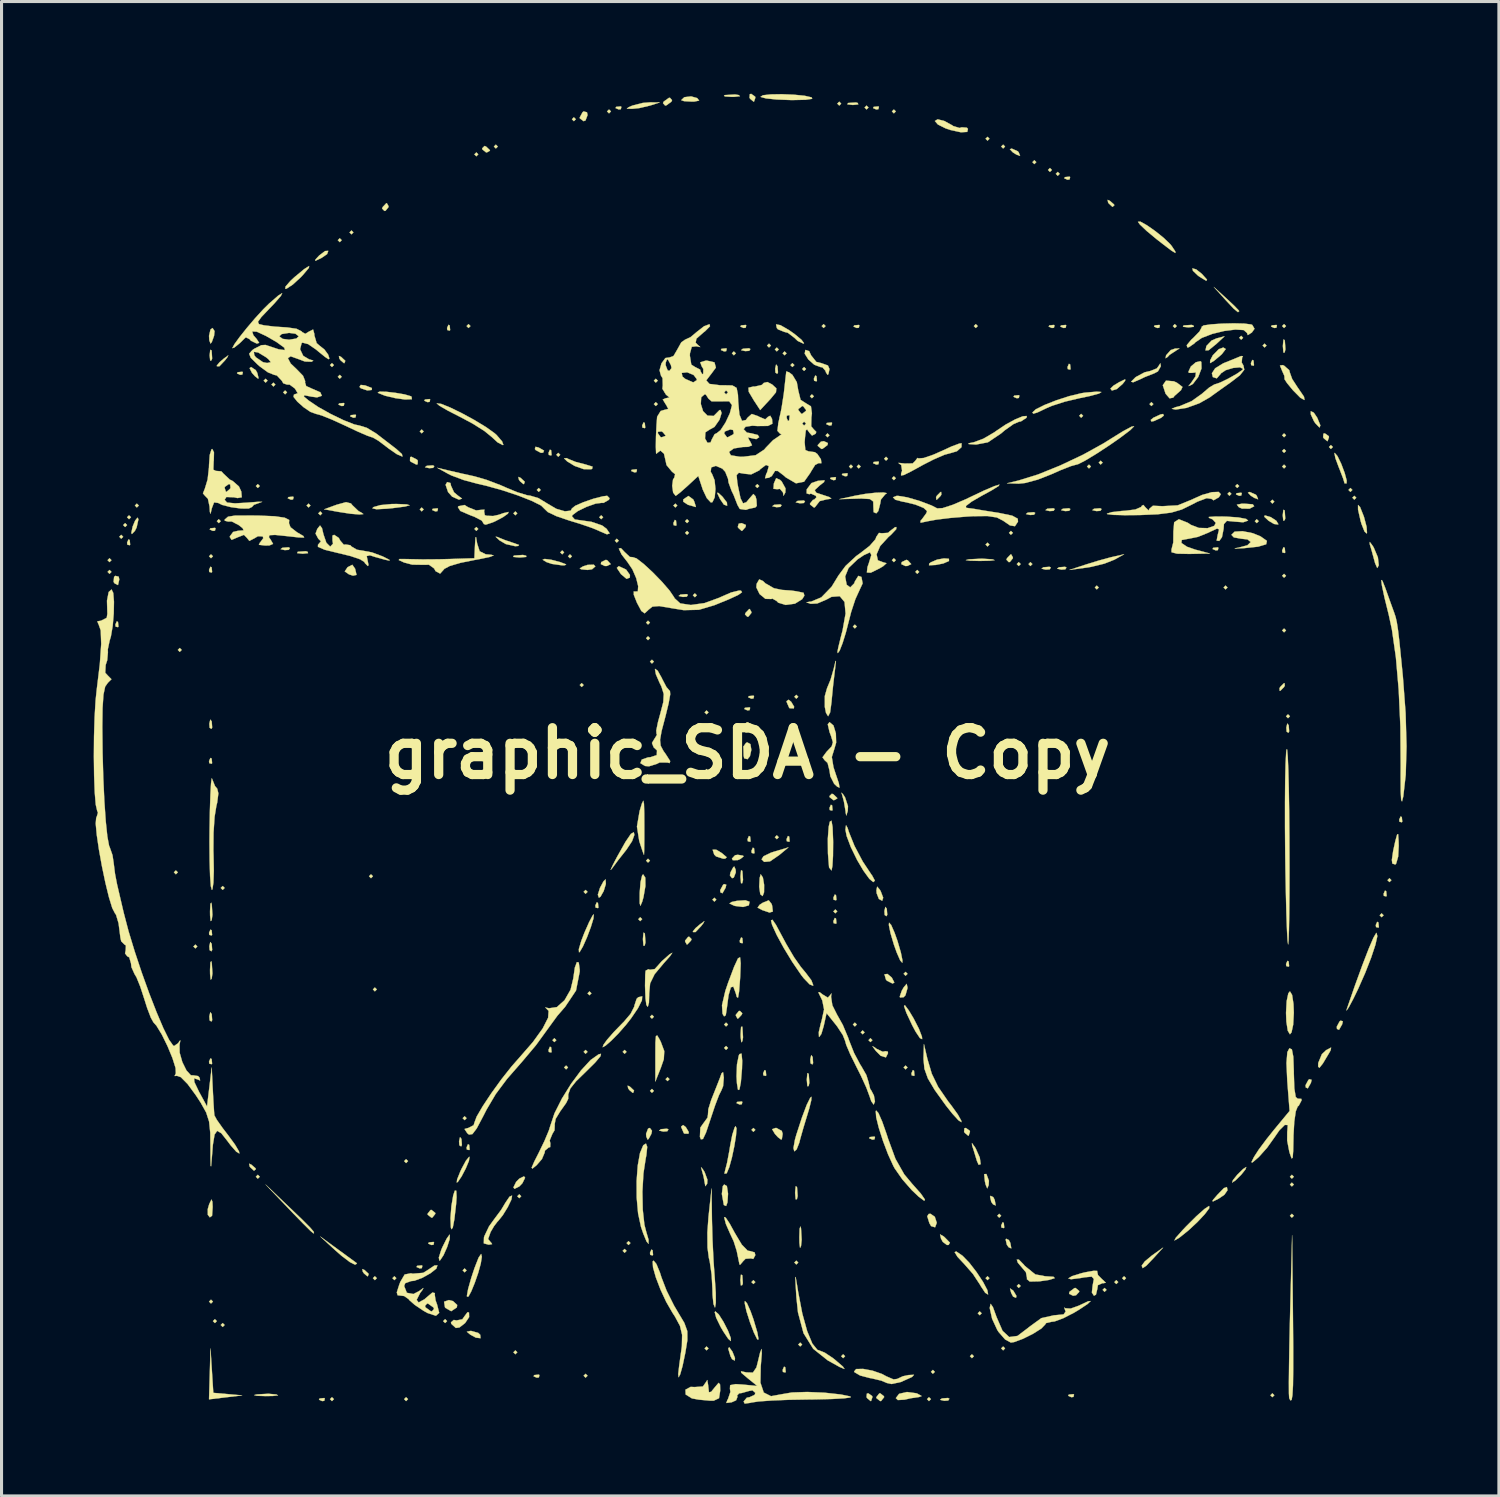
<source format=kicad_pcb>
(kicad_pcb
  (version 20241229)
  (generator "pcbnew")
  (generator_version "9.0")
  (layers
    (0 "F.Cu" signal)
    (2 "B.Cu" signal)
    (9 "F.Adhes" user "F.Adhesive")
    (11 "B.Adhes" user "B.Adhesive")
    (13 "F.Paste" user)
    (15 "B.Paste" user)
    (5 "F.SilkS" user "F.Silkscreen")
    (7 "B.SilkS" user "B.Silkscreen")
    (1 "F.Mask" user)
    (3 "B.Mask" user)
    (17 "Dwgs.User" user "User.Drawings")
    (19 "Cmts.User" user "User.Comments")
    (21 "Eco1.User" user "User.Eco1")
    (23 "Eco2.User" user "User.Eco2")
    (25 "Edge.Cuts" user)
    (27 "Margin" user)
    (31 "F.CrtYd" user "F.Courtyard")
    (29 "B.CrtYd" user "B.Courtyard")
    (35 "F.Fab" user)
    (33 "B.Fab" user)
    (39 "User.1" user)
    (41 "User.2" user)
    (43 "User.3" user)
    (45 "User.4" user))
  (footprint "graphic_SDA - Copy"
    (layer "F.Cu")
    (at 21.279 21.468)
    (property "Reference" "graphic_SDA - Copy" (at 0 0 0) (layer "F.SilkS") (effects (font (size 1.524 1.524) (thickness 0.3))))
    (attr through_hole)
    (fp_poly (pts (xy -20.701 -6.287) (xy -20.765 -6.223) (xy -20.828 -6.287) (xy -20.765 -6.35) (xy -20.701 -6.287)) (stroke (width 0.01) (type solid)) (fill yes) (layer "F.SilkS"))
    (fp_poly (pts (xy -20.701 -5.905) (xy -20.765 -5.842) (xy -20.828 -5.905) (xy -20.765 -5.969) (xy -20.701 -5.905)) (stroke (width 0.01) (type solid)) (fill yes) (layer "F.SilkS"))
    (fp_poly (pts (xy -20.32 -7.048) (xy -20.384 -6.985) (xy -20.447 -7.048) (xy -20.384 -7.112) (xy -20.32 -7.048)) (stroke (width 0.01) (type solid)) (fill yes) (layer "F.SilkS"))
    (fp_poly (pts (xy -20.193 -7.429) (xy -20.256 -7.366) (xy -20.32 -7.429) (xy -20.256 -7.493) (xy -20.193 -7.429)) (stroke (width 0.01) (type solid)) (fill yes) (layer "F.SilkS"))
    (fp_poly (pts (xy -20.066 -7.684) (xy -20.13 -7.62) (xy -20.193 -7.684) (xy -20.13 -7.747) (xy -20.066 -7.684)) (stroke (width 0.01) (type solid)) (fill yes) (layer "F.SilkS"))
    (fp_poly (pts (xy -19.812 -8.065) (xy -19.875 -8.001) (xy -19.939 -8.065) (xy -19.875 -8.128) (xy -19.812 -8.065)) (stroke (width 0.01) (type solid)) (fill yes) (layer "F.SilkS"))
    (fp_poly (pts (xy -18.542 3.873) (xy -18.605 3.937) (xy -18.669 3.873) (xy -18.605 3.81) (xy -18.542 3.873)) (stroke (width 0.01) (type solid)) (fill yes) (layer "F.SilkS"))
    (fp_poly (pts (xy -18.415 -3.365) (xy -18.479 -3.302) (xy -18.542 -3.365) (xy -18.479 -3.429) (xy -18.415 -3.365)) (stroke (width 0.01) (type solid)) (fill yes) (layer "F.SilkS"))
    (fp_poly (pts (xy -17.907 6.287) (xy -17.971 6.35) (xy -18.034 6.287) (xy -17.971 6.223) (xy -17.907 6.287)) (stroke (width 0.01) (type solid)) (fill yes) (layer "F.SilkS"))
    (fp_poly (pts (xy -17.399 -6.413) (xy -17.462 -6.35) (xy -17.526 -6.413) (xy -17.462 -6.477) (xy -17.399 -6.413)) (stroke (width 0.01) (type solid)) (fill yes) (layer "F.SilkS"))
    (fp_poly (pts (xy -17.399 17.843) (xy -17.462 17.907) (xy -17.526 17.843) (xy -17.462 17.78) (xy -17.399 17.843)) (stroke (width 0.01) (type solid)) (fill yes) (layer "F.SilkS"))
    (fp_poly (pts (xy -17.272 18.479) (xy -17.335 18.542) (xy -17.399 18.479) (xy -17.335 18.415) (xy -17.272 18.479)) (stroke (width 0.01) (type solid)) (fill yes) (layer "F.SilkS"))
    (fp_poly (pts (xy -17.145 -7.556) (xy -17.209 -7.493) (xy -17.272 -7.556) (xy -17.209 -7.62) (xy -17.145 -7.556)) (stroke (width 0.01) (type solid)) (fill yes) (layer "F.SilkS"))
    (fp_poly (pts (xy -17.018 4.381) (xy -17.081 4.445) (xy -17.145 4.381) (xy -17.081 4.318) (xy -17.018 4.381)) (stroke (width 0.01) (type solid)) (fill yes) (layer "F.SilkS"))
    (fp_poly (pts (xy -17.018 18.605) (xy -17.081 18.669) (xy -17.145 18.605) (xy -17.081 18.542) (xy -17.018 18.605)) (stroke (width 0.01) (type solid)) (fill yes) (layer "F.SilkS"))
    (fp_poly (pts (xy -15.875 -8.7) (xy -15.938 -8.636) (xy -16.002 -8.7) (xy -15.938 -8.763) (xy -15.875 -8.7)) (stroke (width 0.01) (type solid)) (fill yes) (layer "F.SilkS"))
    (fp_poly (pts (xy -15.875 13.78) (xy -15.938 13.843) (xy -16.002 13.78) (xy -15.938 13.716) (xy -15.875 13.78)) (stroke (width 0.01) (type solid)) (fill yes) (layer "F.SilkS"))
    (fp_poly (pts (xy -15.621 -12.129) (xy -15.684 -12.065) (xy -15.748 -12.129) (xy -15.684 -12.192) (xy -15.621 -12.129)) (stroke (width 0.01) (type solid)) (fill yes) (layer "F.SilkS"))
    (fp_poly (pts (xy -15.367 -12.002) (xy -15.431 -11.938) (xy -15.494 -12.002) (xy -15.431 -12.065) (xy -15.367 -12.002)) (stroke (width 0.01) (type solid)) (fill yes) (layer "F.SilkS"))
    (fp_poly (pts (xy -14.986 -11.748) (xy -15.05 -11.684) (xy -15.113 -11.748) (xy -15.05 -11.811) (xy -14.986 -11.748)) (stroke (width 0.01) (type solid)) (fill yes) (layer "F.SilkS"))
    (fp_poly (pts (xy -14.224 -8.065) (xy -14.287 -8.001) (xy -14.351 -8.065) (xy -14.287 -8.128) (xy -14.224 -8.065)) (stroke (width 0.01) (type solid)) (fill yes) (layer "F.SilkS"))
    (fp_poly (pts (xy -13.843 -7.811) (xy -13.906 -7.747) (xy -13.97 -7.811) (xy -13.906 -7.874) (xy -13.843 -7.811)) (stroke (width 0.01) (type solid)) (fill yes) (layer "F.SilkS"))
    (fp_poly (pts (xy -13.462 -12.636) (xy -13.525 -12.573) (xy -13.589 -12.636) (xy -13.525 -12.7) (xy -13.462 -12.636)) (stroke (width 0.01) (type solid)) (fill yes) (layer "F.SilkS"))
    (fp_poly (pts (xy -13.462 21.018) (xy -13.525 21.082) (xy -13.589 21.018) (xy -13.525 20.955) (xy -13.462 21.018)) (stroke (width 0.01) (type solid)) (fill yes) (layer "F.SilkS"))
    (fp_poly (pts (xy -13.208 -16.701) (xy -13.271 -16.637) (xy -13.335 -16.701) (xy -13.271 -16.764) (xy -13.208 -16.701)) (stroke (width 0.01) (type solid)) (fill yes) (layer "F.SilkS"))
    (fp_poly (pts (xy -13.208 -12.255) (xy -13.271 -12.192) (xy -13.335 -12.255) (xy -13.271 -12.319) (xy -13.208 -12.255)) (stroke (width 0.01) (type solid)) (fill yes) (layer "F.SilkS"))
    (fp_poly (pts (xy -12.827 -16.954) (xy -12.89 -16.891) (xy -12.954 -16.954) (xy -12.89 -17.018) (xy -12.827 -16.954)) (stroke (width 0.01) (type solid)) (fill yes) (layer "F.SilkS"))
    (fp_poly (pts (xy -12.192 4) (xy -12.255 4.064) (xy -12.319 4) (xy -12.255 3.937) (xy -12.192 4)) (stroke (width 0.01) (type solid)) (fill yes) (layer "F.SilkS"))
    (fp_poly (pts (xy -12.065 7.684) (xy -12.129 7.747) (xy -12.192 7.684) (xy -12.129 7.62) (xy -12.065 7.684)) (stroke (width 0.01) (type solid)) (fill yes) (layer "F.SilkS"))
    (fp_poly (pts (xy -12.065 17.081) (xy -12.129 17.145) (xy -12.192 17.081) (xy -12.129 17.018) (xy -12.065 17.081)) (stroke (width 0.01) (type solid)) (fill yes) (layer "F.SilkS"))
    (fp_poly (pts (xy -11.43 17.081) (xy -11.493 17.145) (xy -11.557 17.081) (xy -11.493 17.018) (xy -11.43 17.081)) (stroke (width 0.01) (type solid)) (fill yes) (layer "F.SilkS"))
    (fp_poly (pts (xy -11.049 13.271) (xy -11.113 13.335) (xy -11.176 13.271) (xy -11.113 13.208) (xy -11.049 13.271)) (stroke (width 0.01) (type solid)) (fill yes) (layer "F.SilkS"))
    (fp_poly (pts (xy -11.049 21.018) (xy -11.113 21.082) (xy -11.176 21.018) (xy -11.113 20.955) (xy -11.049 21.018)) (stroke (width 0.01) (type solid)) (fill yes) (layer "F.SilkS"))
    (fp_poly (pts (xy -10.541 -10.477) (xy -10.604 -10.414) (xy -10.668 -10.477) (xy -10.604 -10.541) (xy -10.541 -10.477)) (stroke (width 0.01) (type solid)) (fill yes) (layer "F.SilkS"))
    (fp_poly (pts (xy -10.541 -7.938) (xy -10.604 -7.874) (xy -10.668 -7.938) (xy -10.604 -8.001) (xy -10.541 -7.938)) (stroke (width 0.01) (type solid)) (fill yes) (layer "F.SilkS"))
    (fp_poly (pts (xy -9.779 18.479) (xy -9.842 18.542) (xy -9.906 18.479) (xy -9.842 18.415) (xy -9.779 18.479)) (stroke (width 0.01) (type solid)) (fill yes) (layer "F.SilkS"))
    (fp_poly (pts (xy -9.144 11.874) (xy -9.207 11.938) (xy -9.271 11.874) (xy -9.207 11.811) (xy -9.144 11.874)) (stroke (width 0.01) (type solid)) (fill yes) (layer "F.SilkS"))
    (fp_poly (pts (xy -9.144 16.828) (xy -9.207 16.891) (xy -9.271 16.828) (xy -9.207 16.764) (xy -9.144 16.828)) (stroke (width 0.01) (type solid)) (fill yes) (layer "F.SilkS"))
    (fp_poly (pts (xy -9.017 -13.906) (xy -9.081 -13.843) (xy -9.144 -13.906) (xy -9.081 -13.97) (xy -9.017 -13.906)) (stroke (width 0.01) (type solid)) (fill yes) (layer "F.SilkS"))
    (fp_poly (pts (xy -8.763 -19.494) (xy -8.826 -19.431) (xy -8.89 -19.494) (xy -8.826 -19.558) (xy -8.763 -19.494)) (stroke (width 0.01) (type solid)) (fill yes) (layer "F.SilkS"))
    (fp_poly (pts (xy -8.763 -7.303) (xy -8.826 -7.239) (xy -8.89 -7.303) (xy -8.826 -7.366) (xy -8.763 -7.303)) (stroke (width 0.01) (type solid)) (fill yes) (layer "F.SilkS"))
    (fp_poly (pts (xy -8.128 -19.748) (xy -8.191 -19.685) (xy -8.255 -19.748) (xy -8.191 -19.812) (xy -8.128 -19.748)) (stroke (width 0.01) (type solid)) (fill yes) (layer "F.SilkS"))
    (fp_poly (pts (xy -7.493 -7.811) (xy -7.556 -7.747) (xy -7.62 -7.811) (xy -7.556 -7.874) (xy -7.493 -7.811)) (stroke (width 0.01) (type solid)) (fill yes) (layer "F.SilkS"))
    (fp_poly (pts (xy -7.493 19.494) (xy -7.556 19.558) (xy -7.62 19.494) (xy -7.556 19.431) (xy -7.493 19.494)) (stroke (width 0.01) (type solid)) (fill yes) (layer "F.SilkS"))
    (fp_poly (pts (xy -7.366 14.415) (xy -7.429 14.478) (xy -7.493 14.415) (xy -7.429 14.351) (xy -7.366 14.415)) (stroke (width 0.01) (type solid)) (fill yes) (layer "F.SilkS"))
    (fp_poly (pts (xy -6.731 -8.572) (xy -6.795 -8.509) (xy -6.858 -8.572) (xy -6.795 -8.636) (xy -6.731 -8.572)) (stroke (width 0.01) (type solid)) (fill yes) (layer "F.SilkS"))
    (fp_poly (pts (xy -6.223 9.335) (xy -6.287 9.398) (xy -6.35 9.335) (xy -6.287 9.271) (xy -6.223 9.335)) (stroke (width 0.01) (type solid)) (fill yes) (layer "F.SilkS"))
    (fp_poly (pts (xy -6.096 -9.716) (xy -6.16 -9.652) (xy -6.223 -9.716) (xy -6.16 -9.779) (xy -6.096 -9.716)) (stroke (width 0.01) (type solid)) (fill yes) (layer "F.SilkS"))
    (fp_poly (pts (xy -5.969 -6.54) (xy -6.032 -6.477) (xy -6.096 -6.54) (xy -6.032 -6.604) (xy -5.969 -6.54)) (stroke (width 0.01) (type solid)) (fill yes) (layer "F.SilkS"))
    (fp_poly (pts (xy -5.842 10.223) (xy -5.905 10.287) (xy -5.969 10.223) (xy -5.905 10.16) (xy -5.842 10.223)) (stroke (width 0.01) (type solid)) (fill yes) (layer "F.SilkS"))
    (fp_poly (pts (xy -5.715 -6.413) (xy -5.779 -6.35) (xy -5.842 -6.413) (xy -5.779 -6.477) (xy -5.715 -6.413)) (stroke (width 0.01) (type solid)) (fill yes) (layer "F.SilkS"))
    (fp_poly (pts (xy -5.588 -20.637) (xy -5.652 -20.574) (xy -5.715 -20.637) (xy -5.652 -20.701) (xy -5.588 -20.637)) (stroke (width 0.01) (type solid)) (fill yes) (layer "F.SilkS"))
    (fp_poly (pts (xy -5.334 -2.223) (xy -5.397 -2.159) (xy -5.461 -2.223) (xy -5.397 -2.286) (xy -5.334 -2.223)) (stroke (width 0.01) (type solid)) (fill yes) (layer "F.SilkS"))
    (fp_poly (pts (xy -5.207 4.508) (xy -5.271 4.572) (xy -5.334 4.508) (xy -5.271 4.445) (xy -5.207 4.508)) (stroke (width 0.01) (type solid)) (fill yes) (layer "F.SilkS"))
    (fp_poly (pts (xy -5.207 9.716) (xy -5.271 9.779) (xy -5.334 9.716) (xy -5.271 9.652) (xy -5.207 9.716)) (stroke (width 0.01) (type solid)) (fill yes) (layer "F.SilkS"))
    (fp_poly (pts (xy -5.207 20.256) (xy -5.271 20.32) (xy -5.334 20.256) (xy -5.271 20.193) (xy -5.207 20.256)) (stroke (width 0.01) (type solid)) (fill yes) (layer "F.SilkS"))
    (fp_poly (pts (xy -5.08 7.811) (xy -5.144 7.874) (xy -5.207 7.811) (xy -5.144 7.747) (xy -5.08 7.811)) (stroke (width 0.01) (type solid)) (fill yes) (layer "F.SilkS"))
    (fp_poly (pts (xy -4.699 -7.684) (xy -4.763 -7.62) (xy -4.826 -7.684) (xy -4.763 -7.747) (xy -4.699 -7.684)) (stroke (width 0.01) (type solid)) (fill yes) (layer "F.SilkS"))
    (fp_poly (pts (xy -4.445 -20.892) (xy -4.508 -20.828) (xy -4.572 -20.892) (xy -4.508 -20.955) (xy -4.445 -20.892)) (stroke (width 0.01) (type solid)) (fill yes) (layer "F.SilkS"))
    (fp_poly (pts (xy -4.191 -6.921) (xy -4.255 -6.858) (xy -4.318 -6.921) (xy -4.255 -6.985) (xy -4.191 -6.921)) (stroke (width 0.01) (type solid)) (fill yes) (layer "F.SilkS"))
    (fp_poly (pts (xy -3.937 9.716) (xy -4 9.779) (xy -4.064 9.716) (xy -4 9.652) (xy -3.937 9.716)) (stroke (width 0.01) (type solid)) (fill yes) (layer "F.SilkS"))
    (fp_poly (pts (xy -3.937 16.192) (xy -4 16.256) (xy -4.064 16.192) (xy -4 16.129) (xy -3.937 16.192)) (stroke (width 0.01) (type solid)) (fill yes) (layer "F.SilkS"))
    (fp_poly (pts (xy -3.81 15.938) (xy -3.873 16.002) (xy -3.937 15.938) (xy -3.873 15.875) (xy -3.81 15.938)) (stroke (width 0.01) (type solid)) (fill yes) (layer "F.SilkS"))
    (fp_poly (pts (xy -3.429 5.397) (xy -3.493 5.461) (xy -3.556 5.397) (xy -3.493 5.334) (xy -3.429 5.397)) (stroke (width 0.01) (type solid)) (fill yes) (layer "F.SilkS"))
    (fp_poly (pts (xy -3.175 -4.255) (xy -3.239 -4.191) (xy -3.302 -4.255) (xy -3.239 -4.318) (xy -3.175 -4.255)) (stroke (width 0.01) (type solid)) (fill yes) (layer "F.SilkS"))
    (fp_poly (pts (xy -3.175 -3.747) (xy -3.239 -3.683) (xy -3.302 -3.747) (xy -3.239 -3.81) (xy -3.175 -3.747)) (stroke (width 0.01) (type solid)) (fill yes) (layer "F.SilkS"))
    (fp_poly (pts (xy -3.175 3.493) (xy -3.239 3.556) (xy -3.302 3.493) (xy -3.239 3.429) (xy -3.175 3.493)) (stroke (width 0.01) (type solid)) (fill yes) (layer "F.SilkS"))
    (fp_poly (pts (xy -3.048 -2.985) (xy -3.111 -2.921) (xy -3.175 -2.985) (xy -3.111 -3.048) (xy -3.048 -2.985)) (stroke (width 0.01) (type solid)) (fill yes) (layer "F.SilkS"))
    (fp_poly (pts (xy -3.048 8.572) (xy -3.111 8.636) (xy -3.175 8.572) (xy -3.111 8.509) (xy -3.048 8.572)) (stroke (width 0.01) (type solid)) (fill yes) (layer "F.SilkS"))
    (fp_poly (pts (xy -3.048 10.986) (xy -3.111 11.049) (xy -3.175 10.986) (xy -3.111 10.922) (xy -3.048 10.986)) (stroke (width 0.01) (type solid)) (fill yes) (layer "F.SilkS"))
    (fp_poly (pts (xy -2.921 -12.129) (xy -2.985 -12.065) (xy -3.048 -12.129) (xy -2.985 -12.192) (xy -2.921 -12.129)) (stroke (width 0.01) (type solid)) (fill yes) (layer "F.SilkS"))
    (fp_poly (pts (xy -2.921 -11.367) (xy -2.985 -11.303) (xy -3.048 -11.367) (xy -2.985 -11.43) (xy -2.921 -11.367)) (stroke (width 0.01) (type solid)) (fill yes) (layer "F.SilkS"))
    (fp_poly (pts (xy -2.54 10.604) (xy -2.603 10.668) (xy -2.667 10.604) (xy -2.603 10.541) (xy -2.54 10.604)) (stroke (width 0.01) (type solid)) (fill yes) (layer "F.SilkS"))
    (fp_poly (pts (xy -2.286 -8.065) (xy -2.349 -8.001) (xy -2.413 -8.065) (xy -2.349 -8.128) (xy -2.286 -8.065)) (stroke (width 0.01) (type solid)) (fill yes) (layer "F.SilkS"))
    (fp_poly (pts (xy -1.905 -7.556) (xy -1.968 -7.493) (xy -2.032 -7.556) (xy -1.968 -7.62) (xy -1.905 -7.556)) (stroke (width 0.01) (type solid)) (fill yes) (layer "F.SilkS"))
    (fp_poly (pts (xy -1.905 -7.176) (xy -1.968 -7.112) (xy -2.032 -7.176) (xy -1.968 -7.239) (xy -1.905 -7.176)) (stroke (width 0.01) (type solid)) (fill yes) (layer "F.SilkS"))
    (fp_poly (pts (xy -1.651 -5.144) (xy -1.714 -5.08) (xy -1.778 -5.144) (xy -1.714 -5.207) (xy -1.651 -5.144)) (stroke (width 0.01) (type solid)) (fill yes) (layer "F.SilkS"))
    (fp_poly (pts (xy -1.27 -1.333) (xy -1.333 -1.27) (xy -1.397 -1.333) (xy -1.333 -1.397) (xy -1.27 -1.333)) (stroke (width 0.01) (type solid)) (fill yes) (layer "F.SilkS"))
    (fp_poly (pts (xy -1.27 0.572) (xy -1.333 0.635) (xy -1.397 0.572) (xy -1.333 0.508) (xy -1.27 0.572)) (stroke (width 0.01) (type solid)) (fill yes) (layer "F.SilkS"))
    (fp_poly (pts (xy -1.27 19.367) (xy -1.333 19.431) (xy -1.397 19.367) (xy -1.333 19.304) (xy -1.27 19.367)) (stroke (width 0.01) (type solid)) (fill yes) (layer "F.SilkS"))
    (fp_poly (pts (xy -1.016 4.763) (xy -1.079 4.826) (xy -1.143 4.763) (xy -1.079 4.699) (xy -1.016 4.763)) (stroke (width 0.01) (type solid)) (fill yes) (layer "F.SilkS"))
    (fp_poly (pts (xy -0.635 8.826) (xy -0.699 8.89) (xy -0.762 8.826) (xy -0.699 8.763) (xy -0.635 8.826)) (stroke (width 0.01) (type solid)) (fill yes) (layer "F.SilkS"))
    (fp_poly (pts (xy -0.635 9.588) (xy -0.699 9.652) (xy -0.762 9.588) (xy -0.699 9.525) (xy -0.635 9.588)) (stroke (width 0.01) (type solid)) (fill yes) (layer "F.SilkS"))
    (fp_poly (pts (xy -0.381 -13.018) (xy -0.445 -12.954) (xy -0.508 -13.018) (xy -0.445 -13.081) (xy -0.381 -13.018)) (stroke (width 0.01) (type solid)) (fill yes) (layer "F.SilkS"))
    (fp_poly (pts (xy 0.254 12.255) (xy 0.191 12.319) (xy 0.127 12.255) (xy 0.191 12.192) (xy 0.254 12.255)) (stroke (width 0.01) (type solid)) (fill yes) (layer "F.SilkS"))
    (fp_poly (pts (xy 0.254 17.209) (xy 0.191 17.272) (xy 0.127 17.209) (xy 0.191 17.145) (xy 0.254 17.209)) (stroke (width 0.01) (type solid)) (fill yes) (layer "F.SilkS"))
    (fp_poly (pts (xy 0.381 -8.7) (xy 0.318 -8.636) (xy 0.254 -8.7) (xy 0.318 -8.763) (xy 0.381 -8.7)) (stroke (width 0.01) (type solid)) (fill yes) (layer "F.SilkS"))
    (fp_poly (pts (xy 0.762 -13.271) (xy 0.699 -13.208) (xy 0.635 -13.271) (xy 0.699 -13.335) (xy 0.762 -13.271)) (stroke (width 0.01) (type solid)) (fill yes) (layer "F.SilkS"))
    (fp_poly (pts (xy 1.016 -13.145) (xy 0.953 -13.081) (xy 0.889 -13.145) (xy 0.953 -13.208) (xy 1.016 -13.145)) (stroke (width 0.01) (type solid)) (fill yes) (layer "F.SilkS"))
    (fp_poly (pts (xy 1.016 2.731) (xy 0.953 2.794) (xy 0.889 2.731) (xy 0.953 2.667) (xy 1.016 2.731)) (stroke (width 0.01) (type solid)) (fill yes) (layer "F.SilkS"))
    (fp_poly (pts (xy 1.27 -13.018) (xy 1.206 -12.954) (xy 1.143 -13.018) (xy 1.206 -13.081) (xy 1.27 -13.018)) (stroke (width 0.01) (type solid)) (fill yes) (layer "F.SilkS"))
    (fp_poly (pts (xy 1.524 -12.636) (xy 1.46 -12.573) (xy 1.397 -12.636) (xy 1.46 -12.7) (xy 1.524 -12.636)) (stroke (width 0.01) (type solid)) (fill yes) (layer "F.SilkS"))
    (fp_poly (pts (xy 1.651 -1.841) (xy 1.587 -1.778) (xy 1.524 -1.841) (xy 1.587 -1.905) (xy 1.651 -1.841)) (stroke (width 0.01) (type solid)) (fill yes) (layer "F.SilkS"))
    (fp_poly (pts (xy 1.651 16.573) (xy 1.587 16.637) (xy 1.524 16.573) (xy 1.587 16.51) (xy 1.651 16.573)) (stroke (width 0.01) (type solid)) (fill yes) (layer "F.SilkS"))
    (fp_poly (pts (xy 1.778 19.241) (xy 1.714 19.304) (xy 1.651 19.241) (xy 1.714 19.177) (xy 1.778 19.241)) (stroke (width 0.01) (type solid)) (fill yes) (layer "F.SilkS"))
    (fp_poly (pts (xy 1.905 -12.509) (xy 1.841 -12.446) (xy 1.778 -12.509) (xy 1.841 -12.573) (xy 1.905 -12.509)) (stroke (width 0.01) (type solid)) (fill yes) (layer "F.SilkS"))
    (fp_poly (pts (xy 2.159 -11.62) (xy 2.095 -11.557) (xy 2.032 -11.62) (xy 2.095 -11.684) (xy 2.159 -11.62)) (stroke (width 0.01) (type solid)) (fill yes) (layer "F.SilkS"))
    (fp_poly (pts (xy 2.54 -13.906) (xy 2.477 -13.843) (xy 2.413 -13.906) (xy 2.477 -13.97) (xy 2.54 -13.906)) (stroke (width 0.01) (type solid)) (fill yes) (layer "F.SilkS"))
    (fp_poly (pts (xy 2.667 -10.351) (xy 2.603 -10.287) (xy 2.54 -10.351) (xy 2.603 -10.414) (xy 2.667 -10.351)) (stroke (width 0.01) (type solid)) (fill yes) (layer "F.SilkS"))
    (fp_poly (pts (xy 2.921 5.144) (xy 2.857 5.207) (xy 2.794 5.144) (xy 2.857 5.08) (xy 2.921 5.144)) (stroke (width 0.01) (type solid)) (fill yes) (layer "F.SilkS"))
    (fp_poly (pts (xy 3.048 -21.145) (xy 2.985 -21.082) (xy 2.921 -21.145) (xy 2.985 -21.209) (xy 3.048 -21.145)) (stroke (width 0.01) (type solid)) (fill yes) (layer "F.SilkS"))
    (fp_poly (pts (xy 3.175 19.622) (xy 3.111 19.685) (xy 3.048 19.622) (xy 3.111 19.558) (xy 3.175 19.622)) (stroke (width 0.01) (type solid)) (fill yes) (layer "F.SilkS"))
    (fp_poly (pts (xy 3.429 -9.335) (xy 3.365 -9.271) (xy 3.302 -9.335) (xy 3.365 -9.398) (xy 3.429 -9.335)) (stroke (width 0.01) (type solid)) (fill yes) (layer "F.SilkS"))
    (fp_poly (pts (xy 3.556 -4.128) (xy 3.493 -4.064) (xy 3.429 -4.128) (xy 3.493 -4.191) (xy 3.556 -4.128)) (stroke (width 0.01) (type solid)) (fill yes) (layer "F.SilkS"))
    (fp_poly (pts (xy 3.556 8.826) (xy 3.493 8.89) (xy 3.429 8.826) (xy 3.493 8.763) (xy 3.556 8.826)) (stroke (width 0.01) (type solid)) (fill yes) (layer "F.SilkS"))
    (fp_poly (pts (xy 3.683 -9.335) (xy 3.619 -9.271) (xy 3.556 -9.335) (xy 3.619 -9.398) (xy 3.683 -9.335)) (stroke (width 0.01) (type solid)) (fill yes) (layer "F.SilkS"))
    (fp_poly (pts (xy 3.81 9.081) (xy 3.747 9.144) (xy 3.683 9.081) (xy 3.747 9.017) (xy 3.81 9.081)) (stroke (width 0.01) (type solid)) (fill yes) (layer "F.SilkS"))
    (fp_poly (pts (xy 3.937 -21.018) (xy 3.873 -20.955) (xy 3.81 -21.018) (xy 3.873 -21.082) (xy 3.937 -21.018)) (stroke (width 0.01) (type solid)) (fill yes) (layer "F.SilkS"))
    (fp_poly (pts (xy 4.064 9.335) (xy 4 9.398) (xy 3.937 9.335) (xy 4 9.271) (xy 4.064 9.335)) (stroke (width 0.01) (type solid)) (fill yes) (layer "F.SilkS"))
    (fp_poly (pts (xy 4.572 -9.588) (xy 4.508 -9.525) (xy 4.445 -9.588) (xy 4.508 -9.652) (xy 4.572 -9.588)) (stroke (width 0.01) (type solid)) (fill yes) (layer "F.SilkS"))
    (fp_poly (pts (xy 4.826 -20.892) (xy 4.763 -20.828) (xy 4.699 -20.892) (xy 4.763 -20.955) (xy 4.826 -20.892)) (stroke (width 0.01) (type solid)) (fill yes) (layer "F.SilkS"))
    (fp_poly (pts (xy 4.826 -8.954) (xy 4.763 -8.89) (xy 4.699 -8.954) (xy 4.763 -9.017) (xy 4.826 -8.954)) (stroke (width 0.01) (type solid)) (fill yes) (layer "F.SilkS"))
    (fp_poly (pts (xy 4.826 -6.287) (xy 4.763 -6.223) (xy 4.699 -6.287) (xy 4.763 -6.35) (xy 4.826 -6.287)) (stroke (width 0.01) (type solid)) (fill yes) (layer "F.SilkS"))
    (fp_poly (pts (xy 5.207 7.176) (xy 5.144 7.239) (xy 5.08 7.176) (xy 5.144 7.112) (xy 5.207 7.176)) (stroke (width 0.01) (type solid)) (fill yes) (layer "F.SilkS"))
    (fp_poly (pts (xy 5.207 10.223) (xy 5.144 10.287) (xy 5.08 10.223) (xy 5.144 10.16) (xy 5.207 10.223)) (stroke (width 0.01) (type solid)) (fill yes) (layer "F.SilkS"))
    (fp_poly (pts (xy 5.588 -5.905) (xy 5.524 -5.842) (xy 5.461 -5.905) (xy 5.524 -5.969) (xy 5.588 -5.905)) (stroke (width 0.01) (type solid)) (fill yes) (layer "F.SilkS"))
    (fp_poly (pts (xy 5.969 21.018) (xy 5.905 21.082) (xy 5.842 21.018) (xy 5.905 20.955) (xy 5.969 21.018)) (stroke (width 0.01) (type solid)) (fill yes) (layer "F.SilkS"))
    (fp_poly (pts (xy 6.096 20.13) (xy 6.032 20.193) (xy 5.969 20.13) (xy 6.032 20.066) (xy 6.096 20.13)) (stroke (width 0.01) (type solid)) (fill yes) (layer "F.SilkS"))
    (fp_poly (pts (xy 7.366 19.622) (xy 7.303 19.685) (xy 7.239 19.622) (xy 7.303 19.558) (xy 7.366 19.622)) (stroke (width 0.01) (type solid)) (fill yes) (layer "F.SilkS"))
    (fp_poly (pts (xy 7.493 -13.906) (xy 7.429 -13.843) (xy 7.366 -13.906) (xy 7.429 -13.97) (xy 7.493 -13.906)) (stroke (width 0.01) (type solid)) (fill yes) (layer "F.SilkS"))
    (fp_poly (pts (xy 7.62 18.224) (xy 7.556 18.288) (xy 7.493 18.224) (xy 7.556 18.161) (xy 7.62 18.224)) (stroke (width 0.01) (type solid)) (fill yes) (layer "F.SilkS"))
    (fp_poly (pts (xy 7.874 -20.003) (xy 7.811 -19.939) (xy 7.747 -20.003) (xy 7.811 -20.066) (xy 7.874 -20.003)) (stroke (width 0.01) (type solid)) (fill yes) (layer "F.SilkS"))
    (fp_poly (pts (xy 7.874 -6.795) (xy 7.811 -6.731) (xy 7.747 -6.795) (xy 7.811 -6.858) (xy 7.874 -6.795)) (stroke (width 0.01) (type solid)) (fill yes) (layer "F.SilkS"))
    (fp_poly (pts (xy 7.874 17.081) (xy 7.811 17.145) (xy 7.747 17.081) (xy 7.811 17.018) (xy 7.874 17.081)) (stroke (width 0.01) (type solid)) (fill yes) (layer "F.SilkS"))
    (fp_poly (pts (xy 8.255 15.05) (xy 8.191 15.113) (xy 8.128 15.05) (xy 8.191 14.986) (xy 8.255 15.05)) (stroke (width 0.01) (type solid)) (fill yes) (layer "F.SilkS"))
    (fp_poly (pts (xy 8.382 -19.748) (xy 8.319 -19.685) (xy 8.255 -19.748) (xy 8.319 -19.812) (xy 8.382 -19.748)) (stroke (width 0.01) (type solid)) (fill yes) (layer "F.SilkS"))
    (fp_poly (pts (xy 8.382 19.367) (xy 8.319 19.431) (xy 8.255 19.367) (xy 8.319 19.304) (xy 8.382 19.367)) (stroke (width 0.01) (type solid)) (fill yes) (layer "F.SilkS"))
    (fp_poly (pts (xy 8.636 -7.176) (xy 8.572 -7.112) (xy 8.509 -7.176) (xy 8.572 -7.239) (xy 8.636 -7.176)) (stroke (width 0.01) (type solid)) (fill yes) (layer "F.SilkS"))
    (fp_poly (pts (xy 8.89 -6.16) (xy 8.826 -6.096) (xy 8.763 -6.16) (xy 8.826 -6.223) (xy 8.89 -6.16)) (stroke (width 0.01) (type solid)) (fill yes) (layer "F.SilkS"))
    (fp_poly (pts (xy 8.89 17.335) (xy 8.826 17.399) (xy 8.763 17.335) (xy 8.826 17.272) (xy 8.89 17.335)) (stroke (width 0.01) (type solid)) (fill yes) (layer "F.SilkS"))
    (fp_poly (pts (xy 9.271 -6.16) (xy 9.207 -6.096) (xy 9.144 -6.16) (xy 9.207 -6.223) (xy 9.271 -6.16)) (stroke (width 0.01) (type solid)) (fill yes) (layer "F.SilkS"))
    (fp_poly (pts (xy 9.398 -19.241) (xy 9.335 -19.177) (xy 9.271 -19.241) (xy 9.335 -19.304) (xy 9.398 -19.241)) (stroke (width 0.01) (type solid)) (fill yes) (layer "F.SilkS"))
    (fp_poly (pts (xy 9.906 -18.986) (xy 9.842 -18.923) (xy 9.779 -18.986) (xy 9.842 -19.05) (xy 9.906 -18.986)) (stroke (width 0.01) (type solid)) (fill yes) (layer "F.SilkS"))
    (fp_poly (pts (xy 10.16 -18.86) (xy 10.097 -18.796) (xy 10.033 -18.86) (xy 10.097 -18.923) (xy 10.16 -18.86)) (stroke (width 0.01) (type solid)) (fill yes) (layer "F.SilkS"))
    (fp_poly (pts (xy 10.922 -10.986) (xy 10.858 -10.922) (xy 10.795 -10.986) (xy 10.858 -11.049) (xy 10.922 -10.986)) (stroke (width 0.01) (type solid)) (fill yes) (layer "F.SilkS"))
    (fp_poly (pts (xy 11.176 -9.335) (xy 11.113 -9.271) (xy 11.049 -9.335) (xy 11.113 -9.398) (xy 11.176 -9.335)) (stroke (width 0.01) (type solid)) (fill yes) (layer "F.SilkS"))
    (fp_poly (pts (xy 11.43 -5.397) (xy 11.367 -5.334) (xy 11.303 -5.397) (xy 11.367 -5.461) (xy 11.43 -5.397)) (stroke (width 0.01) (type solid)) (fill yes) (layer "F.SilkS"))
    (fp_poly (pts (xy 11.557 -9.461) (xy 11.493 -9.398) (xy 11.43 -9.461) (xy 11.493 -9.525) (xy 11.557 -9.461)) (stroke (width 0.01) (type solid)) (fill yes) (layer "F.SilkS"))
    (fp_poly (pts (xy 11.684 17.462) (xy 11.62 17.526) (xy 11.557 17.462) (xy 11.62 17.399) (xy 11.684 17.462)) (stroke (width 0.01) (type solid)) (fill yes) (layer "F.SilkS"))
    (fp_poly (pts (xy 12.065 17.209) (xy 12.002 17.272) (xy 11.938 17.209) (xy 12.002 17.145) (xy 12.065 17.209)) (stroke (width 0.01) (type solid)) (fill yes) (layer "F.SilkS"))
    (fp_poly (pts (xy 12.319 17.081) (xy 12.255 17.145) (xy 12.192 17.081) (xy 12.255 17.018) (xy 12.319 17.081)) (stroke (width 0.01) (type solid)) (fill yes) (layer "F.SilkS"))
    (fp_poly (pts (xy 13.208 -11.367) (xy 13.145 -11.303) (xy 13.081 -11.367) (xy 13.145 -11.43) (xy 13.208 -11.367)) (stroke (width 0.01) (type solid)) (fill yes) (layer "F.SilkS"))
    (fp_poly (pts (xy 13.97 -13.906) (xy 13.906 -13.843) (xy 13.843 -13.906) (xy 13.906 -13.97) (xy 13.97 -13.906)) (stroke (width 0.01) (type solid)) (fill yes) (layer "F.SilkS"))
    (fp_poly (pts (xy 15.621 -5.397) (xy 15.557 -5.334) (xy 15.494 -5.397) (xy 15.557 -5.461) (xy 15.621 -5.397)) (stroke (width 0.01) (type solid)) (fill yes) (layer "F.SilkS"))
    (fp_poly (pts (xy 15.748 -8.445) (xy 15.684 -8.382) (xy 15.621 -8.445) (xy 15.684 -8.509) (xy 15.748 -8.445)) (stroke (width 0.01) (type solid)) (fill yes) (layer "F.SilkS"))
    (fp_poly (pts (xy 16.002 -8.7) (xy 15.938 -8.636) (xy 15.875 -8.7) (xy 15.938 -8.763) (xy 16.002 -8.7)) (stroke (width 0.01) (type solid)) (fill yes) (layer "F.SilkS"))
    (fp_poly (pts (xy 16.129 -13.525) (xy 16.066 -13.462) (xy 16.002 -13.525) (xy 16.066 -13.589) (xy 16.129 -13.525)) (stroke (width 0.01) (type solid)) (fill yes) (layer "F.SilkS"))
    (fp_poly (pts (xy 16.637 -7.556) (xy 16.573 -7.493) (xy 16.51 -7.556) (xy 16.573 -7.62) (xy 16.637 -7.556)) (stroke (width 0.01) (type solid)) (fill yes) (layer "F.SilkS"))
    (fp_poly (pts (xy 16.891 -13.271) (xy 16.828 -13.208) (xy 16.764 -13.271) (xy 16.828 -13.335) (xy 16.891 -13.271)) (stroke (width 0.01) (type solid)) (fill yes) (layer "F.SilkS"))
    (fp_poly (pts (xy 17.145 -8.191) (xy 17.081 -8.128) (xy 17.018 -8.191) (xy 17.081 -8.255) (xy 17.145 -8.191)) (stroke (width 0.01) (type solid)) (fill yes) (layer "F.SilkS"))
    (fp_poly (pts (xy 17.145 20.892) (xy 17.081 20.955) (xy 17.018 20.892) (xy 17.081 20.828) (xy 17.145 20.892)) (stroke (width 0.01) (type solid)) (fill yes) (layer "F.SilkS"))
    (fp_poly (pts (xy 17.526 -13.906) (xy 17.462 -13.843) (xy 17.399 -13.906) (xy 17.462 -13.97) (xy 17.526 -13.906)) (stroke (width 0.01) (type solid)) (fill yes) (layer "F.SilkS"))
    (fp_poly (pts (xy 17.526 -10.351) (xy 17.462 -10.287) (xy 17.399 -10.351) (xy 17.462 -10.414) (xy 17.526 -10.351)) (stroke (width 0.01) (type solid)) (fill yes) (layer "F.SilkS"))
    (fp_poly (pts (xy 17.526 -9.842) (xy 17.462 -9.779) (xy 17.399 -9.842) (xy 17.462 -9.906) (xy 17.526 -9.842)) (stroke (width 0.01) (type solid)) (fill yes) (layer "F.SilkS"))
    (fp_poly (pts (xy 17.526 -9.335) (xy 17.462 -9.271) (xy 17.399 -9.335) (xy 17.462 -9.398) (xy 17.526 -9.335)) (stroke (width 0.01) (type solid)) (fill yes) (layer "F.SilkS"))
    (fp_poly (pts (xy 17.526 -5.779) (xy 17.462 -5.715) (xy 17.399 -5.779) (xy 17.462 -5.842) (xy 17.526 -5.779)) (stroke (width 0.01) (type solid)) (fill yes) (layer "F.SilkS"))
    (fp_poly (pts (xy 17.526 -4) (xy 17.462 -3.937) (xy 17.399 -4) (xy 17.462 -4.064) (xy 17.526 -4)) (stroke (width 0.01) (type solid)) (fill yes) (layer "F.SilkS"))
    (fp_poly (pts (xy 17.653 -1.206) (xy 17.59 -1.143) (xy 17.526 -1.206) (xy 17.59 -1.27) (xy 17.653 -1.206)) (stroke (width 0.01) (type solid)) (fill yes) (layer "F.SilkS"))
    (fp_poly (pts (xy 17.78 13.78) (xy 17.716 13.843) (xy 17.653 13.78) (xy 17.716 13.716) (xy 17.78 13.78)) (stroke (width 0.01) (type solid)) (fill yes) (layer "F.SilkS"))
    (fp_poly (pts (xy 17.78 14.034) (xy 17.716 14.097) (xy 17.653 14.034) (xy 17.716 13.97) (xy 17.78 14.034)) (stroke (width 0.01) (type solid)) (fill yes) (layer "F.SilkS"))
    (fp_poly (pts (xy 17.78 15.05) (xy 17.716 15.113) (xy 17.653 15.05) (xy 17.716 14.986) (xy 17.78 15.05)) (stroke (width 0.01) (type solid)) (fill yes) (layer "F.SilkS"))
    (fp_poly (pts (xy 19.05 -9.97) (xy 18.986 -9.906) (xy 18.923 -9.97) (xy 18.986 -10.033) (xy 19.05 -9.97)) (stroke (width 0.01) (type solid)) (fill yes) (layer "F.SilkS"))
    (fp_poly (pts (xy 19.685 -8.572) (xy 19.622 -8.509) (xy 19.558 -8.572) (xy 19.622 -8.636) (xy 19.685 -8.572)) (stroke (width 0.01) (type solid)) (fill yes) (layer "F.SilkS"))
    (fp_poly (pts (xy 19.812 -8.319) (xy 19.748 -8.255) (xy 19.685 -8.319) (xy 19.748 -8.382) (xy 19.812 -8.319)) (stroke (width 0.01) (type solid)) (fill yes) (layer "F.SilkS"))
    (fp_poly (pts (xy 20.701 5.271) (xy 20.637 5.334) (xy 20.574 5.271) (xy 20.637 5.207) (xy 20.701 5.271)) (stroke (width 0.01) (type solid)) (fill yes) (layer "F.SilkS"))
    (fp_poly (pts (xy 20.955 4.128) (xy 20.892 4.191) (xy 20.828 4.128) (xy 20.892 4.064) (xy 20.955 4.128)) (stroke (width 0.01) (type solid)) (fill yes) (layer "F.SilkS"))
    (fp_poly (pts (xy -20.489 -4.276) (xy -20.474 -4.125) (xy -20.489 -4.106) (xy -20.565 -4.124) (xy -20.574 -4.191) (xy -20.528 -4.296) (xy -20.489 -4.276)) (stroke (width 0.01) (type solid)) (fill yes) (layer "F.SilkS"))
    (fp_poly (pts (xy -20.108 -6.943) (xy -20.093 -6.792) (xy -20.108 -6.773) (xy -20.184 -6.791) (xy -20.193 -6.858) (xy -20.147 -6.963) (xy -20.108 -6.943)) (stroke (width 0.01) (type solid)) (fill yes) (layer "F.SilkS"))
    (fp_poly (pts (xy -17.442 -13.113) (xy -17.425 -12.853) (xy -17.442 -12.795) (xy -17.488 -12.779) (xy -17.506 -12.954) (xy -17.486 -13.134) (xy -17.442 -13.113)) (stroke (width 0.01) (type solid)) (fill yes) (layer "F.SilkS"))
    (fp_poly (pts (xy -17.441 -6.054) (xy -17.426 -5.903) (xy -17.441 -5.884) (xy -17.517 -5.902) (xy -17.526 -5.969) (xy -17.48 -6.074) (xy -17.441 -6.054)) (stroke (width 0.01) (type solid)) (fill yes) (layer "F.SilkS"))
    (fp_poly (pts (xy -17.441 0.169) (xy -17.426 0.32) (xy -17.441 0.339) (xy -17.517 0.321) (xy -17.526 0.254) (xy -17.48 0.149) (xy -17.441 0.169)) (stroke (width 0.01) (type solid)) (fill yes) (layer "F.SilkS"))
    (fp_poly (pts (xy -17.441 5.757) (xy -17.426 5.908) (xy -17.441 5.927) (xy -17.517 5.909) (xy -17.526 5.842) (xy -17.48 5.737) (xy -17.441 5.757)) (stroke (width 0.01) (type solid)) (fill yes) (layer "F.SilkS"))
    (fp_poly (pts (xy -17.441 9.948) (xy -17.426 10.099) (xy -17.441 10.118) (xy -17.517 10.1) (xy -17.526 10.033) (xy -17.48 9.928) (xy -17.441 9.948)) (stroke (width 0.01) (type solid)) (fill yes) (layer "F.SilkS"))
    (fp_poly (pts (xy -17.439 -1.04) (xy -17.424 -0.841) (xy -17.449 -0.796) (xy -17.507 -0.834) (xy -17.516 -0.963) (xy -17.485 -1.099) (xy -17.439 -1.04)) (stroke (width 0.01) (type solid)) (fill yes) (layer "F.SilkS"))
    (fp_poly (pts (xy -17.439 6.199) (xy -17.424 6.398) (xy -17.449 6.443) (xy -17.507 6.405) (xy -17.516 6.276) (xy -17.485 6.14) (xy -17.439 6.199)) (stroke (width 0.01) (type solid)) (fill yes) (layer "F.SilkS"))
    (fp_poly (pts (xy -17.439 8.485) (xy -17.424 8.684) (xy -17.449 8.729) (xy -17.507 8.691) (xy -17.516 8.562) (xy -17.485 8.426) (xy -17.439 8.485)) (stroke (width 0.01) (type solid)) (fill yes) (layer "F.SilkS"))
    (fp_poly (pts (xy -17.314 -7.324) (xy -17.332 -7.248) (xy -17.399 -7.239) (xy -17.504 -7.285) (xy -17.484 -7.324) (xy -17.333 -7.339) (xy -17.314 -7.324)) (stroke (width 0.01) (type solid)) (fill yes) (layer "F.SilkS"))
    (fp_poly (pts (xy -16.425 -12.404) (xy -16.443 -12.328) (xy -16.51 -12.319) (xy -16.615 -12.365) (xy -16.595 -12.404) (xy -16.444 -12.419) (xy -16.425 -12.404)) (stroke (width 0.01) (type solid)) (fill yes) (layer "F.SilkS"))
    (fp_poly (pts (xy -14.893 -6.681) (xy -14.931 -6.623) (xy -15.06 -6.614) (xy -15.196 -6.645) (xy -15.137 -6.691) (xy -14.938 -6.706) (xy -14.893 -6.681)) (stroke (width 0.01) (type solid)) (fill yes) (layer "F.SilkS"))
    (fp_poly (pts (xy -14.774 -8.34) (xy -14.792 -8.264) (xy -14.859 -8.255) (xy -14.964 -8.301) (xy -14.944 -8.34) (xy -14.793 -8.355) (xy -14.774 -8.34)) (stroke (width 0.01) (type solid)) (fill yes) (layer "F.SilkS"))
    (fp_poly (pts (xy -14.319 -6.561) (xy -14.303 -6.515) (xy -14.478 -6.497) (xy -14.658 -6.517) (xy -14.637 -6.561) (xy -14.377 -6.578) (xy -14.319 -6.561)) (stroke (width 0.01) (type solid)) (fill yes) (layer "F.SilkS"))
    (fp_poly (pts (xy -13.758 20.997) (xy -13.776 21.073) (xy -13.843 21.082) (xy -13.948 21.036) (xy -13.928 20.997) (xy -13.777 20.982) (xy -13.758 20.997)) (stroke (width 0.01) (type solid)) (fill yes) (layer "F.SilkS"))
    (fp_poly (pts (xy -13.123 -11.388) (xy -13.141 -11.312) (xy -13.208 -11.303) (xy -13.313 -11.349) (xy -13.293 -11.388) (xy -13.142 -11.403) (xy -13.123 -11.388)) (stroke (width 0.01) (type solid)) (fill yes) (layer "F.SilkS"))
    (fp_poly (pts (xy -12.742 -11.007) (xy -12.76 -10.931) (xy -12.827 -10.922) (xy -12.932 -10.968) (xy -12.912 -11.007) (xy -12.761 -11.022) (xy -12.742 -11.007)) (stroke (width 0.01) (type solid)) (fill yes) (layer "F.SilkS"))
    (fp_poly (pts (xy -10.583 16.679) (xy -10.601 16.755) (xy -10.668 16.764) (xy -10.773 16.718) (xy -10.753 16.679) (xy -10.602 16.664) (xy -10.583 16.679)) (stroke (width 0.01) (type solid)) (fill yes) (layer "F.SilkS"))
    (fp_poly (pts (xy -10.329 -11.515) (xy -10.347 -11.439) (xy -10.414 -11.43) (xy -10.519 -11.476) (xy -10.499 -11.515) (xy -10.348 -11.53) (xy -10.329 -11.515)) (stroke (width 0.01) (type solid)) (fill yes) (layer "F.SilkS"))
    (fp_poly (pts (xy -10.202 15.917) (xy -10.22 15.993) (xy -10.287 16.002) (xy -10.392 15.956) (xy -10.372 15.917) (xy -10.221 15.902) (xy -10.202 15.917)) (stroke (width 0.01) (type solid)) (fill yes) (layer "F.SilkS"))
    (fp_poly (pts (xy -10.194 -9.348) (xy -10.232 -9.29) (xy -10.361 -9.281) (xy -10.497 -9.312) (xy -10.438 -9.358) (xy -10.239 -9.373) (xy -10.194 -9.348)) (stroke (width 0.01) (type solid)) (fill yes) (layer "F.SilkS"))
    (fp_poly (pts (xy -10.075 -7.959) (xy -10.093 -7.883) (xy -10.16 -7.874) (xy -10.265 -7.92) (xy -10.245 -7.959) (xy -10.094 -7.974) (xy -10.075 -7.959)) (stroke (width 0.01) (type solid)) (fill yes) (layer "F.SilkS"))
    (fp_poly (pts (xy -9.694 -13.928) (xy -9.679 -13.777) (xy -9.694 -13.758) (xy -9.77 -13.776) (xy -9.779 -13.843) (xy -9.733 -13.948) (xy -9.694 -13.928)) (stroke (width 0.01) (type solid)) (fill yes) (layer "F.SilkS"))
    (fp_poly (pts (xy -9.311 12.549) (xy -9.296 12.748) (xy -9.321 12.793) (xy -9.379 12.755) (xy -9.388 12.626) (xy -9.357 12.49) (xy -9.311 12.549)) (stroke (width 0.01) (type solid)) (fill yes) (layer "F.SilkS"))
    (fp_poly (pts (xy -9.059 12.742) (xy -9.044 12.893) (xy -9.059 12.912) (xy -9.135 12.894) (xy -9.144 12.827) (xy -9.098 12.722) (xy -9.059 12.742)) (stroke (width 0.01) (type solid)) (fill yes) (layer "F.SilkS"))
    (fp_poly (pts (xy -6.773 20.235) (xy -6.791 20.311) (xy -6.858 20.32) (xy -6.963 20.274) (xy -6.943 20.235) (xy -6.792 20.22) (xy -6.773 20.235)) (stroke (width 0.01) (type solid)) (fill yes) (layer "F.SilkS"))
    (fp_poly (pts (xy -6.392 -9.864) (xy -6.377 -9.713) (xy -6.392 -9.694) (xy -6.468 -9.712) (xy -6.477 -9.779) (xy -6.431 -9.884) (xy -6.392 -9.864)) (stroke (width 0.01) (type solid)) (fill yes) (layer "F.SilkS"))
    (fp_poly (pts (xy -6.392 9.567) (xy -6.377 9.718) (xy -6.392 9.737) (xy -6.468 9.719) (xy -6.477 9.652) (xy -6.431 9.547) (xy -6.392 9.567)) (stroke (width 0.01) (type solid)) (fill yes) (layer "F.SilkS"))
    (fp_poly (pts (xy -4.868 4.868) (xy -4.853 5.019) (xy -4.868 5.038) (xy -4.944 5.02) (xy -4.953 4.953) (xy -4.907 4.848) (xy -4.868 4.868)) (stroke (width 0.01) (type solid)) (fill yes) (layer "F.SilkS"))
    (fp_poly (pts (xy -4.106 -21.04) (xy -4.124 -20.964) (xy -4.191 -20.955) (xy -4.296 -21.001) (xy -4.276 -21.04) (xy -4.125 -21.055) (xy -4.106 -21.04)) (stroke (width 0.01) (type solid)) (fill yes) (layer "F.SilkS"))
    (fp_poly (pts (xy -3.598 -9.229) (xy -3.616 -9.153) (xy -3.683 -9.144) (xy -3.788 -9.19) (xy -3.768 -9.229) (xy -3.617 -9.244) (xy -3.598 -9.229)) (stroke (width 0.01) (type solid)) (fill yes) (layer "F.SilkS"))
    (fp_poly (pts (xy -3.344 -10.753) (xy -3.329 -10.602) (xy -3.344 -10.583) (xy -3.42 -10.601) (xy -3.429 -10.668) (xy -3.383 -10.773) (xy -3.344 -10.753)) (stroke (width 0.01) (type solid)) (fill yes) (layer "F.SilkS"))
    (fp_poly (pts (xy -3.215 0.738) (xy -3.2 0.937) (xy -3.225 0.982) (xy -3.283 0.944) (xy -3.292 0.815) (xy -3.261 0.679) (xy -3.215 0.738)) (stroke (width 0.01) (type solid)) (fill yes) (layer "F.SilkS"))
    (fp_poly (pts (xy -3.09 16.171) (xy -3.075 16.322) (xy -3.09 16.341) (xy -3.166 16.323) (xy -3.175 16.256) (xy -3.129 16.151) (xy -3.09 16.171)) (stroke (width 0.01) (type solid)) (fill yes) (layer "F.SilkS"))
    (fp_poly (pts (xy -2.574 12.242) (xy -2.612 12.3) (xy -2.741 12.309) (xy -2.877 12.278) (xy -2.818 12.232) (xy -2.619 12.217) (xy -2.574 12.242)) (stroke (width 0.01) (type solid)) (fill yes) (layer "F.SilkS"))
    (fp_poly (pts (xy -2.328 -7.578) (xy -2.313 -7.427) (xy -2.328 -7.408) (xy -2.404 -7.426) (xy -2.413 -7.493) (xy -2.367 -7.598) (xy -2.328 -7.578)) (stroke (width 0.01) (type solid)) (fill yes) (layer "F.SilkS"))
    (fp_poly (pts (xy -1.939 -5.157) (xy -1.977 -5.099) (xy -2.106 -5.09) (xy -2.242 -5.121) (xy -2.183 -5.167) (xy -1.984 -5.182) (xy -1.939 -5.157)) (stroke (width 0.01) (type solid)) (fill yes) (layer "F.SilkS"))
    (fp_poly (pts (xy -0.677 -13.166) (xy -0.695 -13.09) (xy -0.762 -13.081) (xy -0.867 -13.127) (xy -0.847 -13.166) (xy -0.696 -13.181) (xy -0.677 -13.166)) (stroke (width 0.01) (type solid)) (fill yes) (layer "F.SilkS"))
    (fp_poly (pts (xy -0.17 16.986) (xy -0.153 17.246) (xy -0.17 17.304) (xy -0.216 17.32) (xy -0.234 17.145) (xy -0.214 16.965) (xy -0.17 16.986)) (stroke (width 0.01) (type solid)) (fill yes) (layer "F.SilkS"))
    (fp_poly (pts (xy -0.169 6.011) (xy -0.154 6.162) (xy -0.169 6.181) (xy -0.245 6.163) (xy -0.254 6.096) (xy -0.208 5.991) (xy -0.169 6.011)) (stroke (width 0.01) (type solid)) (fill yes) (layer "F.SilkS"))
    (fp_poly (pts (xy -0.169 11.345) (xy -0.187 11.421) (xy -0.254 11.43) (xy -0.359 11.384) (xy -0.339 11.345) (xy -0.188 11.33) (xy -0.169 11.345)) (stroke (width 0.01) (type solid)) (fill yes) (layer "F.SilkS"))
    (fp_poly (pts (xy -0.042 -13.928) (xy -0.06 -13.852) (xy -0.127 -13.843) (xy -0.232 -13.889) (xy -0.212 -13.928) (xy -0.061 -13.943) (xy -0.042 -13.928)) (stroke (width 0.01) (type solid)) (fill yes) (layer "F.SilkS"))
    (fp_poly (pts (xy 0.085 -1.482) (xy 0.067 -1.406) (xy 0 -1.397) (xy -0.105 -1.443) (xy -0.085 -1.482) (xy 0.066 -1.497) (xy 0.085 -1.482)) (stroke (width 0.01) (type solid)) (fill yes) (layer "F.SilkS"))
    (fp_poly (pts (xy 0.085 2.709) (xy 0.1 2.86) (xy 0.085 2.879) (xy 0.009 2.861) (xy 0 2.794) (xy 0.046 2.689) (xy 0.085 2.709)) (stroke (width 0.01) (type solid)) (fill yes) (layer "F.SilkS"))
    (fp_poly (pts (xy 0.093 -13.158) (xy 0.055 -13.1) (xy -0.074 -13.091) (xy -0.21 -13.122) (xy -0.151 -13.168) (xy 0.048 -13.183) (xy 0.093 -13.158)) (stroke (width 0.01) (type solid)) (fill yes) (layer "F.SilkS"))
    (fp_poly (pts (xy 0.212 -1.863) (xy 0.194 -1.787) (xy 0.127 -1.778) (xy 0.022 -1.824) (xy 0.042 -1.863) (xy 0.193 -1.878) (xy 0.212 -1.863)) (stroke (width 0.01) (type solid)) (fill yes) (layer "F.SilkS"))
    (fp_poly (pts (xy 0.212 3.09) (xy 0.227 3.241) (xy 0.212 3.26) (xy 0.136 3.242) (xy 0.127 3.175) (xy 0.173 3.07) (xy 0.212 3.09)) (stroke (width 0.01) (type solid)) (fill yes) (layer "F.SilkS"))
    (fp_poly (pts (xy 0.593 10.329) (xy 0.608 10.48) (xy 0.593 10.499) (xy 0.517 10.481) (xy 0.508 10.414) (xy 0.554 10.309) (xy 0.593 10.329)) (stroke (width 0.01) (type solid)) (fill yes) (layer "F.SilkS"))
    (fp_poly (pts (xy 0.976 -12.597) (xy 0.991 -12.398) (xy 0.966 -12.353) (xy 0.908 -12.391) (xy 0.899 -12.52) (xy 0.93 -12.656) (xy 0.976 -12.597)) (stroke (width 0.01) (type solid)) (fill yes) (layer "F.SilkS"))
    (fp_poly (pts (xy 1.109 -8.078) (xy 1.071 -8.02) (xy 0.942 -8.011) (xy 0.806 -8.042) (xy 0.865 -8.088) (xy 1.064 -8.103) (xy 1.109 -8.078)) (stroke (width 0.01) (type solid)) (fill yes) (layer "F.SilkS"))
    (fp_poly (pts (xy 1.228 19.981) (xy 1.243 20.132) (xy 1.228 20.151) (xy 1.152 20.133) (xy 1.143 20.066) (xy 1.189 19.961) (xy 1.228 19.981)) (stroke (width 0.01) (type solid)) (fill yes) (layer "F.SilkS"))
    (fp_poly (pts (xy 1.355 2.709) (xy 1.37 2.86) (xy 1.355 2.879) (xy 1.279 2.861) (xy 1.27 2.794) (xy 1.316 2.689) (xy 1.355 2.709)) (stroke (width 0.01) (type solid)) (fill yes) (layer "F.SilkS"))
    (fp_poly (pts (xy 1.871 -8.205) (xy 1.833 -8.147) (xy 1.704 -8.138) (xy 1.568 -8.169) (xy 1.627 -8.215) (xy 1.826 -8.23) (xy 1.871 -8.205)) (stroke (width 0.01) (type solid)) (fill yes) (layer "F.SilkS"))
    (fp_poly (pts (xy 2.119 9.882) (xy 2.134 10.081) (xy 2.109 10.126) (xy 2.051 10.088) (xy 2.042 9.959) (xy 2.073 9.823) (xy 2.119 9.882)) (stroke (width 0.01) (type solid)) (fill yes) (layer "F.SilkS"))
    (fp_poly (pts (xy 2.244 -12.277) (xy 2.259 -12.126) (xy 2.244 -12.107) (xy 2.168 -12.125) (xy 2.159 -12.192) (xy 2.205 -12.297) (xy 2.244 -12.277)) (stroke (width 0.01) (type solid)) (fill yes) (layer "F.SilkS"))
    (fp_poly (pts (xy 2.752 -10.753) (xy 2.734 -10.677) (xy 2.667 -10.668) (xy 2.562 -10.714) (xy 2.582 -10.753) (xy 2.733 -10.768) (xy 2.752 -10.753)) (stroke (width 0.01) (type solid)) (fill yes) (layer "F.SilkS"))
    (fp_poly (pts (xy 2.752 1.693) (xy 2.767 1.844) (xy 2.752 1.863) (xy 2.676 1.845) (xy 2.667 1.778) (xy 2.713 1.673) (xy 2.752 1.693)) (stroke (width 0.01) (type solid)) (fill yes) (layer "F.SilkS"))
    (fp_poly (pts (xy 2.879 -8.975) (xy 2.861 -8.899) (xy 2.794 -8.89) (xy 2.689 -8.936) (xy 2.709 -8.975) (xy 2.86 -8.99) (xy 2.879 -8.975)) (stroke (width 0.01) (type solid)) (fill yes) (layer "F.SilkS"))
    (fp_poly (pts (xy 2.879 4.614) (xy 2.894 4.765) (xy 2.879 4.784) (xy 2.803 4.766) (xy 2.794 4.699) (xy 2.84 4.594) (xy 2.879 4.614)) (stroke (width 0.01) (type solid)) (fill yes) (layer "F.SilkS"))
    (fp_poly (pts (xy 2.879 5.376) (xy 2.894 5.527) (xy 2.879 5.546) (xy 2.803 5.528) (xy 2.794 5.461) (xy 2.84 5.356) (xy 2.879 5.376)) (stroke (width 0.01) (type solid)) (fill yes) (layer "F.SilkS"))
    (fp_poly (pts (xy 3.26 -9.102) (xy 3.242 -9.026) (xy 3.175 -9.017) (xy 3.07 -9.063) (xy 3.09 -9.102) (xy 3.241 -9.117) (xy 3.26 -9.102)) (stroke (width 0.01) (type solid)) (fill yes) (layer "F.SilkS"))
    (fp_poly (pts (xy 3.588 -21.166) (xy 3.604 -21.12) (xy 3.429 -21.102) (xy 3.249 -21.122) (xy 3.27 -21.166) (xy 3.53 -21.183) (xy 3.588 -21.166)) (stroke (width 0.01) (type solid)) (fill yes) (layer "F.SilkS"))
    (fp_poly (pts (xy 3.641 -13.928) (xy 3.623 -13.852) (xy 3.556 -13.843) (xy 3.451 -13.889) (xy 3.471 -13.928) (xy 3.622 -13.943) (xy 3.641 -13.928)) (stroke (width 0.01) (type solid)) (fill yes) (layer "F.SilkS"))
    (fp_poly (pts (xy 4.149 12.488) (xy 4.131 12.564) (xy 4.064 12.573) (xy 3.959 12.527) (xy 3.979 12.488) (xy 4.13 12.473) (xy 4.149 12.488)) (stroke (width 0.01) (type solid)) (fill yes) (layer "F.SilkS"))
    (fp_poly (pts (xy 4.276 -21.04) (xy 4.258 -20.964) (xy 4.191 -20.955) (xy 4.086 -21.001) (xy 4.106 -21.04) (xy 4.257 -21.055) (xy 4.276 -21.04)) (stroke (width 0.01) (type solid)) (fill yes) (layer "F.SilkS"))
    (fp_poly (pts (xy 4.276 -9.483) (xy 4.258 -9.407) (xy 4.191 -9.398) (xy 4.086 -9.444) (xy 4.106 -9.483) (xy 4.257 -9.498) (xy 4.276 -9.483)) (stroke (width 0.01) (type solid)) (fill yes) (layer "F.SilkS"))
    (fp_poly (pts (xy 4.532 5.056) (xy 4.547 5.255) (xy 4.522 5.3) (xy 4.464 5.262) (xy 4.455 5.133) (xy 4.486 4.997) (xy 4.532 5.056)) (stroke (width 0.01) (type solid)) (fill yes) (layer "F.SilkS"))
    (fp_poly (pts (xy 5.419 10.329) (xy 5.434 10.48) (xy 5.419 10.499) (xy 5.343 10.481) (xy 5.334 10.414) (xy 5.38 10.309) (xy 5.419 10.329)) (stroke (width 0.01) (type solid)) (fill yes) (layer "F.SilkS"))
    (fp_poly (pts (xy 6.57 21.005) (xy 6.532 21.063) (xy 6.403 21.072) (xy 6.267 21.041) (xy 6.326 20.995) (xy 6.525 20.98) (xy 6.57 21.005)) (stroke (width 0.01) (type solid)) (fill yes) (layer "F.SilkS"))
    (fp_poly (pts (xy 8.34 15.282) (xy 8.355 15.433) (xy 8.34 15.452) (xy 8.264 15.434) (xy 8.255 15.367) (xy 8.301 15.262) (xy 8.34 15.282)) (stroke (width 0.01) (type solid)) (fill yes) (layer "F.SilkS"))
    (fp_poly (pts (xy 8.848 -11.642) (xy 8.83 -11.566) (xy 8.763 -11.557) (xy 8.658 -11.603) (xy 8.678 -11.642) (xy 8.829 -11.657) (xy 8.848 -11.642)) (stroke (width 0.01) (type solid)) (fill yes) (layer "F.SilkS"))
    (fp_poly (pts (xy 9.364 -7.824) (xy 9.326 -7.766) (xy 9.197 -7.757) (xy 9.061 -7.788) (xy 9.12 -7.834) (xy 9.319 -7.849) (xy 9.364 -7.824)) (stroke (width 0.01) (type solid)) (fill yes) (layer "F.SilkS"))
    (fp_poly (pts (xy 9.872 -6.046) (xy 9.834 -5.988) (xy 9.705 -5.979) (xy 9.569 -6.01) (xy 9.628 -6.056) (xy 9.827 -6.071) (xy 9.872 -6.046)) (stroke (width 0.01) (type solid)) (fill yes) (layer "F.SilkS"))
    (fp_poly (pts (xy 9.991 -13.928) (xy 9.973 -13.852) (xy 9.906 -13.843) (xy 9.801 -13.889) (xy 9.821 -13.928) (xy 9.972 -13.943) (xy 9.991 -13.928)) (stroke (width 0.01) (type solid)) (fill yes) (layer "F.SilkS"))
    (fp_poly (pts (xy 9.999 -7.951) (xy 9.961 -7.893) (xy 9.832 -7.884) (xy 9.696 -7.915) (xy 9.755 -7.961) (xy 9.954 -7.976) (xy 9.999 -7.951)) (stroke (width 0.01) (type solid)) (fill yes) (layer "F.SilkS"))
    (fp_poly (pts (xy 10.372 -13.928) (xy 10.354 -13.852) (xy 10.287 -13.843) (xy 10.182 -13.889) (xy 10.202 -13.928) (xy 10.353 -13.943) (xy 10.372 -13.928)) (stroke (width 0.01) (type solid)) (fill yes) (layer "F.SilkS"))
    (fp_poly (pts (xy 10.38 -6.046) (xy 10.342 -5.988) (xy 10.213 -5.979) (xy 10.077 -6.01) (xy 10.136 -6.056) (xy 10.335 -6.071) (xy 10.38 -6.046)) (stroke (width 0.01) (type solid)) (fill yes) (layer "F.SilkS"))
    (fp_poly (pts (xy 10.499 -18.754) (xy 10.481 -18.678) (xy 10.414 -18.669) (xy 10.309 -18.715) (xy 10.329 -18.754) (xy 10.48 -18.769) (xy 10.499 -18.754)) (stroke (width 0.01) (type solid)) (fill yes) (layer "F.SilkS"))
    (fp_poly (pts (xy 10.499 -12.658) (xy 10.514 -12.507) (xy 10.499 -12.488) (xy 10.423 -12.506) (xy 10.414 -12.573) (xy 10.46 -12.678) (xy 10.499 -12.658)) (stroke (width 0.01) (type solid)) (fill yes) (layer "F.SilkS"))
    (fp_poly (pts (xy 10.507 -7.951) (xy 10.469 -7.893) (xy 10.34 -7.884) (xy 10.204 -7.915) (xy 10.263 -7.961) (xy 10.462 -7.976) (xy 10.507 -7.951)) (stroke (width 0.01) (type solid)) (fill yes) (layer "F.SilkS"))
    (fp_poly (pts (xy 10.626 20.87) (xy 10.608 20.946) (xy 10.541 20.955) (xy 10.436 20.909) (xy 10.456 20.87) (xy 10.607 20.855) (xy 10.626 20.87)) (stroke (width 0.01) (type solid)) (fill yes) (layer "F.SilkS"))
    (fp_poly (pts (xy 11.523 -7.951) (xy 11.485 -7.893) (xy 11.356 -7.884) (xy 11.22 -7.915) (xy 11.279 -7.961) (xy 11.478 -7.976) (xy 11.523 -7.951)) (stroke (width 0.01) (type solid)) (fill yes) (layer "F.SilkS"))
    (fp_poly (pts (xy 13.42 -13.928) (xy 13.402 -13.852) (xy 13.335 -13.843) (xy 13.23 -13.889) (xy 13.25 -13.928) (xy 13.401 -13.943) (xy 13.42 -13.928)) (stroke (width 0.01) (type solid)) (fill yes) (layer "F.SilkS"))
    (fp_poly (pts (xy 14.51 -13.927) (xy 14.526 -13.881) (xy 14.351 -13.863) (xy 14.171 -13.883) (xy 14.192 -13.927) (xy 14.452 -13.944) (xy 14.51 -13.927)) (stroke (width 0.01) (type solid)) (fill yes) (layer "F.SilkS"))
    (fp_poly (pts (xy 15.325 -6.689) (xy 15.307 -6.613) (xy 15.24 -6.604) (xy 15.135 -6.65) (xy 15.155 -6.689) (xy 15.306 -6.704) (xy 15.325 -6.689)) (stroke (width 0.01) (type solid)) (fill yes) (layer "F.SilkS"))
    (fp_poly (pts (xy 16.087 -8.467) (xy 16.069 -8.391) (xy 16.002 -8.382) (xy 15.897 -8.428) (xy 15.917 -8.467) (xy 16.068 -8.482) (xy 16.087 -8.467)) (stroke (width 0.01) (type solid)) (fill yes) (layer "F.SilkS"))
    (fp_poly (pts (xy 16.468 -12.785) (xy 16.483 -12.634) (xy 16.468 -12.615) (xy 16.392 -12.633) (xy 16.383 -12.7) (xy 16.429 -12.805) (xy 16.468 -12.785)) (stroke (width 0.01) (type solid)) (fill yes) (layer "F.SilkS"))
    (fp_poly (pts (xy 17.23 -13.928) (xy 17.212 -13.852) (xy 17.145 -13.843) (xy 17.04 -13.889) (xy 17.06 -13.928) (xy 17.211 -13.943) (xy 17.23 -13.928)) (stroke (width 0.01) (type solid)) (fill yes) (layer "F.SilkS"))
    (fp_poly (pts (xy 17.483 -7.906) (xy 17.5 -7.646) (xy 17.483 -7.588) (xy 17.437 -7.572) (xy 17.419 -7.747) (xy 17.439 -7.927) (xy 17.483 -7.906)) (stroke (width 0.01) (type solid)) (fill yes) (layer "F.SilkS"))
    (fp_poly (pts (xy 17.484 -6.689) (xy 17.499 -6.538) (xy 17.484 -6.519) (xy 17.408 -6.537) (xy 17.399 -6.604) (xy 17.445 -6.709) (xy 17.484 -6.689)) (stroke (width 0.01) (type solid)) (fill yes) (layer "F.SilkS"))
    (fp_poly (pts (xy 17.611 6.773) (xy 17.626 6.924) (xy 17.611 6.943) (xy 17.535 6.925) (xy 17.526 6.858) (xy 17.572 6.753) (xy 17.611 6.773)) (stroke (width 0.01) (type solid)) (fill yes) (layer "F.SilkS"))
    (fp_poly (pts (xy 17.613 -0.913) (xy 17.628 -0.714) (xy 17.603 -0.669) (xy 17.545 -0.707) (xy 17.536 -0.836) (xy 17.567 -0.972) (xy 17.613 -0.913)) (stroke (width 0.01) (type solid)) (fill yes) (layer "F.SilkS"))
    (fp_poly (pts (xy 20.532 5.503) (xy 20.547 5.654) (xy 20.532 5.673) (xy 20.456 5.655) (xy 20.447 5.588) (xy 20.493 5.483) (xy 20.532 5.503)) (stroke (width 0.01) (type solid)) (fill yes) (layer "F.SilkS"))
    (fp_poly (pts (xy 20.786 4.487) (xy 20.801 4.638) (xy 20.786 4.657) (xy 20.71 4.639) (xy 20.701 4.572) (xy 20.747 4.467) (xy 20.786 4.487)) (stroke (width 0.01) (type solid)) (fill yes) (layer "F.SilkS"))
    (fp_poly (pts (xy 21.294 2.074) (xy 21.309 2.225) (xy 21.294 2.244) (xy 21.218 2.226) (xy 21.209 2.159) (xy 21.255 2.054) (xy 21.294 2.074)) (stroke (width 0.01) (type solid)) (fill yes) (layer "F.SilkS"))
    (fp_poly (pts (xy -20.466 -5.75) (xy -20.447 -5.659) (xy -20.489 -5.476) (xy -20.599 -5.531) (xy -20.632 -5.579) (xy -20.616 -5.742) (xy -20.576 -5.777) (xy -20.466 -5.75)) (stroke (width 0.01) (type solid)) (fill yes) (layer "F.SilkS"))
    (fp_poly (pts (xy -17.387 20.813) (xy -16.917 20.855) (xy -16.447 20.896) (xy -16.986 20.96) (xy -17.526 21.025) (xy -17.502 20.196) (xy -17.478 19.367) (xy -17.387 20.813)) (stroke (width 0.01) (type solid)) (fill yes) (layer "F.SilkS"))
    (fp_poly (pts (xy -16.149 13.386) (xy -16.013 13.504) (xy -16.002 13.533) (xy -16.062 13.585) (xy -16.188 13.468) (xy -16.205 13.442) (xy -16.22 13.355) (xy -16.149 13.386)) (stroke (width 0.01) (type solid)) (fill yes) (layer "F.SilkS"))
    (fp_poly (pts (xy -13.683 -16.248) (xy -13.864 -16.124) (xy -14.066 -16.028) (xy -14.063 -16.07) (xy -13.941 -16.202) (xy -13.75 -16.348) (xy -13.645 -16.354) (xy -13.683 -16.248)) (stroke (width 0.01) (type solid)) (fill yes) (layer "F.SilkS"))
    (fp_poly (pts (xy -13.228 -12.903) (xy -13.091 -12.775) (xy -13.119 -12.701) (xy -13.137 -12.7) (xy -13.244 -12.79) (xy -13.284 -12.847) (xy -13.299 -12.934) (xy -13.228 -12.903)) (stroke (width 0.01) (type solid)) (fill yes) (layer "F.SilkS"))
    (fp_poly (pts (xy -12.772 -6.009) (xy -12.725 -5.807) (xy -12.84 -5.782) (xy -12.973 -5.826) (xy -13.109 -5.921) (xy -13.016 -6.059) (xy -12.862 -6.137) (xy -12.772 -6.009)) (stroke (width 0.01) (type solid)) (fill yes) (layer "F.SilkS"))
    (fp_poly (pts (xy -12.466 16.815) (xy -12.329 16.943) (xy -12.357 17.017) (xy -12.375 17.018) (xy -12.482 16.928) (xy -12.522 16.871) (xy -12.537 16.784) (xy -12.466 16.815)) (stroke (width 0.01) (type solid)) (fill yes) (layer "F.SilkS"))
    (fp_poly (pts (xy -12.446 -11.975) (xy -12.226 -11.89) (xy -12.229 -11.827) (xy -12.375 -11.811) (xy -12.586 -11.881) (xy -12.629 -11.926) (xy -12.589 -11.991) (xy -12.446 -11.975)) (stroke (width 0.01) (type solid)) (fill yes) (layer "F.SilkS"))
    (fp_poly (pts (xy -7.386 -8.966) (xy -7.249 -8.838) (xy -7.277 -8.764) (xy -7.295 -8.763) (xy -7.402 -8.853) (xy -7.442 -8.91) (xy -7.457 -8.997) (xy -7.386 -8.966)) (stroke (width 0.01) (type solid)) (fill yes) (layer "F.SilkS"))
    (fp_poly (pts (xy -6.801 -9.954) (xy -6.622 -9.852) (xy -6.652 -9.786) (xy -6.724 -9.779) (xy -6.896 -9.871) (xy -6.921 -9.905) (xy -6.9 -9.977) (xy -6.801 -9.954)) (stroke (width 0.01) (type solid)) (fill yes) (layer "F.SilkS"))
    (fp_poly (pts (xy -4.563 -6.281) (xy -4.451 -6.158) (xy -4.579 -6.098) (xy -4.643 -6.096) (xy -4.774 -6.158) (xy -4.761 -6.225) (xy -4.609 -6.298) (xy -4.563 -6.281)) (stroke (width 0.01) (type solid)) (fill yes) (layer "F.SilkS"))
    (fp_poly (pts (xy -3.83 10.846) (xy -3.693 10.974) (xy -3.721 11.048) (xy -3.739 11.049) (xy -3.846 10.959) (xy -3.886 10.902) (xy -3.901 10.815) (xy -3.83 10.846)) (stroke (width 0.01) (type solid)) (fill yes) (layer "F.SilkS"))
    (fp_poly (pts (xy -0.948 -8.475) (xy -0.816 -8.353) (xy -0.67 -8.162) (xy -0.664 -8.057) (xy -0.77 -8.095) (xy -0.894 -8.276) (xy -0.99 -8.478) (xy -0.948 -8.475)) (stroke (width 0.01) (type solid)) (fill yes) (layer "F.SilkS"))
    (fp_poly (pts (xy -0.691 4.276) (xy -0.714 4.375) (xy -0.816 4.554) (xy -0.882 4.524) (xy -0.889 4.452) (xy -0.797 4.28) (xy -0.763 4.255) (xy -0.691 4.276)) (stroke (width 0.01) (type solid)) (fill yes) (layer "F.SilkS"))
    (fp_poly (pts (xy -0.492 19.472) (xy -0.408 19.683) (xy -0.417 19.764) (xy -0.504 19.718) (xy -0.556 19.617) (xy -0.628 19.375) (xy -0.598 19.327) (xy -0.492 19.472)) (stroke (width 0.01) (type solid)) (fill yes) (layer "F.SilkS"))
    (fp_poly (pts (xy 4.696 7.299) (xy 4.778 7.459) (xy 4.722 7.493) (xy 4.536 7.4) (xy 4.503 7.358) (xy 4.456 7.192) (xy 4.554 7.179) (xy 4.696 7.299)) (stroke (width 0.01) (type solid)) (fill yes) (layer "F.SilkS"))
    (fp_poly (pts (xy 5.216 -6.281) (xy 5.328 -6.158) (xy 5.2 -6.098) (xy 5.136 -6.096) (xy 5.005 -6.158) (xy 5.018 -6.225) (xy 5.17 -6.298) (xy 5.216 -6.281)) (stroke (width 0.01) (type solid)) (fill yes) (layer "F.SilkS"))
    (fp_poly (pts (xy 7.997 14.443) (xy 8.045 14.536) (xy 8.077 14.715) (xy 7.992 14.68) (xy 7.932 14.597) (xy 7.893 14.43) (xy 7.909 14.401) (xy 7.997 14.443)) (stroke (width 0.01) (type solid)) (fill yes) (layer "F.SilkS"))
    (fp_poly (pts (xy 8.505 15.84) (xy 8.553 15.933) (xy 8.585 16.112) (xy 8.5 16.077) (xy 8.44 15.994) (xy 8.401 15.827) (xy 8.417 15.798) (xy 8.505 15.84)) (stroke (width 0.01) (type solid)) (fill yes) (layer "F.SilkS"))
    (fp_poly (pts (xy 8.635 17.476) (xy 8.652 17.492) (xy 8.752 17.659) (xy 8.738 17.72) (xy 8.644 17.682) (xy 8.581 17.563) (xy 8.542 17.415) (xy 8.635 17.476)) (stroke (width 0.01) (type solid)) (fill yes) (layer "F.SilkS"))
    (fp_poly (pts (xy 8.799 -19.593) (xy 8.826 -19.558) (xy 8.871 -19.444) (xy 8.751 -19.487) (xy 8.636 -19.558) (xy 8.538 -19.66) (xy 8.597 -19.683) (xy 8.799 -19.593)) (stroke (width 0.01) (type solid)) (fill yes) (layer "F.SilkS"))
    (fp_poly (pts (xy 11.791 -17.983) (xy 11.927 -17.865) (xy 11.938 -17.836) (xy 11.878 -17.784) (xy 11.752 -17.901) (xy 11.735 -17.927) (xy 11.72 -18.014) (xy 11.791 -17.983)) (stroke (width 0.01) (type solid)) (fill yes) (layer "F.SilkS"))
    (fp_poly (pts (xy 15.261 -13.327) (xy 15.006 -13.119) (xy 14.904 -13.113) (xy 14.935 -13.259) (xy 15.104 -13.435) (xy 15.264 -13.505) (xy 15.525 -13.573) (xy 15.261 -13.327)) (stroke (width 0.01) (type solid)) (fill yes) (layer "F.SilkS"))
    (fp_poly (pts (xy 16.546 -8.417) (xy 16.573 -8.382) (xy 16.618 -8.268) (xy 16.498 -8.311) (xy 16.383 -8.382) (xy 16.285 -8.484) (xy 16.344 -8.507) (xy 16.546 -8.417)) (stroke (width 0.01) (type solid)) (fill yes) (layer "F.SilkS"))
    (fp_poly (pts (xy 18.359 10.626) (xy 18.336 10.725) (xy 18.234 10.904) (xy 18.168 10.874) (xy 18.161 10.802) (xy 18.253 10.63) (xy 18.287 10.605) (xy 18.359 10.626)) (stroke (width 0.01) (type solid)) (fill yes) (layer "F.SilkS"))
    (fp_poly (pts (xy 19.375 8.721) (xy 19.352 8.82) (xy 19.25 8.999) (xy 19.184 8.969) (xy 19.177 8.897) (xy 19.269 8.725) (xy 19.303 8.7) (xy 19.375 8.721)) (stroke (width 0.01) (type solid)) (fill yes) (layer "F.SilkS"))
    (fp_poly (pts (xy -19.823 -7.62) (xy -19.883 -7.349) (xy -19.939 -7.239) (xy -20.037 -7.137) (xy -20.055 -7.176) (xy -20.012 -7.381) (xy -19.932 -7.572) (xy -19.855 -7.672) (xy -19.823 -7.62)) (stroke (width 0.01) (type solid)) (fill yes) (layer "F.SilkS"))
    (fp_poly (pts (xy -17.436 4.923) (xy -17.416 5.254) (xy -17.439 5.431) (xy -17.473 5.46) (xy -17.492 5.278) (xy -17.494 5.144) (xy -17.481 4.898) (xy -17.453 4.86) (xy -17.436 4.923)) (stroke (width 0.01) (type solid)) (fill yes) (layer "F.SilkS"))
    (fp_poly (pts (xy -17.436 6.828) (xy -17.416 7.159) (xy -17.439 7.336) (xy -17.473 7.365) (xy -17.492 7.183) (xy -17.494 7.048) (xy -17.481 6.803) (xy -17.453 6.765) (xy -17.436 6.828)) (stroke (width 0.01) (type solid)) (fill yes) (layer "F.SilkS"))
    (fp_poly (pts (xy -17.416 14.594) (xy -17.408 14.764) (xy -17.427 15.049) (xy -17.5 15.102) (xy -17.566 15.018) (xy -17.568 14.836) (xy -17.519 14.668) (xy -17.446 14.52) (xy -17.416 14.594)) (stroke (width 0.01) (type solid)) (fill yes) (layer "F.SilkS"))
    (fp_poly (pts (xy -17.346 -13.742) (xy -17.362 -13.589) (xy -17.436 -13.384) (xy -17.477 -13.335) (xy -17.517 -13.442) (xy -17.526 -13.589) (xy -17.478 -13.795) (xy -17.411 -13.843) (xy -17.346 -13.742)) (stroke (width 0.01) (type solid)) (fill yes) (layer "F.SilkS"))
    (fp_poly (pts (xy -16.931 -12.887) (xy -17.002 -12.795) (xy -17.187 -12.598) (xy -17.27 -12.599) (xy -17.272 -12.621) (xy -17.185 -12.727) (xy -17.05 -12.843) (xy -16.899 -12.953) (xy -16.931 -12.887)) (stroke (width 0.01) (type solid)) (fill yes) (layer "F.SilkS"))
    (fp_poly (pts (xy -16.005 -12.472) (xy -15.956 -12.383) (xy -15.915 -12.217) (xy -15.927 -12.192) (xy -16.033 -12.276) (xy -16.129 -12.383) (xy -16.206 -12.537) (xy -16.158 -12.573) (xy -16.005 -12.472)) (stroke (width 0.01) (type solid)) (fill yes) (layer "F.SilkS"))
    (fp_poly (pts (xy -15.334 20.866) (xy -15.282 20.895) (xy -15.449 20.915) (xy -15.684 20.919) (xy -15.973 20.909) (xy -16.057 20.886) (xy -15.969 20.864) (xy -15.593 20.843) (xy -15.334 20.866)) (stroke (width 0.01) (type solid)) (fill yes) (layer "F.SilkS"))
    (fp_poly (pts (xy -11.685 -17.809) (xy -11.684 -17.78) (xy -11.782 -17.658) (xy -11.818 -17.653) (xy -11.894 -17.731) (xy -11.874 -17.78) (xy -11.76 -17.901) (xy -11.74 -17.907) (xy -11.685 -17.809)) (stroke (width 0.01) (type solid)) (fill yes) (layer "F.SilkS"))
    (fp_poly (pts (xy -10.757 -9.559) (xy -10.732 -9.525) (xy -10.737 -9.408) (xy -10.78 -9.398) (xy -10.96 -9.491) (xy -10.986 -9.525) (xy -10.98 -9.642) (xy -10.937 -9.652) (xy -10.757 -9.559)) (stroke (width 0.01) (type solid)) (fill yes) (layer "F.SilkS"))
    (fp_poly (pts (xy -10.164 14.956) (xy -10.16 14.986) (xy -10.257 15.109) (xy -10.287 15.113) (xy -10.41 15.016) (xy -10.414 14.986) (xy -10.317 14.863) (xy -10.287 14.859) (xy -10.164 14.956)) (stroke (width 0.01) (type solid)) (fill yes) (layer "F.SilkS"))
    (fp_poly (pts (xy -9.586 17.827) (xy -9.45 17.953) (xy -9.461 18.033) (xy -9.644 18.156) (xy -9.833 18.048) (xy -9.848 18.026) (xy -9.876 17.848) (xy -9.72 17.793) (xy -9.586 17.827)) (stroke (width 0.01) (type solid)) (fill yes) (layer "F.SilkS"))
    (fp_poly (pts (xy -8.763 18.863) (xy -8.7 18.923) (xy -8.689 19.035) (xy -8.841 19.017) (xy -9.017 18.923) (xy -9.136 18.824) (xy -9.022 18.798) (xy -8.993 18.798) (xy -8.763 18.863)) (stroke (width 0.01) (type solid)) (fill yes) (layer "F.SilkS"))
    (fp_poly (pts (xy -8.509 -19.748) (xy -8.388 -19.634) (xy -8.382 -19.614) (xy -8.48 -19.559) (xy -8.509 -19.558) (xy -8.631 -19.656) (xy -8.636 -19.692) (xy -8.558 -19.768) (xy -8.509 -19.748)) (stroke (width 0.01) (type solid)) (fill yes) (layer "F.SilkS"))
    (fp_poly (pts (xy -7.239 13.812) (xy -7.327 13.991) (xy -7.429 14.097) (xy -7.583 14.173) (xy -7.62 14.128) (xy -7.532 13.949) (xy -7.429 13.843) (xy -7.276 13.767) (xy -7.239 13.812)) (stroke (width 0.01) (type solid)) (fill yes) (layer "F.SilkS"))
    (fp_poly (pts (xy -7.205 -6.433) (xy -7.201 -6.392) (xy -7.399 -6.375) (xy -7.429 -6.375) (xy -7.626 -6.393) (xy -7.608 -6.432) (xy -7.586 -6.438) (xy -7.309 -6.457) (xy -7.205 -6.433)) (stroke (width 0.01) (type solid)) (fill yes) (layer "F.SilkS"))
    (fp_poly (pts (xy -5.225 -20.863) (xy -5.207 -20.772) (xy -5.273 -20.598) (xy -5.334 -20.574) (xy -5.457 -20.665) (xy -5.461 -20.694) (xy -5.369 -20.866) (xy -5.334 -20.892) (xy -5.225 -20.863)) (stroke (width 0.01) (type solid)) (fill yes) (layer "F.SilkS"))
    (fp_poly (pts (xy -4.953 -6.084) (xy -5.059 -5.991) (xy -5.207 -5.969) (xy -5.414 -5.989) (xy -5.461 -6.018) (xy -5.356 -6.084) (xy -5.207 -6.133) (xy -5.004 -6.14) (xy -4.953 -6.084)) (stroke (width 0.01) (type solid)) (fill yes) (layer "F.SilkS"))
    (fp_poly (pts (xy -4.611 4.251) (xy -4.682 4.484) (xy -4.786 4.667) (xy -4.838 4.699) (xy -4.872 4.602) (xy -4.803 4.381) (xy -4.686 4.163) (xy -4.62 4.101) (xy -4.611 4.251)) (stroke (width 0.01) (type solid)) (fill yes) (layer "F.SilkS"))
    (fp_poly (pts (xy -3.954 -5.982) (xy -3.953 -5.982) (xy -3.827 -5.806) (xy -3.83 -5.72) (xy -3.936 -5.678) (xy -4.119 -5.832) (xy -4.254 -6.035) (xy -4.191 -6.092) (xy -3.954 -5.982)) (stroke (width 0.01) (type solid)) (fill yes) (layer "F.SilkS"))
    (fp_poly (pts (xy -3.347 5.854) (xy -3.341 5.876) (xy -3.322 6.153) (xy -3.346 6.257) (xy -3.387 6.261) (xy -3.404 6.063) (xy -3.404 6.032) (xy -3.386 5.836) (xy -3.347 5.854)) (stroke (width 0.01) (type solid)) (fill yes) (layer "F.SilkS"))
    (fp_poly (pts (xy -3.109 12.285) (xy -3.129 12.383) (xy -3.219 12.55) (xy -3.252 12.573) (xy -3.296 12.469) (xy -3.302 12.383) (xy -3.236 12.213) (xy -3.179 12.192) (xy -3.109 12.285)) (stroke (width 0.01) (type solid)) (fill yes) (layer "F.SilkS"))
    (fp_poly (pts (xy -2.456 -21.258) (xy -2.477 -21.209) (xy -2.645 -21.087) (xy -2.682 -21.082) (xy -2.751 -21.16) (xy -2.731 -21.209) (xy -2.562 -21.331) (xy -2.525 -21.336) (xy -2.456 -21.258)) (stroke (width 0.01) (type solid)) (fill yes) (layer "F.SilkS"))
    (fp_poly (pts (xy -2.009 12.164) (xy -1.912 12.326) (xy -1.924 12.38) (xy -2.057 12.376) (xy -2.074 12.361) (xy -2.158 12.166) (xy -2.159 12.145) (xy -2.095 12.098) (xy -2.009 12.164)) (stroke (width 0.01) (type solid)) (fill yes) (layer "F.SilkS"))
    (fp_poly (pts (xy -1.822 6.047) (xy -1.841 6.096) (xy -1.956 6.217) (xy -1.976 6.223) (xy -2.031 6.125) (xy -2.032 6.096) (xy -1.934 5.974) (xy -1.898 5.969) (xy -1.822 6.047)) (stroke (width 0.01) (type solid)) (fill yes) (layer "F.SilkS"))
    (fp_poly (pts (xy -1.639 -21.326) (xy -1.574 -21.244) (xy -1.738 -21.212) (xy -1.81 -21.211) (xy -2.063 -21.225) (xy -2.159 -21.259) (xy -2.057 -21.355) (xy -1.837 -21.381) (xy -1.639 -21.326)) (stroke (width 0.01) (type solid)) (fill yes) (layer "F.SilkS"))
    (fp_poly (pts (xy -1.437 5.528) (xy -1.508 5.62) (xy -1.693 5.817) (xy -1.776 5.816) (xy -1.778 5.794) (xy -1.691 5.688) (xy -1.556 5.572) (xy -1.405 5.462) (xy -1.437 5.528)) (stroke (width 0.01) (type solid)) (fill yes) (layer "F.SilkS"))
    (fp_poly (pts (xy -1.017 3.137) (xy -0.833 3.249) (xy -0.677 3.382) (xy -0.728 3.427) (xy -0.794 3.429) (xy -1.024 3.355) (xy -1.085 3.294) (xy -1.136 3.135) (xy -1.017 3.137)) (stroke (width 0.01) (type solid)) (fill yes) (layer "F.SilkS"))
    (fp_poly (pts (xy -0.387 3.787) (xy -0.381 3.873) (xy -0.447 4.043) (xy -0.504 4.064) (xy -0.574 3.971) (xy -0.554 3.873) (xy -0.464 3.706) (xy -0.431 3.683) (xy -0.387 3.787)) (stroke (width 0.01) (type solid)) (fill yes) (layer "F.SilkS"))
    (fp_poly (pts (xy -0.286 -21.424) (xy -0.246 -21.387) (xy -0.422 -21.367) (xy -0.508 -21.365) (xy -0.739 -21.379) (xy -0.766 -21.412) (xy -0.73 -21.424) (xy -0.408 -21.443) (xy -0.286 -21.424)) (stroke (width 0.01) (type solid)) (fill yes) (layer "F.SilkS"))
    (fp_poly (pts (xy -0.172 3.822) (xy -0.166 3.844) (xy -0.147 4.121) (xy -0.171 4.225) (xy -0.212 4.229) (xy -0.229 4.031) (xy -0.229 4) (xy -0.211 3.804) (xy -0.172 3.822)) (stroke (width 0.01) (type solid)) (fill yes) (layer "F.SilkS"))
    (fp_poly (pts (xy -0.171 8.46) (xy -0.191 8.509) (xy -0.305 8.63) (xy -0.325 8.636) (xy -0.38 8.538) (xy -0.381 8.509) (xy -0.283 8.387) (xy -0.247 8.382) (xy -0.171 8.46)) (stroke (width 0.01) (type solid)) (fill yes) (layer "F.SilkS"))
    (fp_poly (pts (xy -0.166 8.922) (xy -0.147 9.244) (xy -0.166 9.366) (xy -0.203 9.406) (xy -0.223 9.23) (xy -0.225 9.144) (xy -0.211 8.913) (xy -0.178 8.886) (xy -0.166 8.922)) (stroke (width 0.01) (type solid)) (fill yes) (layer "F.SilkS"))
    (fp_poly (pts (xy -0.148 3.329) (xy -0.127 3.352) (xy -0.226 3.434) (xy -0.318 3.475) (xy -0.481 3.478) (xy -0.508 3.425) (xy -0.405 3.316) (xy -0.318 3.302) (xy -0.148 3.329)) (stroke (width 0.01) (type solid)) (fill yes) (layer "F.SilkS"))
    (fp_poly (pts (xy -0.053 -7.433) (xy -0.064 -7.366) (xy -0.172 -7.245) (xy -0.191 -7.239) (xy -0.291 -7.328) (xy -0.318 -7.366) (xy -0.287 -7.474) (xy -0.191 -7.493) (xy -0.053 -7.433)) (stroke (width 0.01) (type solid)) (fill yes) (layer "F.SilkS"))
    (fp_poly (pts (xy 0.117 -0.915) (xy 0.127 -0.847) (xy 0.026 -0.694) (xy -0.051 -0.677) (xy -0.174 -0.766) (xy -0.165 -0.847) (xy -0.039 -1.001) (xy 0.014 -1.016) (xy 0.117 -0.915)) (stroke (width 0.01) (type solid)) (fill yes) (layer "F.SilkS"))
    (fp_poly (pts (xy 0.126 -4.601) (xy 0.127 -4.572) (xy 0.029 -4.45) (xy -0.007 -4.445) (xy -0.083 -4.523) (xy -0.064 -4.572) (xy 0.051 -4.693) (xy 0.071 -4.699) (xy 0.126 -4.601)) (stroke (width 0.01) (type solid)) (fill yes) (layer "F.SilkS"))
    (fp_poly (pts (xy 0.249 -21.371) (xy 0.254 -21.336) (xy 0.211 -21.212) (xy 0.198 -21.209) (xy 0.09 -21.298) (xy 0.064 -21.336) (xy 0.074 -21.453) (xy 0.12 -21.463) (xy 0.249 -21.371)) (stroke (width 0.01) (type solid)) (fill yes) (layer "F.SilkS"))
    (fp_poly (pts (xy 1.034 3.308) (xy 0.732 3.516) (xy 0.541 3.533) (xy 0.457 3.449) (xy 0.521 3.349) (xy 0.763 3.233) (xy 0.862 3.201) (xy 1.333 3.06) (xy 1.034 3.308)) (stroke (width 0.01) (type solid)) (fill yes) (layer "F.SilkS"))
    (fp_poly (pts (xy 1.42 -1.679) (xy 1.517 -1.517) (xy 1.505 -1.463) (xy 1.372 -1.467) (xy 1.355 -1.482) (xy 1.271 -1.677) (xy 1.27 -1.698) (xy 1.334 -1.745) (xy 1.42 -1.679)) (stroke (width 0.01) (type solid)) (fill yes) (layer "F.SilkS"))
    (fp_poly (pts (xy 1.606 14.109) (xy 1.612 14.131) (xy 1.631 14.408) (xy 1.607 14.512) (xy 1.566 14.516) (xy 1.549 14.318) (xy 1.549 14.287) (xy 1.567 14.091) (xy 1.606 14.109)) (stroke (width 0.01) (type solid)) (fill yes) (layer "F.SilkS"))
    (fp_poly (pts (xy 1.741 15.462) (xy 1.762 15.832) (xy 1.741 16.034) (xy 1.709 16.094) (xy 1.689 15.934) (xy 1.686 15.748) (xy 1.695 15.473) (xy 1.721 15.398) (xy 1.741 15.462)) (stroke (width 0.01) (type solid)) (fill yes) (layer "F.SilkS"))
    (fp_poly (pts (xy 1.987 10.426) (xy 1.993 10.448) (xy 2.012 10.725) (xy 1.988 10.829) (xy 1.947 10.833) (xy 1.93 10.635) (xy 1.93 10.604) (xy 1.948 10.408) (xy 1.987 10.426)) (stroke (width 0.01) (type solid)) (fill yes) (layer "F.SilkS"))
    (fp_poly (pts (xy 2.615 -10.098) (xy 2.603 -10.033) (xy 2.441 -9.911) (xy 2.406 -9.906) (xy 2.289 -10.003) (xy 2.286 -10.033) (xy 2.389 -10.144) (xy 2.484 -10.16) (xy 2.615 -10.098)) (stroke (width 0.01) (type solid)) (fill yes) (layer "F.SilkS"))
    (fp_poly (pts (xy 2.794 1.333) (xy 2.915 1.448) (xy 2.921 1.468) (xy 2.823 1.523) (xy 2.794 1.524) (xy 2.672 1.426) (xy 2.667 1.39) (xy 2.745 1.314) (xy 2.794 1.333)) (stroke (width 0.01) (type solid)) (fill yes) (layer "F.SilkS"))
    (fp_poly (pts (xy 4.059 20.92) (xy 4.064 20.955) (xy 4.021 21.079) (xy 4.008 21.082) (xy 3.9 20.993) (xy 3.873 20.955) (xy 3.884 20.838) (xy 3.93 20.828) (xy 4.059 20.92)) (stroke (width 0.01) (type solid)) (fill yes) (layer "F.SilkS"))
    (fp_poly (pts (xy 4.306 4.44) (xy 4.334 4.486) (xy 4.415 4.699) (xy 4.383 4.799) (xy 4.276 4.741) (xy 4.202 4.552) (xy 4.195 4.456) (xy 4.219 4.337) (xy 4.306 4.44)) (stroke (width 0.01) (type solid)) (fill yes) (layer "F.SilkS"))
    (fp_poly (pts (xy 4.441 20.925) (xy 4.445 20.955) (xy 4.348 21.078) (xy 4.318 21.082) (xy 4.195 20.985) (xy 4.191 20.955) (xy 4.288 20.832) (xy 4.318 20.828) (xy 4.441 20.925)) (stroke (width 0.01) (type solid)) (fill yes) (layer "F.SilkS"))
    (fp_poly (pts (xy 6.095 15.083) (xy 6.159 15.279) (xy 6.104 15.426) (xy 5.975 15.387) (xy 5.919 15.292) (xy 5.849 15.066) (xy 5.896 14.991) (xy 5.955 14.986) (xy 6.095 15.083)) (stroke (width 0.01) (type solid)) (fill yes) (layer "F.SilkS"))
    (fp_poly (pts (xy 6.31 -8.427) (xy 6.287 -8.382) (xy 6.167 -8.261) (xy 6.145 -8.255) (xy 6.136 -8.337) (xy 6.16 -8.382) (xy 6.279 -8.503) (xy 6.301 -8.509) (xy 6.31 -8.427)) (stroke (width 0.01) (type solid)) (fill yes) (layer "F.SilkS"))
    (fp_poly (pts (xy 6.373 15.715) (xy 6.411 15.746) (xy 6.587 15.925) (xy 6.546 15.998) (xy 6.491 16.002) (xy 6.354 15.9) (xy 6.297 15.794) (xy 6.265 15.656) (xy 6.373 15.715)) (stroke (width 0.01) (type solid)) (fill yes) (layer "F.SilkS"))
    (fp_poly (pts (xy 7.234 12.284) (xy 7.239 12.319) (xy 7.196 12.443) (xy 7.183 12.446) (xy 7.075 12.357) (xy 7.048 12.319) (xy 7.059 12.202) (xy 7.105 12.192) (xy 7.234 12.284)) (stroke (width 0.01) (type solid)) (fill yes) (layer "F.SilkS"))
    (fp_poly (pts (xy 7.775 13.693) (xy 7.856 13.91) (xy 7.848 14.052) (xy 7.801 14.16) (xy 7.748 14.033) (xy 7.725 13.929) (xy 7.702 13.696) (xy 7.771 13.69) (xy 7.775 13.693)) (stroke (width 0.01) (type solid)) (fill yes) (layer "F.SilkS"))
    (fp_poly (pts (xy 8.635 -6.379) (xy 8.636 -6.35) (xy 8.538 -6.228) (xy 8.502 -6.223) (xy 8.426 -6.301) (xy 8.445 -6.35) (xy 8.56 -6.471) (xy 8.58 -6.477) (xy 8.635 -6.379)) (stroke (width 0.01) (type solid)) (fill yes) (layer "F.SilkS"))
    (fp_poly (pts (xy 10.792 17.496) (xy 10.795 17.526) (xy 10.692 17.637) (xy 10.597 17.653) (xy 10.466 17.591) (xy 10.477 17.526) (xy 10.64 17.404) (xy 10.675 17.399) (xy 10.792 17.496)) (stroke (width 0.01) (type solid)) (fill yes) (layer "F.SilkS"))
    (fp_poly (pts (xy 12.29 -12.126) (xy 12.208 -12.022) (xy 12.019 -11.857) (xy 11.859 -11.807) (xy 11.811 -11.87) (xy 11.909 -11.967) (xy 12.097 -12.081) (xy 12.29 -12.174) (xy 12.29 -12.126)) (stroke (width 0.01) (type solid)) (fill yes) (layer "F.SilkS"))
    (fp_poly (pts (xy 13.548 -10.993) (xy 13.462 -10.922) (xy 13.23 -10.815) (xy 13.145 -10.799) (xy 13.122 -10.851) (xy 13.208 -10.922) (xy 13.44 -11.029) (xy 13.525 -11.045) (xy 13.548 -10.993)) (stroke (width 0.01) (type solid)) (fill yes) (layer "F.SilkS"))
    (fp_poly (pts (xy 13.97 -13.123) (xy 13.734 -12.968) (xy 13.675 -12.903) (xy 13.606 -12.857) (xy 13.622 -12.954) (xy 13.776 -13.127) (xy 13.917 -13.174) (xy 14.059 -13.177) (xy 13.97 -13.123)) (stroke (width 0.01) (type solid)) (fill yes) (layer "F.SilkS"))
    (fp_poly (pts (xy 14.603 -15.75) (xy 14.786 -15.605) (xy 14.955 -15.416) (xy 14.93 -15.379) (xy 14.725 -15.502) (xy 14.661 -15.547) (xy 14.496 -15.704) (xy 14.478 -15.785) (xy 14.603 -15.75)) (stroke (width 0.01) (type solid)) (fill yes) (layer "F.SilkS"))
    (fp_poly (pts (xy 15.621 14.22) (xy 15.521 14.365) (xy 15.335 14.492) (xy 15.142 14.588) (xy 15.137 14.549) (xy 15.291 14.369) (xy 15.504 14.15) (xy 15.601 14.115) (xy 15.621 14.22)) (stroke (width 0.01) (type solid)) (fill yes) (layer "F.SilkS"))
    (fp_poly (pts (xy 16.206 13.541) (xy 16.066 13.716) (xy 15.875 13.904) (xy 15.772 13.97) (xy 15.798 13.891) (xy 15.938 13.716) (xy 16.129 13.528) (xy 16.232 13.462) (xy 16.206 13.541)) (stroke (width 0.01) (type solid)) (fill yes) (layer "F.SilkS"))
    (fp_poly (pts (xy 16.445 -8.105) (xy 16.49 -8.042) (xy 16.34 -7.963) (xy 16.091 -7.966) (xy 15.99 -8.011) (xy 15.925 -8.093) (xy 16.089 -8.125) (xy 16.161 -8.126) (xy 16.445 -8.105)) (stroke (width 0.01) (type solid)) (fill yes) (layer "F.SilkS"))
    (fp_poly (pts (xy 17.029 -7.688) (xy 17.21 -7.569) (xy 17.276 -7.46) (xy 17.268 -7.447) (xy 17.134 -7.465) (xy 16.962 -7.567) (xy 16.818 -7.7) (xy 16.835 -7.745) (xy 17.029 -7.688)) (stroke (width 0.01) (type solid)) (fill yes) (layer "F.SilkS"))
    (fp_poly (pts (xy 17.481 -13.45) (xy 17.487 -13.428) (xy 17.506 -13.151) (xy 17.482 -13.047) (xy 17.441 -13.043) (xy 17.424 -13.241) (xy 17.424 -13.271) (xy 17.442 -13.468) (xy 17.481 -13.45)) (stroke (width 0.01) (type solid)) (fill yes) (layer "F.SilkS"))
    (fp_poly (pts (xy 17.486 -2.204) (xy 17.462 -2.159) (xy 17.343 -2.038) (xy 17.321 -2.032) (xy 17.312 -2.114) (xy 17.335 -2.159) (xy 17.455 -2.28) (xy 17.477 -2.286) (xy 17.486 -2.204)) (stroke (width 0.01) (type solid)) (fill yes) (layer "F.SilkS"))
    (fp_poly (pts (xy 18.43 -11.088) (xy 18.542 -10.922) (xy 18.644 -10.672) (xy 18.614 -10.603) (xy 18.479 -10.744) (xy 18.433 -10.813) (xy 18.331 -11.035) (xy 18.332 -11.136) (xy 18.43 -11.088)) (stroke (width 0.01) (type solid)) (fill yes) (layer "F.SilkS"))
    (fp_poly (pts (xy 18.918 -10.322) (xy 18.923 -10.287) (xy 18.88 -10.163) (xy 18.867 -10.16) (xy 18.759 -10.249) (xy 18.733 -10.287) (xy 18.743 -10.404) (xy 18.789 -10.414) (xy 18.918 -10.322)) (stroke (width 0.01) (type solid)) (fill yes) (layer "F.SilkS"))
    (fp_poly (pts (xy -8.15 -7.044) (xy -7.904 -6.943) (xy -7.642 -6.855) (xy -7.436 -6.782) (xy -7.466 -6.749) (xy -7.564 -6.742) (xy -7.867 -6.811) (xy -8.072 -6.931) (xy -8.198 -7.048) (xy -8.15 -7.044)) (stroke (width 0.01) (type solid)) (fill yes) (layer "F.SilkS"))
    (fp_poly (pts (xy -6.391 -6.301) (xy -6.096 -6.223) (xy -5.902 -6.15) (xy -5.944 -6.121) (xy -6.032 -6.118) (xy -6.366 -6.165) (xy -6.54 -6.223) (xy -6.669 -6.301) (xy -6.601 -6.327) (xy -6.391 -6.301)) (stroke (width 0.01) (type solid)) (fill yes) (layer "F.SilkS"))
    (fp_poly (pts (xy -2.857 -21.184) (xy -3.175 -21.082) (xy -3.523 -21) (xy -3.747 -20.977) (xy -3.928 -20.98) (xy -3.876 -21.025) (xy -3.747 -21.082) (xy -3.412 -21.168) (xy -3.175 -21.187) (xy -2.857 -21.184)) (stroke (width 0.01) (type solid)) (fill yes) (layer "F.SilkS"))
    (fp_poly (pts (xy -1.764 -8.26) (xy -1.732 -8.191) (xy -1.683 -8.034) (xy -1.687 -8.016) (xy -1.816 -8.056) (xy -1.938 -8.089) (xy -2.092 -8.189) (xy -2.09 -8.265) (xy -1.924 -8.377) (xy -1.764 -8.26)) (stroke (width 0.01) (type solid)) (fill yes) (layer "F.SilkS"))
    (fp_poly (pts (xy -1.461 13.528) (xy -1.398 13.626) (xy -1.305 13.877) (xy -1.314 14.007) (xy -1.372 14.088) (xy -1.387 14.012) (xy -1.432 13.769) (xy -1.47 13.631) (xy -1.514 13.47) (xy -1.461 13.528)) (stroke (width 0.01) (type solid)) (fill yes) (layer "F.SilkS"))
    (fp_poly (pts (xy 0.066 4.83) (xy 0.043 4.947) (xy -0.144 5) (xy -0.407 4.967) (xy -0.441 4.956) (xy -0.588 4.887) (xy -0.518 4.838) (xy -0.343 4.8) (xy -0.07 4.782) (xy 0.066 4.83)) (stroke (width 0.01) (type solid)) (fill yes) (layer "F.SilkS"))
    (fp_poly (pts (xy 0.784 4.903) (xy 0.801 4.96) (xy 0.824 5.149) (xy 0.716 5.182) (xy 0.477 5.101) (xy 0.328 5.021) (xy 0.393 4.93) (xy 0.495 4.863) (xy 0.69 4.783) (xy 0.784 4.903)) (stroke (width 0.01) (type solid)) (fill yes) (layer "F.SilkS"))
    (fp_poly (pts (xy 1.115 12.287) (xy 1.143 12.383) (xy 1.117 12.552) (xy 1.095 12.573) (xy 0.985 12.489) (xy 0.889 12.383) (xy 0.8 12.232) (xy 0.917 12.192) (xy 0.937 12.192) (xy 1.115 12.287)) (stroke (width 0.01) (type solid)) (fill yes) (layer "F.SilkS"))
    (fp_poly (pts (xy 5.205 7.615) (xy 5.205 7.644) (xy 5.14 7.874) (xy 5.08 7.938) (xy 4.963 7.946) (xy 4.955 7.913) (xy 5.019 7.728) (xy 5.08 7.62) (xy 5.179 7.501) (xy 5.205 7.615)) (stroke (width 0.01) (type solid)) (fill yes) (layer "F.SilkS"))
    (fp_poly (pts (xy 6.554 -6.332) (xy 6.557 -6.261) (xy 6.374 -6.18) (xy 6.123 -6.131) (xy 5.906 -6.12) (xy 5.914 -6.178) (xy 5.969 -6.218) (xy 6.171 -6.305) (xy 6.396 -6.345) (xy 6.554 -6.332)) (stroke (width 0.01) (type solid)) (fill yes) (layer "F.SilkS"))
    (fp_poly (pts (xy 7.972 -6.314) (xy 8.042 -6.287) (xy 7.891 -6.269) (xy 7.556 -6.262) (xy 7.231 -6.27) (xy 7.105 -6.289) (xy 7.206 -6.315) (xy 7.21 -6.315) (xy 7.624 -6.336) (xy 7.972 -6.314)) (stroke (width 0.01) (type solid)) (fill yes) (layer "F.SilkS"))
    (fp_poly (pts (xy 13.218 16.425) (xy 12.977 16.677) (xy 12.86 16.755) (xy 12.831 16.681) (xy 12.831 16.669) (xy 12.927 16.538) (xy 13.156 16.347) (xy 13.18 16.33) (xy 13.525 16.086) (xy 13.218 16.425)) (stroke (width 0.01) (type solid)) (fill yes) (layer "F.SilkS"))
    (fp_poly (pts (xy 15.565 -13.158) (xy 15.44 -12.995) (xy 15.396 -12.954) (xy 15.179 -12.772) (xy 15.054 -12.7) (xy 15.057 -12.79) (xy 15.142 -12.954) (xy 15.338 -13.154) (xy 15.485 -13.208) (xy 15.565 -13.158)) (stroke (width 0.01) (type solid)) (fill yes) (layer "F.SilkS"))
    (fp_poly (pts (xy 15.589 -14.803) (xy 15.839 -14.569) (xy 15.986 -14.416) (xy 16.002 -14.391) (xy 15.962 -14.358) (xy 15.823 -14.472) (xy 15.555 -14.758) (xy 15.55 -14.764) (xy 15.177 -15.177) (xy 15.589 -14.803)) (stroke (width 0.01) (type solid)) (fill yes) (layer "F.SilkS"))
    (fp_poly (pts (xy 18.979 9.661) (xy 18.935 9.741) (xy 18.726 10.092) (xy 18.612 10.236) (xy 18.571 10.195) (xy 18.574 10.077) (xy 18.692 9.792) (xy 18.83 9.661) (xy 18.993 9.575) (xy 18.979 9.661)) (stroke (width 0.01) (type solid)) (fill yes) (layer "F.SilkS"))
    (fp_poly (pts (xy -13.335 16.142) (xy -13.012 16.378) (xy -12.782 16.546) (xy -12.711 16.598) (xy -12.751 16.635) (xy -12.785 16.637) (xy -12.943 16.557) (xy -13.213 16.353) (xy -13.409 16.181) (xy -13.906 15.725) (xy -13.335 16.142)) (stroke (width 0.01) (type solid)) (fill yes) (layer "F.SilkS"))
    (fp_poly (pts (xy -2.857 9.321) (xy -2.819 9.399) (xy -2.71 9.691) (xy -2.725 9.956) (xy -2.819 10.228) (xy -3 10.683) (xy -3 9.854) (xy -2.998 9.417) (xy -2.981 9.203) (xy -2.938 9.181) (xy -2.857 9.321)) (stroke (width 0.01) (type solid)) (fill yes) (layer "F.SilkS"))
    (fp_poly (pts (xy -0.672 14.084) (xy -0.635 14.327) (xy -0.635 14.344) (xy -0.653 14.614) (xy -0.697 14.732) (xy -0.699 14.732) (xy -0.771 14.7) (xy -0.836 14.34) (xy -0.805 14.087) (xy -0.76 14.032) (xy -0.672 14.084)) (stroke (width 0.01) (type solid)) (fill yes) (layer "F.SilkS"))
    (fp_poly (pts (xy 0.094 -0.3) (xy 0.124 -0.112) (xy 0.078 0.095) (xy 0 0.191) (xy -0.109 0.162) (xy -0.127 0.071) (xy -0.133 -0.162) (xy -0.137 -0.219) (xy -0.049 -0.34) (xy -0.01 -0.357) (xy 0.094 -0.3)) (stroke (width 0.01) (type solid)) (fill yes) (layer "F.SilkS"))
    (fp_poly (pts (xy 0.5 4.043) (xy 0.54 4.279) (xy 0.538 4.522) (xy 0.491 4.646) (xy 0.415 4.586) (xy 0.381 4.348) (xy 0.381 4.325) (xy 0.395 4.055) (xy 0.428 3.937) (xy 0.43 3.937) (xy 0.5 4.043)) (stroke (width 0.01) (type solid)) (fill yes) (layer "F.SilkS"))
    (fp_poly (pts (xy 3.112 1.337) (xy 3.174 1.433) (xy 3.269 1.719) (xy 3.262 1.877) (xy 3.214 2.025) (xy 3.193 1.927) (xy 3.19 1.884) (xy 3.138 1.575) (xy 3.102 1.439) (xy 3.058 1.279) (xy 3.112 1.337)) (stroke (width 0.01) (type solid)) (fill yes) (layer "F.SilkS"))
    (fp_poly (pts (xy 4.126 9.561) (xy 4.203 9.619) (xy 4.402 9.712) (xy 4.488 9.693) (xy 4.565 9.707) (xy 4.572 9.758) (xy 4.503 9.896) (xy 4.335 9.844) (xy 4.175 9.684) (xy 4.065 9.534) (xy 4.126 9.561)) (stroke (width 0.01) (type solid)) (fill yes) (layer "F.SilkS"))
    (fp_poly (pts (xy 5.491 20.826) (xy 5.527 20.839) (xy 5.668 20.918) (xy 5.588 20.948) (xy 5.313 20.989) (xy 5.112 21.035) (xy 4.893 21.048) (xy 4.826 20.985) (xy 4.933 20.845) (xy 5.188 20.786) (xy 5.491 20.826)) (stroke (width 0.01) (type solid)) (fill yes) (layer "F.SilkS"))
    (fp_poly (pts (xy 7.395 12.809) (xy 7.429 12.866) (xy 7.559 13.157) (xy 7.588 13.367) (xy 7.587 13.371) (xy 7.522 13.392) (xy 7.466 13.268) (xy 7.362 12.925) (xy 7.309 12.764) (xy 7.303 12.684) (xy 7.395 12.809)) (stroke (width 0.01) (type solid)) (fill yes) (layer "F.SilkS"))
    (fp_poly (pts (xy 11.938 -6.302) (xy 11.61 -6.173) (xy 11.18 -6.068) (xy 11.049 -6.047) (xy 10.477 -5.969) (xy 11.009 -6.144) (xy 11.434 -6.275) (xy 11.824 -6.381) (xy 11.898 -6.398) (xy 12.255 -6.478) (xy 11.938 -6.302)) (stroke (width 0.01) (type solid)) (fill yes) (layer "F.SilkS"))
    (fp_poly (pts (xy -14.891 14.792) (xy -14.486 15.181) (xy -14.239 15.429) (xy -14.123 15.564) (xy -14.11 15.616) (xy -14.133 15.621) (xy -14.23 15.536) (xy -14.46 15.308) (xy -14.78 14.98) (xy -14.926 14.827) (xy -15.684 14.034) (xy -14.891 14.792)) (stroke (width 0.01) (type solid)) (fill yes) (layer "F.SilkS"))
    (fp_poly (pts (xy -14.276 -15.8) (xy -14.464 -15.576) (xy -14.541 -15.494) (xy -14.8 -15.256) (xy -15.002 -15.124) (xy -15.042 -15.115) (xy -15.038 -15.189) (xy -14.878 -15.374) (xy -14.747 -15.496) (xy -14.429 -15.76) (xy -14.268 -15.861) (xy -14.276 -15.8)) (stroke (width 0.01) (type solid)) (fill yes) (layer "F.SilkS"))
    (fp_poly (pts (xy -11.088 -8.102) (xy -10.996 -8.073) (xy -11.149 -8.032) (xy -11.543 -7.981) (xy -11.733 -7.962) (xy -12.077 -7.944) (xy -12.209 -7.974) (xy -12.177 -8.013) (xy -11.948 -8.079) (xy -11.582 -8.114) (xy -11.43 -8.116) (xy -11.088 -8.102)) (stroke (width 0.01) (type solid)) (fill yes) (layer "F.SilkS"))
    (fp_poly (pts (xy -9.694 15.81) (xy -9.776 16.068) (xy -9.894 16.332) (xy -10.002 16.496) (xy -10.03 16.51) (xy -10.047 16.409) (xy -9.968 16.159) (xy -9.929 16.069) (xy -9.793 15.797) (xy -9.702 15.668) (xy -9.69 15.668) (xy -9.694 15.81)) (stroke (width 0.01) (type solid)) (fill yes) (layer "F.SilkS"))
    (fp_poly (pts (xy -9.669 -8.799) (xy -9.652 -8.713) (xy -9.553 -8.496) (xy -9.43 -8.392) (xy -9.292 -8.291) (xy -9.38 -8.259) (xy -9.399 -8.259) (xy -9.613 -8.354) (xy -9.746 -8.503) (xy -9.827 -8.74) (xy -9.776 -8.828) (xy -9.669 -8.799)) (stroke (width 0.01) (type solid)) (fill yes) (layer "F.SilkS"))
    (fp_poly (pts (xy -9.479 14.234) (xy -9.469 14.443) (xy -9.485 14.675) (xy -9.541 15.163) (xy -9.594 15.44) (xy -9.638 15.489) (xy -9.655 15.431) (xy -9.668 15.125) (xy -9.638 14.735) (xy -9.578 14.385) (xy -9.526 14.231) (xy -9.479 14.234)) (stroke (width 0.01) (type solid)) (fill yes) (layer "F.SilkS"))
    (fp_poly (pts (xy -9.048 13.134) (xy -9.068 13.265) (xy -9.17 13.51) (xy -9.307 13.771) (xy -9.426 13.946) (xy -9.463 13.97) (xy -9.452 13.869) (xy -9.352 13.619) (xy -9.31 13.527) (xy -9.165 13.258) (xy -9.063 13.134) (xy -9.048 13.134)) (stroke (width 0.01) (type solid)) (fill yes) (layer "F.SilkS"))
    (fp_poly (pts (xy -3.327 4.046) (xy -3.324 4.319) (xy -3.386 4.679) (xy -3.427 4.826) (xy -3.485 4.962) (xy -3.511 4.88) (xy -3.51 4.564) (xy -3.51 4.541) (xy -3.482 4.189) (xy -3.43 3.972) (xy -3.397 3.938) (xy -3.327 4.046)) (stroke (width 0.01) (type solid)) (fill yes) (layer "F.SilkS"))
    (fp_poly (pts (xy -0.936 18.261) (xy -0.784 18.501) (xy -0.637 18.788) (xy -0.545 19.029) (xy -0.543 19.128) (xy -0.626 19.057) (xy -0.783 18.824) (xy -0.875 18.668) (xy -1.02 18.37) (xy -1.068 18.188) (xy -1.048 18.161) (xy -0.936 18.261)) (stroke (width 0.01) (type solid)) (fill yes) (layer "F.SilkS"))
    (fp_poly (pts (xy -0.173 10.005) (xy -0.18 10.265) (xy -0.217 10.705) (xy -0.263 10.94) (xy -0.309 10.956) (xy -0.345 10.739) (xy -0.358 10.51) (xy -0.344 10.128) (xy -0.286 9.838) (xy -0.261 9.787) (xy -0.195 9.772) (xy -0.173 10.005)) (stroke (width 0.01) (type solid)) (fill yes) (layer "F.SilkS"))
    (fp_poly (pts (xy -0.017 17.898) (xy 0.097 18.154) (xy 0.191 18.415) (xy 0.32 18.85) (xy 0.359 19.073) (xy 0.318 19.076) (xy 0.205 18.847) (xy 0.082 18.524) (xy -0.035 18.157) (xy -0.091 17.898) (xy -0.086 17.824) (xy -0.017 17.898)) (stroke (width 0.01) (type solid)) (fill yes) (layer "F.SilkS"))
    (fp_poly (pts (xy 1.056 -8.902) (xy 1.112 -8.849) (xy 1.236 -8.623) (xy 1.231 -8.49) (xy 1.172 -8.383) (xy 1.153 -8.491) (xy 1.054 -8.607) (xy 0.967 -8.596) (xy 0.844 -8.609) (xy 0.857 -8.782) (xy 0.932 -8.956) (xy 1.056 -8.902)) (stroke (width 0.01) (type solid)) (fill yes) (layer "F.SilkS"))
    (fp_poly (pts (xy 5.254 8.376) (xy 5.403 8.624) (xy 5.579 8.967) (xy 5.677 9.224) (xy 5.683 9.302) (xy 5.612 9.269) (xy 5.47 9.058) (xy 5.362 8.855) (xy 5.172 8.45) (xy 5.093 8.225) (xy 5.121 8.196) (xy 5.254 8.376)) (stroke (width 0.01) (type solid)) (fill yes) (layer "F.SilkS"))
    (fp_poly (pts (xy 13.875 -12.108) (xy 13.974 -12.063) (xy 14.156 -11.925) (xy 14.106 -11.817) (xy 14.099 -11.812) (xy 13.895 -11.631) (xy 13.855 -11.577) (xy 13.736 -11.554) (xy 13.606 -11.704) (xy 13.515 -11.981) (xy 13.619 -12.13) (xy 13.875 -12.108)) (stroke (width 0.01) (type solid)) (fill yes) (layer "F.SilkS"))
    (fp_poly (pts (xy 19.936 -8.015) (xy 20.058 -7.709) (xy 20.066 -7.684) (xy 20.148 -7.371) (xy 20.161 -7.175) (xy 20.151 -7.155) (xy 20.08 -7.22) (xy 19.983 -7.463) (xy 19.952 -7.569) (xy 19.87 -7.931) (xy 19.869 -8.084) (xy 19.936 -8.015)) (stroke (width 0.01) (type solid)) (fill yes) (layer "F.SilkS"))
    (fp_poly (pts (xy 20.351 -6.747) (xy 20.383 -6.692) (xy 20.516 -6.377) (xy 20.544 -6.121) (xy 20.544 -6.12) (xy 20.494 -6.032) (xy 20.425 -6.188) (xy 20.41 -6.243) (xy 20.315 -6.59) (xy 20.249 -6.814) (xy 20.252 -6.88) (xy 20.351 -6.747)) (stroke (width 0.01) (type solid)) (fill yes) (layer "F.SilkS"))
    (fp_poly (pts (xy 21.189 2.846) (xy 21.194 3.009) (xy 21.176 3.357) (xy 21.111 3.586) (xy 21.082 3.619) (xy 20.985 3.586) (xy 20.97 3.468) (xy 21.012 3.178) (xy 21.082 2.857) (xy 21.143 2.639) (xy 21.174 2.629) (xy 21.189 2.846)) (stroke (width 0.01) (type solid)) (fill yes) (layer "F.SilkS"))
    (fp_poly (pts (xy -12.906 -8.133) (xy -12.861 -8.076) (xy -12.659 -7.883) (xy -12.573 -7.839) (xy -12.501 -7.787) (xy -12.631 -7.774) (xy -12.916 -7.797) (xy -13.306 -7.857) (xy -13.335 -7.862) (xy -13.78 -7.943) (xy -13.369 -8.092) (xy -13.066 -8.175) (xy -12.906 -8.133)) (stroke (width 0.01) (type solid)) (fill yes) (layer "F.SilkS"))
    (fp_poly (pts (xy -11.753 -11.767) (xy -11.453 -11.732) (xy -11.161 -11.682) (xy -10.963 -11.624) (xy -10.933 -11.606) (xy -10.925 -11.525) (xy -11.146 -11.516) (xy -11.463 -11.56) (xy -11.797 -11.639) (xy -12.014 -11.726) (xy -12.035 -11.742) (xy -11.976 -11.773) (xy -11.753 -11.767)) (stroke (width 0.01) (type solid)) (fill yes) (layer "F.SilkS"))
    (fp_poly (pts (xy -9.065 18.198) (xy -9.061 18.348) (xy -9.191 18.541) (xy -9.373 18.684) (xy -9.493 18.702) (xy -9.641 18.569) (xy -9.652 18.518) (xy -9.56 18.44) (xy -9.472 18.457) (xy -9.281 18.419) (xy -9.215 18.325) (xy -9.115 18.19) (xy -9.065 18.198)) (stroke (width 0.01) (type solid)) (fill yes) (layer "F.SilkS"))
    (fp_poly (pts (xy -5.821 -9.576) (xy -5.597 -9.486) (xy -5.282 -9.404) (xy -5.044 -9.331) (xy -5.057 -9.26) (xy -5.085 -9.248) (xy -5.331 -9.249) (xy -5.625 -9.353) (xy -5.867 -9.499) (xy -5.969 -9.599) (xy -5.969 -9.6) (xy -5.885 -9.609) (xy -5.821 -9.576)) (stroke (width 0.01) (type solid)) (fill yes) (layer "F.SilkS"))
    (fp_poly (pts (xy -5.015 5.378) (xy -5.1 5.656) (xy -5.225 5.988) (xy -5.357 6.285) (xy -5.46 6.461) (xy -5.485 6.477) (xy -5.49 6.372) (xy -5.41 6.101) (xy -5.309 5.839) (xy -5.157 5.495) (xy -5.044 5.28) (xy -5.004 5.24) (xy -5.015 5.378)) (stroke (width 0.01) (type solid)) (fill yes) (layer "F.SilkS"))
    (fp_poly (pts (xy 4.675 5.586) (xy 4.787 5.842) (xy 4.88 6.105) (xy 4.989 6.477) (xy 5.042 6.74) (xy 5.037 6.817) (xy 4.969 6.741) (xy 4.856 6.484) (xy 4.763 6.223) (xy 4.653 5.851) (xy 4.6 5.589) (xy 4.606 5.511) (xy 4.675 5.586)) (stroke (width 0.01) (type solid)) (fill yes) (layer "F.SilkS"))
    (fp_poly (pts (xy 17.723 7.862) (xy 17.769 8.158) (xy 17.78 8.445) (xy 17.759 8.828) (xy 17.705 9.082) (xy 17.653 9.144) (xy 17.583 9.029) (xy 17.537 8.733) (xy 17.526 8.445) (xy 17.547 8.063) (xy 17.601 7.809) (xy 17.653 7.747) (xy 17.723 7.862)) (stroke (width 0.01) (type solid)) (fill yes) (layer "F.SilkS"))
    (fp_poly (pts (xy -8.647 16.383) (xy -8.682 16.607) (xy -8.766 16.911) (xy -8.877 17.232) (xy -8.99 17.508) (xy -9.082 17.679) (xy -9.131 17.681) (xy -9.133 17.653) (xy -9.094 17.434) (xy -8.991 17.07) (xy -8.89 16.764) (xy -8.753 16.413) (xy -8.67 16.292) (xy -8.647 16.383)) (stroke (width 0.01) (type solid)) (fill yes) (layer "F.SilkS"))
    (fp_poly (pts (xy -3.683 2.655) (xy -3.758 2.859) (xy -3.942 3.137) (xy -3.969 3.171) (xy -4.216 3.484) (xy -4.416 3.755) (xy -4.42 3.761) (xy -4.456 3.792) (xy -4.385 3.635) (xy -4.244 3.365) (xy -3.972 2.881) (xy -3.794 2.619) (xy -3.701 2.568) (xy -3.683 2.655)) (stroke (width 0.01) (type solid)) (fill yes) (layer "F.SilkS"))
    (fp_poly (pts (xy 1.071 -13.935) (xy 1.349 -13.775) (xy 1.524 -13.652) (xy 1.755 -13.461) (xy 1.839 -13.348) (xy 1.818 -13.335) (xy 1.631 -13.423) (xy 1.524 -13.525) (xy 1.312 -13.687) (xy 1.198 -13.716) (xy 0.989 -13.8) (xy 0.953 -13.843) (xy 0.928 -13.961) (xy 1.071 -13.935)) (stroke (width 0.01) (type solid)) (fill yes) (layer "F.SilkS"))
    (fp_poly (pts (xy 19.201 -9.673) (xy 19.323 -9.422) (xy 19.435 -9.123) (xy 19.501 -8.877) (xy 19.496 -8.786) (xy 19.431 -8.785) (xy 19.431 -8.79) (xy 19.386 -8.941) (xy 19.275 -9.23) (xy 19.239 -9.319) (xy 19.132 -9.608) (xy 19.101 -9.768) (xy 19.11 -9.779) (xy 19.201 -9.673)) (stroke (width 0.01) (type solid)) (fill yes) (layer "F.SilkS"))
    (fp_poly (pts (xy -3.37 1.641) (xy -3.361 1.951) (xy -3.359 2.332) (xy -3.359 2.792) (xy -3.363 3.134) (xy -3.369 3.296) (xy -3.371 3.302) (xy -3.414 3.194) (xy -3.501 2.928) (xy -3.525 2.851) (xy -3.599 2.383) (xy -3.513 1.881) (xy -3.437 1.63) (xy -3.392 1.542) (xy -3.37 1.641)) (stroke (width 0.01) (type solid)) (fill yes) (layer "F.SilkS"))
    (fp_poly (pts (xy 0.8 -12.006) (xy 0.938 -11.879) (xy 0.926 -11.751) (xy 0.75 -11.537) (xy 0.72 -11.505) (xy 0.412 -11.173) (xy 0.206 -11.487) (xy 0.039 -11.768) (xy 0.03 -11.9) (xy 0.184 -11.937) (xy 0.243 -11.938) (xy 0.466 -11.991) (xy 0.529 -12.056) (xy 0.646 -12.085) (xy 0.8 -12.006)) (stroke (width 0.01) (type solid)) (fill yes) (layer "F.SilkS"))
    (fp_poly (pts (xy 1.509 -21.436) (xy 1.86 -21.401) (xy 2.089 -21.348) (xy 2.104 -21.302) (xy 1.896 -21.271) (xy 1.495 -21.262) (xy 1.41 -21.262) (xy 0.952 -21.279) (xy 0.602 -21.315) (xy 0.431 -21.362) (xy 0.425 -21.368) (xy 0.501 -21.418) (xy 0.755 -21.446) (xy 1.116 -21.452) (xy 1.509 -21.436)) (stroke (width 0.01) (type solid)) (fill yes) (layer "F.SilkS"))
    (fp_poly (pts (xy 2.768 2.401) (xy 2.785 2.832) (xy 2.786 2.889) (xy 2.782 3.336) (xy 2.763 3.663) (xy 2.735 3.808) (xy 2.731 3.81) (xy 2.655 3.716) (xy 2.654 3.715) (xy 2.617 3.255) (xy 2.613 2.779) (xy 2.642 2.389) (xy 2.679 2.223) (xy 2.732 2.192) (xy 2.768 2.401)) (stroke (width 0.01) (type solid)) (fill yes) (layer "F.SilkS"))
    (fp_poly (pts (xy 6.408 -20.579) (xy 6.663 -20.439) (xy 6.694 -20.416) (xy 6.901 -20.353) (xy 6.971 -20.375) (xy 7.139 -20.362) (xy 7.174 -20.322) (xy 7.151 -20.225) (xy 6.944 -20.213) (xy 6.608 -20.286) (xy 6.445 -20.341) (xy 6.195 -20.466) (xy 6.096 -20.581) (xy 6.189 -20.635) (xy 6.408 -20.579)) (stroke (width 0.01) (type solid)) (fill yes) (layer "F.SilkS"))
    (fp_poly (pts (xy 12.995 -17.189) (xy 13.268 -16.998) (xy 13.543 -16.777) (xy 13.756 -16.572) (xy 13.808 -16.507) (xy 13.921 -16.336) (xy 13.925 -16.284) (xy 13.795 -16.363) (xy 13.505 -16.584) (xy 13.309 -16.737) (xy 12.99 -17.002) (xy 12.771 -17.21) (xy 12.706 -17.3) (xy 12.786 -17.305) (xy 12.995 -17.189)) (stroke (width 0.01) (type solid)) (fill yes) (layer "F.SilkS"))
    (fp_poly (pts (xy 13.452 -12.601) (xy 13.357 -12.431) (xy 13.24 -12.369) (xy 12.929 -12.247) (xy 12.797 -12.183) (xy 12.55 -12.075) (xy 12.484 -12.096) (xy 12.622 -12.235) (xy 12.644 -12.251) (xy 12.924 -12.401) (xy 13.102 -12.442) (xy 13.321 -12.528) (xy 13.378 -12.605) (xy 13.435 -12.695) (xy 13.452 -12.601)) (stroke (width 0.01) (type solid)) (fill yes) (layer "F.SilkS"))
    (fp_poly (pts (xy 15.026 14.806) (xy 14.884 14.996) (xy 14.645 15.251) (xy 14.357 15.52) (xy 14.067 15.753) (xy 14.034 15.776) (xy 13.893 15.855) (xy 13.938 15.766) (xy 14.169 15.507) (xy 14.283 15.387) (xy 14.607 15.065) (xy 14.87 14.831) (xy 15.018 14.733) (xy 15.024 14.732) (xy 15.026 14.806)) (stroke (width 0.01) (type solid)) (fill yes) (layer "F.SilkS"))
    (fp_poly (pts (xy -0.357 12.205) (xy -0.376 12.449) (xy -0.431 12.79) (xy -0.508 13.154) (xy -0.594 13.468) (xy -0.673 13.657) (xy -0.687 13.674) (xy -0.752 13.677) (xy -0.729 13.573) (xy -0.666 13.327) (xy -0.594 12.947) (xy -0.567 12.778) (xy -0.497 12.418) (xy -0.421 12.179) (xy -0.389 12.134) (xy -0.357 12.205)) (stroke (width 0.01) (type solid)) (fill yes) (layer "F.SilkS"))
    (fp_poly (pts (xy 2.076 11.284) (xy 2.008 11.561) (xy 1.942 11.779) (xy 1.815 12.197) (xy 1.713 12.557) (xy 1.686 12.668) (xy 1.598 12.891) (xy 1.522 12.954) (xy 1.495 12.847) (xy 1.543 12.575) (xy 1.588 12.414) (xy 1.77 11.856) (xy 1.926 11.441) (xy 2.041 11.21) (xy 2.08 11.176) (xy 2.076 11.284)) (stroke (width 0.01) (type solid)) (fill yes) (layer "F.SilkS"))
    (fp_poly (pts (xy 3.255 2.423) (xy 3.299 2.56) (xy 3.481 3.013) (xy 3.75 3.521) (xy 4.031 3.945) (xy 4.051 3.969) (xy 4.145 4.144) (xy 4.093 4.191) (xy 3.967 4.087) (xy 3.771 3.817) (xy 3.566 3.47) (xy 3.362 3.052) (xy 3.225 2.688) (xy 3.186 2.486) (xy 3.205 2.34) (xy 3.255 2.423)) (stroke (width 0.01) (type solid)) (fill yes) (layer "F.SilkS"))
    (fp_poly (pts (xy 6.998 16.352) (xy 7.216 16.577) (xy 7.454 16.884) (xy 7.666 17.205) (xy 7.806 17.471) (xy 7.83 17.612) (xy 7.829 17.613) (xy 7.736 17.558) (xy 7.592 17.34) (xy 7.573 17.304) (xy 7.335 16.942) (xy 7.058 16.626) (xy 6.831 16.383) (xy 6.741 16.234) (xy 6.794 16.212) (xy 6.998 16.352)) (stroke (width 0.01) (type solid)) (fill yes) (layer "F.SilkS"))
    (fp_poly (pts (xy 17.752 18.383) (xy 17.76 19.334) (xy 17.76 20.052) (xy 17.753 20.562) (xy 17.735 20.885) (xy 17.708 21.043) (xy 17.669 21.06) (xy 17.629 20.987) (xy 17.62 20.836) (xy 17.618 20.471) (xy 17.624 19.931) (xy 17.635 19.256) (xy 17.652 18.484) (xy 17.657 18.288) (xy 17.724 15.684) (xy 17.752 18.383)) (stroke (width 0.01) (type solid)) (fill yes) (layer "F.SilkS"))
    (fp_poly (pts (xy 20.498 5.949) (xy 20.434 6.234) (xy 20.296 6.65) (xy 20.102 7.147) (xy 19.869 7.674) (xy 19.711 7.999) (xy 19.565 8.271) (xy 19.496 8.372) (xy 19.505 8.319) (xy 19.77 7.554) (xy 20.011 6.892) (xy 20.215 6.364) (xy 20.369 6.005) (xy 20.461 5.847) (xy 20.47 5.843) (xy 20.498 5.949)) (stroke (width 0.01) (type solid)) (fill yes) (layer "F.SilkS"))
    (fp_poly (pts (xy 2.005 -13.09) (xy 2.069 -12.953) (xy 2.239 -12.739) (xy 2.401 -12.7) (xy 2.617 -12.623) (xy 2.667 -12.509) (xy 2.632 -12.34) (xy 2.603 -12.319) (xy 2.542 -12.417) (xy 2.54 -12.446) (xy 2.439 -12.562) (xy 2.369 -12.573) (xy 2.172 -12.648) (xy 1.979 -12.819) (xy 1.861 -13.007) (xy 1.882 -13.13) (xy 2.005 -13.09)) (stroke (width 0.01) (type solid)) (fill yes) (layer "F.SilkS"))
    (fp_poly (pts (xy 2.877 -2.993) (xy 2.848 -2.735) (xy 2.839 -2.667) (xy 2.785 -2.205) (xy 2.742 -1.77) (xy 2.735 -1.681) (xy 2.688 -1.331) (xy 2.623 -1.206) (xy 2.554 -1.317) (xy 2.515 -1.511) (xy 2.515 -1.864) (xy 2.588 -2.121) (xy 2.704 -2.402) (xy 2.81 -2.772) (xy 2.814 -2.794) (xy 2.866 -3.01) (xy 2.877 -2.993)) (stroke (width 0.01) (type solid)) (fill yes) (layer "F.SilkS"))
    (fp_poly (pts (xy 8.99 16.639) (xy 9.026 16.683) (xy 9.364 16.958) (xy 9.682 17.018) (xy 9.958 17.036) (xy 9.999 17.08) (xy 9.821 17.136) (xy 9.5 17.184) (xy 9.184 17.191) (xy 9.09 17.112) (xy 9.097 17.083) (xy 9.06 16.888) (xy 8.959 16.769) (xy 8.796 16.576) (xy 8.763 16.477) (xy 8.829 16.476) (xy 8.99 16.639)) (stroke (width 0.01) (type solid)) (fill yes) (layer "F.SilkS"))
    (fp_poly (pts (xy 4.533 -8.468) (xy 4.477 -8.425) (xy 4.342 -8.26) (xy 4.318 -8.125) (xy 4.257 -7.886) (xy 4.191 -7.811) (xy 4.104 -7.849) (xy 4.096 -8.02) (xy 4.091 -8.196) (xy 3.983 -8.276) (xy 3.708 -8.293) (xy 3.556 -8.289) (xy 2.985 -8.272) (xy 3.493 -8.383) (xy 3.841 -8.445) (xy 4.172 -8.482) (xy 4.423 -8.49) (xy 4.533 -8.468)) (stroke (width 0.01) (type solid)) (fill yes) (layer "F.SilkS"))
    (fp_poly (pts (xy 5.854 9.945) (xy 5.997 10.429) (xy 6.203 10.853) (xy 6.525 11.322) (xy 6.638 11.468) (xy 6.847 11.758) (xy 6.957 11.958) (xy 6.961 12.005) (xy 6.863 11.942) (xy 6.663 11.723) (xy 6.454 11.459) (xy 6.092 10.956) (xy 5.869 10.579) (xy 5.757 10.266) (xy 5.727 9.952) (xy 5.728 9.883) (xy 5.741 9.461) (xy 5.854 9.945)) (stroke (width 0.01) (type solid)) (fill yes) (layer "F.SilkS"))
    (fp_poly (pts (xy 11.518 -11.76) (xy 11.439 -11.709) (xy 11.138 -11.628) (xy 10.798 -11.557) (xy 10.329 -11.446) (xy 9.901 -11.308) (xy 9.74 -11.239) (xy 9.438 -11.095) (xy 9.302 -11.054) (xy 9.271 -11.093) (xy 9.382 -11.197) (xy 9.668 -11.339) (xy 10.057 -11.492) (xy 10.479 -11.628) (xy 10.862 -11.72) (xy 10.975 -11.738) (xy 11.366 -11.772) (xy 11.518 -11.76)) (stroke (width 0.01) (type solid)) (fill yes) (layer "F.SilkS"))
    (fp_poly (pts (xy 14.769 -12.738) (xy 14.775 -12.527) (xy 14.668 -12.248) (xy 14.499 -12.027) (xy 14.455 -11.996) (xy 14.352 -11.953) (xy 14.437 -12.061) (xy 14.446 -12.072) (xy 14.578 -12.267) (xy 14.593 -12.396) (xy 14.482 -12.385) (xy 14.478 -12.383) (xy 14.361 -12.384) (xy 14.351 -12.423) (xy 14.428 -12.59) (xy 14.591 -12.728) (xy 14.74 -12.763) (xy 14.769 -12.738)) (stroke (width 0.01) (type solid)) (fill yes) (layer "F.SilkS"))
    (fp_poly (pts (xy 16.448 -7.163) (xy 16.695 -7.062) (xy 16.904 -6.915) (xy 16.88 -6.804) (xy 16.617 -6.726) (xy 16.164 -6.678) (xy 15.9 -6.665) (xy 15.854 -6.673) (xy 15.97 -6.692) (xy 16.269 -6.772) (xy 16.376 -6.877) (xy 16.274 -6.962) (xy 16.066 -6.985) (xy 15.827 -7.028) (xy 15.748 -7.112) (xy 15.853 -7.215) (xy 16.113 -7.23) (xy 16.448 -7.163)) (stroke (width 0.01) (type solid)) (fill yes) (layer "F.SilkS"))
    (fp_poly (pts (xy 17.46 -12.62) (xy 17.63 -12.47) (xy 17.653 -12.386) (xy 17.726 -12.183) (xy 17.905 -11.907) (xy 17.921 -11.885) (xy 18.111 -11.606) (xy 18.127 -11.499) (xy 17.994 -11.571) (xy 17.753 -11.815) (xy 17.558 -12.051) (xy 17.474 -12.182) (xy 17.478 -12.192) (xy 17.472 -12.285) (xy 17.401 -12.443) (xy 17.328 -12.622) (xy 17.416 -12.636) (xy 17.46 -12.62)) (stroke (width 0.01) (type solid)) (fill yes) (layer "F.SilkS"))
    (fp_poly (pts (xy -1.158 15.177) (xy -1.14 15.829) (xy -1.105 16.539) (xy -1.064 17.113) (xy -1.034 17.559) (xy -1.032 17.886) (xy -1.057 18.032) (xy -1.062 18.034) (xy -1.109 17.92) (xy -1.138 17.63) (xy -1.143 17.43) (xy -1.168 16.966) (xy -1.231 16.535) (xy -1.258 16.425) (xy -1.303 16.086) (xy -1.307 15.596) (xy -1.271 15.092) (xy -1.17 14.161) (xy -1.158 15.177)) (stroke (width 0.01) (type solid)) (fill yes) (layer "F.SilkS"))
    (fp_poly (pts (xy 0.927 5.584) (xy 0.943 5.615) (xy 1.263 6.211) (xy 1.515 6.638) (xy 1.737 6.954) (xy 1.894 7.142) (xy 2.078 7.386) (xy 2.139 7.547) (xy 2.131 7.564) (xy 2.019 7.518) (xy 1.827 7.317) (xy 1.748 7.216) (xy 1.459 6.793) (xy 1.181 6.336) (xy 0.949 5.911) (xy 0.799 5.582) (xy 0.763 5.438) (xy 0.811 5.416) (xy 0.927 5.584)) (stroke (width 0.01) (type solid)) (fill yes) (layer "F.SilkS"))
    (fp_poly (pts (xy 9.08 -10.922) (xy 8.895 -10.801) (xy 8.842 -10.795) (xy 8.656 -10.716) (xy 8.376 -10.517) (xy 8.255 -10.414) (xy 7.823 -10.123) (xy 7.438 -10.05) (xy 7.196 -10.066) (xy 7.194 -10.09) (xy 7.366 -10.125) (xy 7.678 -10.241) (xy 8.033 -10.449) (xy 8.088 -10.489) (xy 8.4 -10.699) (xy 8.71 -10.868) (xy 8.959 -10.97) (xy 9.088 -10.979) (xy 9.08 -10.922)) (stroke (width 0.01) (type solid)) (fill yes) (layer "F.SilkS"))
    (fp_poly (pts (xy -9.972 -11.374) (xy -9.677 -11.255) (xy -9.292 -11.067) (xy -8.881 -10.843) (xy -8.506 -10.615) (xy -8.23 -10.417) (xy -8.17 -10.364) (xy -7.988 -10.153) (xy -7.946 -10.039) (xy -7.964 -10.033) (xy -8.133 -10.119) (xy -8.331 -10.301) (xy -8.568 -10.494) (xy -8.952 -10.735) (xy -9.367 -10.956) (xy -9.753 -11.154) (xy -10.02 -11.308) (xy -10.116 -11.388) (xy -10.115 -11.39) (xy -9.972 -11.374)) (stroke (width 0.01) (type solid)) (fill yes) (layer "F.SilkS"))
    (fp_poly (pts (xy -3.437 8.039) (xy -3.565 8.294) (xy -3.796 8.633) (xy -3.95 8.829) (xy -4.204 9.119) (xy -4.439 9.356) (xy -4.621 9.514) (xy -4.715 9.566) (xy -4.689 9.485) (xy -4.572 9.323) (xy -4.35 9.069) (xy -4.062 8.772) (xy -4.032 8.744) (xy -3.804 8.475) (xy -3.687 8.244) (xy -3.683 8.212) (xy -3.61 7.99) (xy -3.556 7.938) (xy -3.428 7.907) (xy -3.437 8.039)) (stroke (width 0.01) (type solid)) (fill yes) (layer "F.SilkS"))
    (fp_poly (pts (xy -2.518 6.597) (xy -2.72 6.824) (xy -3.024 7.188) (xy -3.17 7.486) (xy -3.2 7.805) (xy -3.208 8.113) (xy -3.246 8.25) (xy -3.292 8.19) (xy -3.321 7.969) (xy -3.336 7.563) (xy -3.329 7.196) (xy -3.317 7.073) (xy -3.223 7.025) (xy -3.183 7.044) (xy -3.022 7.022) (xy -2.961 6.956) (xy -2.791 6.765) (xy -2.54 6.544) (xy -2.448 6.491) (xy -2.518 6.597)) (stroke (width 0.01) (type solid)) (fill yes) (layer "F.SilkS"))
    (fp_poly (pts (xy -3.265 12.808) (xy -3.292 13.079) (xy -3.312 13.176) (xy -3.388 13.675) (xy -3.421 14.264) (xy -3.41 14.851) (xy -3.356 15.342) (xy -3.298 15.567) (xy -3.221 15.83) (xy -3.222 15.964) (xy -3.287 15.887) (xy -3.393 15.63) (xy -3.469 15.407) (xy -3.562 14.973) (xy -3.608 14.457) (xy -3.61 13.919) (xy -3.573 13.416) (xy -3.5 13.008) (xy -3.394 12.755) (xy -3.305 12.7) (xy -3.265 12.808)) (stroke (width 0.01) (type solid)) (fill yes) (layer "F.SilkS"))
    (fp_poly (pts (xy -1.281 20.567) (xy -1.281 20.574) (xy -1.256 20.794) (xy -1.183 20.779) (xy -1.075 20.645) (xy -0.941 20.487) (xy -0.894 20.541) (xy -0.889 20.74) (xy -0.928 20.988) (xy -1.098 21.067) (xy -1.238 21.067) (xy -1.587 21.035) (xy -1.81 20.994) (xy -2.014 20.867) (xy -2.02 20.71) (xy -1.85 20.619) (xy -1.722 20.625) (xy -1.452 20.606) (xy -1.356 20.469) (xy -1.31 20.395) (xy -1.281 20.567)) (stroke (width 0.01) (type solid)) (fill yes) (layer "F.SilkS"))
    (fp_poly (pts (xy -0.711 15.109) (xy -0.579 15.308) (xy -0.42 15.599) (xy -0.186 15.991) (xy 0.006 16.187) (xy 0.088 16.2) (xy 0.231 16.242) (xy 0.254 16.331) (xy 0.186 16.456) (xy 0.113 16.438) (xy -0.065 16.45) (xy -0.139 16.525) (xy -0.24 16.644) (xy -0.261 16.637) (xy -0.352 16.194) (xy -0.451 15.881) (xy -0.572 15.621) (xy -0.705 15.317) (xy -0.762 15.096) (xy -0.762 15.094) (xy -0.711 15.109)) (stroke (width 0.01) (type solid)) (fill yes) (layer "F.SilkS"))
    (fp_poly (pts (xy -0.222 6.831) (xy -0.238 7.255) (xy -0.243 7.34) (xy -0.276 7.764) (xy -0.31 7.954) (xy -0.35 7.929) (xy -0.382 7.811) (xy -0.462 7.592) (xy -0.543 7.615) (xy -0.617 7.869) (xy -0.668 8.255) (xy -0.708 8.523) (xy -0.763 8.561) (xy -0.814 8.475) (xy -0.831 8.196) (xy -0.722 7.731) (xy -0.63 7.459) (xy -0.437 6.947) (xy -0.311 6.674) (xy -0.243 6.636) (xy -0.222 6.831)) (stroke (width 0.01) (type solid)) (fill yes) (layer "F.SilkS"))
    (fp_poly (pts (xy -7.685 14.524) (xy -7.803 14.768) (xy -7.965 15.032) (xy -8.119 15.224) (xy -8.138 15.24) (xy -8.253 15.392) (xy -8.362 15.579) (xy -8.443 15.807) (xy -8.355 15.916) (xy -8.349 15.918) (xy -8.312 15.973) (xy -8.422 15.992) (xy -8.583 15.949) (xy -8.578 15.758) (xy -8.566 15.716) (xy -8.412 15.393) (xy -8.256 15.177) (xy -8.016 14.854) (xy -7.88 14.626) (xy -7.747 14.429) (xy -7.663 14.393) (xy -7.685 14.524)) (stroke (width 0.01) (type solid)) (fill yes) (layer "F.SilkS"))
    (fp_poly (pts (xy -0.772 10.552) (xy -0.795 10.832) (xy -0.85 10.967) (xy -0.929 11.125) (xy -1.055 11.456) (xy -1.2 11.89) (xy -1.206 11.909) (xy -1.351 12.342) (xy -1.45 12.551) (xy -1.518 12.563) (xy -1.55 12.482) (xy -1.536 12.181) (xy -1.446 12.053) (xy -1.303 11.857) (xy -1.288 11.762) (xy -1.276 11.582) (xy -1.183 11.284) (xy -1.014 10.858) (xy -0.896 10.558) (xy -0.845 10.414) (xy -0.797 10.376) (xy -0.772 10.552)) (stroke (width 0.01) (type solid)) (fill yes) (layer "F.SilkS"))
    (fp_poly (pts (xy 0.503 -5.608) (xy 0.58 -5.534) (xy 0.858 -5.374) (xy 1.12 -5.319) (xy 1.422 -5.298) (xy 1.587 -5.275) (xy 1.815 -5.228) (xy 1.825 -5.226) (xy 1.85 -5.132) (xy 1.778 -5.016) (xy 1.543 -4.871) (xy 1.242 -4.83) (xy 0.998 -4.904) (xy 0.951 -4.955) (xy 0.811 -5.036) (xy 0.772 -5.023) (xy 0.582 -5.028) (xy 0.392 -5.184) (xy 0.287 -5.401) (xy 0.296 -5.516) (xy 0.381 -5.662) (xy 0.503 -5.608)) (stroke (width 0.01) (type solid)) (fill yes) (layer "F.SilkS"))
    (fp_poly (pts (xy 4.067 20.091) (xy 4.375 20.198) (xy 4.519 20.276) (xy 4.75 20.375) (xy 4.871 20.36) (xy 5.057 20.273) (xy 5.242 20.234) (xy 5.418 20.226) (xy 5.361 20.29) (xy 5.334 20.306) (xy 4.992 20.46) (xy 4.69 20.526) (xy 4.532 20.492) (xy 4.361 20.418) (xy 4.048 20.343) (xy 3.981 20.332) (xy 3.664 20.249) (xy 3.48 20.141) (xy 3.468 20.119) (xy 3.534 20.039) (xy 3.76 20.034) (xy 4.067 20.091)) (stroke (width 0.01) (type solid)) (fill yes) (layer "F.SilkS"))
    (fp_poly (pts (xy 4.261 11.709) (xy 4.383 11.985) (xy 4.528 12.398) (xy 4.57 12.531) (xy 4.815 13.199) (xy 5.101 13.703) (xy 5.354 14.006) (xy 5.642 14.331) (xy 5.774 14.523) (xy 5.752 14.563) (xy 5.576 14.434) (xy 5.346 14.216) (xy 5.041 13.868) (xy 4.788 13.506) (xy 4.747 13.431) (xy 4.574 13.052) (xy 4.409 12.616) (xy 4.273 12.191) (xy 4.187 11.845) (xy 4.173 11.645) (xy 4.186 11.624) (xy 4.261 11.709)) (stroke (width 0.01) (type solid)) (fill yes) (layer "F.SilkS"))
    (fp_poly (pts (xy 1.57 17.064) (xy 1.612 17.306) (xy 1.647 17.526) (xy 1.782 18.231) (xy 1.941 18.805) (xy 2.11 19.212) (xy 2.275 19.415) (xy 2.331 19.432) (xy 2.517 19.507) (xy 2.792 19.692) (xy 2.857 19.745) (xy 3.107 19.961) (xy 3.156 20.037) (xy 2.999 19.973) (xy 2.634 19.77) (xy 2.607 19.754) (xy 2.138 19.38) (xy 1.823 18.873) (xy 1.642 18.195) (xy 1.59 17.703) (xy 1.563 17.251) (xy 1.555 17.042) (xy 1.57 17.064)) (stroke (width 0.01) (type solid)) (fill yes) (layer "F.SilkS"))
    (fp_poly (pts (xy -17.428 0.826) (xy -17.331 1.066) (xy -17.26 1.149) (xy -17.222 1.302) (xy -17.26 1.602) (xy -17.287 1.71) (xy -17.345 2.067) (xy -17.379 2.583) (xy -17.384 3.161) (xy -17.379 3.323) (xy -17.37 3.821) (xy -17.383 4.206) (xy -17.414 4.42) (xy -17.434 4.445) (xy -17.467 4.325) (xy -17.492 3.995) (xy -17.507 3.498) (xy -17.512 2.878) (xy -17.509 2.508) (xy -17.498 1.864) (xy -17.481 1.342) (xy -17.461 0.981) (xy -17.44 0.815) (xy -17.428 0.826)) (stroke (width 0.01) (type solid)) (fill yes) (layer "F.SilkS"))
    (fp_poly (pts (xy 2.797 -0.907) (xy 2.875 -0.65) (xy 2.884 -0.348) (xy 2.816 -0.115) (xy 2.743 0.12) (xy 2.797 0.449) (xy 2.855 0.628) (xy 2.972 0.975) (xy 2.994 1.117) (xy 2.92 1.086) (xy 2.819 0.991) (xy 2.695 0.746) (xy 2.667 0.557) (xy 2.605 0.312) (xy 2.509 0.223) (xy 2.44 0.129) (xy 2.573 -0.051) (xy 2.738 -0.225) (xy 2.779 -0.361) (xy 2.713 -0.577) (xy 2.67 -0.69) (xy 2.611 -0.944) (xy 2.668 -1.016) (xy 2.797 -0.907)) (stroke (width 0.01) (type solid)) (fill yes) (layer "F.SilkS"))
    (fp_poly (pts (xy 11.383 16.845) (xy 11.379 16.858) (xy 11.406 16.98) (xy 11.527 17.103) (xy 11.66 17.228) (xy 11.583 17.246) (xy 11.557 17.242) (xy 11.403 17.309) (xy 11.384 17.431) (xy 11.34 17.618) (xy 11.275 17.653) (xy 11.207 17.548) (xy 11.232 17.32) (xy 11.271 17.108) (xy 11.202 17.031) (xy 10.964 17.054) (xy 10.833 17.078) (xy 10.527 17.116) (xy 10.441 17.088) (xy 10.559 17.016) (xy 10.862 16.921) (xy 10.986 16.891) (xy 11.263 16.841) (xy 11.383 16.845)) (stroke (width 0.01) (type solid)) (fill yes) (layer "F.SilkS"))
    (fp_poly (pts (xy 12.456 -10.519) (xy 12.115 -10.261) (xy 11.789 -10.034) (xy 11.356 -9.75) (xy 10.994 -9.531) (xy 10.759 -9.411) (xy 10.712 -9.399) (xy 10.525 -9.348) (xy 10.191 -9.217) (xy 9.887 -9.082) (xy 9.444 -8.908) (xy 9.031 -8.798) (xy 8.826 -8.777) (xy 8.445 -8.789) (xy 8.826 -8.881) (xy 9.447 -9.074) (xy 10.178 -9.369) (xy 10.922 -9.721) (xy 11.583 -10.087) (xy 11.709 -10.166) (xy 12.205 -10.474) (xy 12.497 -10.632) (xy 12.582 -10.645) (xy 12.456 -10.519)) (stroke (width 0.01) (type solid)) (fill yes) (layer "F.SilkS"))
    (fp_poly (pts (xy -9.088 -8.007) (xy -8.834 -7.906) (xy -8.695 -7.922) (xy -8.562 -7.932) (xy -8.573 -7.873) (xy -8.55 -7.751) (xy -8.485 -7.732) (xy -8.28 -7.724) (xy -8.094 -7.765) (xy -7.938 -7.82) (xy -7.778 -7.857) (xy -7.798 -7.801) (xy -7.955 -7.689) (xy -8.209 -7.554) (xy -8.295 -7.516) (xy -8.52 -7.442) (xy -8.589 -7.466) (xy -8.585 -7.473) (xy -8.65 -7.575) (xy -8.893 -7.701) (xy -9.025 -7.75) (xy -9.349 -7.89) (xy -9.427 -8.015) (xy -9.407 -8.043) (xy -9.213 -8.083) (xy -9.088 -8.007)) (stroke (width 0.01) (type solid)) (fill yes) (layer "F.SilkS"))
    (fp_poly (pts (xy 2.491 -8.83) (xy 2.349 -8.719) (xy 2.187 -8.568) (xy 2.232 -8.485) (xy 2.286 -8.465) (xy 2.588 -8.365) (xy 2.667 -8.339) (xy 2.728 -8.288) (xy 2.572 -8.265) (xy 2.348 -8.209) (xy 2.286 -8.128) (xy 2.189 -8.005) (xy 2.159 -8.001) (xy 2.036 -8.098) (xy 2.032 -8.128) (xy 2.13 -8.25) (xy 2.166 -8.255) (xy 2.242 -8.333) (xy 2.221 -8.384) (xy 2.062 -8.453) (xy 2.011 -8.433) (xy 1.923 -8.46) (xy 1.926 -8.589) (xy 2.081 -8.796) (xy 2.287 -8.868) (xy 2.506 -8.888) (xy 2.491 -8.83)) (stroke (width 0.01) (type solid)) (fill yes) (layer "F.SilkS"))
    (fp_poly (pts (xy 6.964 -9.965) (xy 6.815 -9.832) (xy 6.628 -9.777) (xy 6.407 -9.717) (xy 6.053 -9.563) (xy 5.726 -9.396) (xy 5.318 -9.172) (xy 5.089 -9.059) (xy 4.997 -9.043) (xy 4.999 -9.112) (xy 5.03 -9.196) (xy 5.002 -9.383) (xy 4.931 -9.431) (xy 4.912 -9.454) (xy 5.1 -9.434) (xy 5.112 -9.432) (xy 5.376 -9.436) (xy 5.461 -9.522) (xy 5.53 -9.614) (xy 5.571 -9.599) (xy 5.737 -9.613) (xy 6.048 -9.72) (xy 6.301 -9.832) (xy 6.651 -9.992) (xy 6.896 -10.083) (xy 6.966 -10.092) (xy 6.964 -9.965)) (stroke (width 0.01) (type solid)) (fill yes) (layer "F.SilkS"))
    (fp_poly (pts (xy 16.166 -13.987) (xy 16.391 -13.958) (xy 16.427 -13.944) (xy 16.5 -13.818) (xy 16.414 -13.696) (xy 16.281 -13.612) (xy 16.256 -13.682) (xy 16.149 -13.776) (xy 15.877 -13.792) (xy 15.512 -13.746) (xy 15.124 -13.651) (xy 14.785 -13.521) (xy 14.568 -13.372) (xy 14.546 -13.343) (xy 14.362 -13.217) (xy 14.312 -13.212) (xy 14.295 -13.285) (xy 14.441 -13.461) (xy 14.502 -13.516) (xy 14.709 -13.729) (xy 14.784 -13.869) (xy 14.778 -13.882) (xy 14.844 -13.927) (xy 15.09 -13.962) (xy 15.442 -13.986) (xy 15.825 -13.995) (xy 16.166 -13.987)) (stroke (width 0.01) (type solid)) (fill yes) (layer "F.SilkS"))
    (fp_poly (pts (xy 17.562 -0.125) (xy 17.582 0.104) (xy 17.601 0.532) (xy 17.616 1.132) (xy 17.628 1.876) (xy 17.636 2.738) (xy 17.636 2.826) (xy 17.639 3.725) (xy 17.637 4.535) (xy 17.631 5.222) (xy 17.621 5.755) (xy 17.609 6.099) (xy 17.594 6.223) (xy 17.594 6.223) (xy 17.576 6.102) (xy 17.557 5.762) (xy 17.538 5.239) (xy 17.521 4.567) (xy 17.506 3.783) (xy 17.499 3.27) (xy 17.492 2.402) (xy 17.492 1.596) (xy 17.498 0.894) (xy 17.511 0.338) (xy 17.53 -0.027) (xy 17.541 -0.127) (xy 17.562 -0.125)) (stroke (width 0.01) (type solid)) (fill yes) (layer "F.SilkS"))
    (fp_poly (pts (xy -2.966 16.62) (xy -2.851 16.897) (xy -2.803 17.05) (xy -2.636 17.484) (xy -2.393 17.971) (xy -2.267 18.185) (xy -2.056 18.538) (xy -1.96 18.805) (xy -1.958 19.1) (xy -2.024 19.507) (xy -2.114 19.936) (xy -2.191 20.21) (xy -2.243 20.307) (xy -2.256 20.205) (xy -2.219 19.883) (xy -2.211 19.829) (xy -2.137 19.296) (xy -2.129 18.926) (xy -2.199 18.633) (xy -2.361 18.332) (xy -2.446 18.201) (xy -2.646 17.854) (xy -2.833 17.451) (xy -2.984 17.056) (xy -3.076 16.73) (xy -3.088 16.537) (xy -3.056 16.51) (xy -2.966 16.62)) (stroke (width 0.01) (type solid)) (fill yes) (layer "F.SilkS"))
    (fp_poly (pts (xy 20.662 -5.618) (xy 20.762 -5.367) (xy 20.774 -5.334) (xy 20.91 -4.952) (xy 21.019 -4.651) (xy 21.048 -4.572) (xy 21.093 -4.437) (xy 21.132 -4.264) (xy 21.171 -4.01) (xy 21.216 -3.629) (xy 21.272 -3.076) (xy 21.33 -2.486) (xy 21.418 -1.307) (xy 21.448 -0.228) (xy 21.422 0.699) (xy 21.343 1.397) (xy 21.301 1.566) (xy 21.273 1.519) (xy 21.258 1.244) (xy 21.255 0.731) (xy 21.257 0.381) (xy 21.247 -0.875) (xy 21.193 -2.061) (xy 21.101 -3.126) (xy 20.973 -4.022) (xy 20.869 -4.508) (xy 20.73 -5.07) (xy 20.648 -5.453) (xy 20.624 -5.641) (xy 20.662 -5.618)) (stroke (width 0.01) (type solid)) (fill yes) (layer "F.SilkS"))
    (fp_poly (pts (xy -8.799 -6.826) (xy -8.718 -6.577) (xy -8.521 -6.478) (xy -8.342 -6.463) (xy -8.262 -6.44) (xy -8.404 -6.388) (xy -8.735 -6.319) (xy -8.883 -6.293) (xy -9.343 -6.2) (xy -9.694 -6.097) (xy -9.87 -6.003) (xy -9.878 -5.99) (xy -10.004 -5.849) (xy -10.154 -5.93) (xy -10.2 -6.017) (xy -10.368 -6.138) (xy -10.563 -6.136) (xy -10.912 -6.141) (xy -11.176 -6.21) (xy -11.351 -6.291) (xy -11.328 -6.324) (xy -11.08 -6.323) (xy -10.986 -6.32) (xy -10.571 -6.312) (xy -10.042 -6.316) (xy -9.684 -6.325) (xy -8.89 -6.35) (xy -8.871 -6.763) (xy -8.855 -7.022) (xy -8.836 -7.039) (xy -8.799 -6.826)) (stroke (width 0.01) (type solid)) (fill yes) (layer "F.SilkS"))
    (fp_poly (pts (xy 15.403 -8.434) (xy 15.34 -8.333) (xy 15.167 -8.235) (xy 15.097 -8.283) (xy 14.943 -8.305) (xy 14.634 -8.188) (xy 14.462 -8.097) (xy 14.132 -7.935) (xy 13.788 -7.835) (xy 13.348 -7.78) (xy 12.764 -7.755) (xy 12.272 -7.751) (xy 11.903 -7.761) (xy 11.71 -7.785) (xy 11.696 -7.801) (xy 11.858 -7.851) (xy 12.175 -7.888) (xy 12.298 -7.895) (xy 12.624 -7.937) (xy 12.812 -8.019) (xy 12.829 -8.054) (xy 12.883 -8.085) (xy 12.954 -8.001) (xy 13.056 -7.904) (xy 13.079 -7.961) (xy 13.193 -8.058) (xy 13.502 -8.044) (xy 14.001 -8.071) (xy 14.421 -8.242) (xy 14.792 -8.409) (xy 15.113 -8.5) (xy 15.333 -8.509) (xy 15.403 -8.434)) (stroke (width 0.01) (type solid)) (fill yes) (layer "F.SilkS"))
    (fp_poly (pts (xy -4.785 9.856) (xy -4.954 10.058) (xy -5.239 10.341) (xy -5.581 10.674) (xy -5.766 10.906) (xy -5.835 11.099) (xy -5.836 11.244) (xy -5.903 11.38) (xy -6.073 11.62) (xy -6.089 11.64) (xy -6.245 11.896) (xy -6.278 12.077) (xy -6.274 12.085) (xy -6.282 12.269) (xy -6.35 12.383) (xy -6.438 12.597) (xy -6.417 12.694) (xy -6.422 12.815) (xy -6.47 12.827) (xy -6.592 12.928) (xy -6.604 12.998) (xy -6.691 13.204) (xy -6.866 13.406) (xy -7.001 13.515) (xy -7.027 13.485) (xy -6.94 13.285) (xy -6.801 13.012) (xy -6.608 12.613) (xy -6.465 12.271) (xy -6.421 12.129) (xy -6.282 11.715) (xy -6.043 11.24) (xy -5.742 10.755) (xy -5.417 10.317) (xy -5.106 9.98) (xy -4.848 9.797) (xy -4.769 9.779) (xy -4.785 9.856)) (stroke (width 0.01) (type solid)) (fill yes) (layer "F.SilkS"))
    (fp_poly (pts (xy 11.066 17.923) (xy 10.794 18.104) (xy 10.63 18.203) (xy 10.276 18.385) (xy 9.991 18.49) (xy 9.9 18.5) (xy 9.72 18.541) (xy 9.69 18.586) (xy 9.564 18.719) (xy 9.292 18.891) (xy 8.965 19.054) (xy 8.676 19.161) (xy 8.571 19.177) (xy 8.385 19.077) (xy 8.169 18.83) (xy 8.127 18.764) (xy 7.96 18.403) (xy 7.885 18.067) (xy 7.885 18.034) (xy 7.912 17.915) (xy 7.986 18.022) (xy 8.106 18.35) (xy 8.3 18.796) (xy 8.517 18.997) (xy 8.785 18.961) (xy 9.134 18.697) (xy 9.156 18.677) (xy 9.561 18.382) (xy 9.979 18.288) (xy 9.996 18.288) (xy 10.286 18.26) (xy 10.354 18.167) (xy 10.338 18.129) (xy 10.308 18.037) (xy 10.346 18.061) (xy 10.516 18.071) (xy 10.792 17.972) (xy 10.811 17.962) (xy 11.088 17.833) (xy 11.168 17.826) (xy 11.066 17.923)) (stroke (width 0.01) (type solid)) (fill yes) (layer "F.SilkS"))
    (fp_poly (pts (xy -13.849 -7.328) (xy -13.801 -7.126) (xy -13.707 -6.853) (xy -13.585 -6.731) (xy -13.579 -6.731) (xy -13.491 -6.823) (xy -13.508 -6.921) (xy -13.509 -7.085) (xy -13.454 -7.112) (xy -13.303 -7.011) (xy -13.254 -6.922) (xy -13.139 -6.79) (xy -13.076 -6.797) (xy -12.926 -6.773) (xy -12.892 -6.733) (xy -12.713 -6.627) (xy -12.534 -6.598) (xy -12.221 -6.539) (xy -11.874 -6.409) (xy -11.652 -6.295) (xy -11.654 -6.271) (xy -11.811 -6.305) (xy -12.118 -6.39) (xy -12.289 -6.445) (xy -12.394 -6.42) (xy -12.37 -6.301) (xy -12.335 -6.127) (xy -12.358 -6.096) (xy -12.455 -6.193) (xy -12.468 -6.225) (xy -12.605 -6.314) (xy -12.923 -6.422) (xy -13.328 -6.52) (xy -13.762 -6.626) (xy -13.981 -6.721) (xy -13.98 -6.788) (xy -13.884 -6.901) (xy -13.971 -6.986) (xy -14.059 -7.151) (xy -14.004 -7.302) (xy -13.913 -7.416) (xy -13.849 -7.328)) (stroke (width 0.01) (type solid)) (fill yes) (layer "F.SilkS"))
    (fp_poly (pts (xy 16.125 -12.923) (xy 16.098 -12.888) (xy 16.084 -12.719) (xy 16.139 -12.624) (xy 16.168 -12.486) (xy 16.024 -12.304) (xy 15.726 -12.075) (xy 15.39 -11.837) (xy 15.132 -11.652) (xy 15.05 -11.59) (xy 14.705 -11.394) (xy 14.288 -11.243) (xy 13.937 -11.189) (xy 13.932 -11.189) (xy 13.808 -11.213) (xy 13.926 -11.265) (xy 14.062 -11.299) (xy 14.452 -11.462) (xy 14.785 -11.699) (xy 15.025 -11.905) (xy 15.192 -12.005) (xy 15.201 -12.007) (xy 15.376 -12.065) (xy 15.647 -12.196) (xy 15.919 -12.35) (xy 16.101 -12.475) (xy 16.129 -12.511) (xy 16.03 -12.564) (xy 15.805 -12.543) (xy 15.562 -12.47) (xy 15.41 -12.369) (xy 15.402 -12.354) (xy 15.272 -12.204) (xy 15.144 -12.246) (xy 15.113 -12.37) (xy 15.22 -12.532) (xy 15.482 -12.693) (xy 15.526 -12.711) (xy 15.841 -12.838) (xy 16.055 -12.927) (xy 16.066 -12.931) (xy 16.125 -12.923)) (stroke (width 0.01) (type solid)) (fill yes) (layer "F.SilkS"))
    (fp_poly (pts (xy 17.716 9.634) (xy 17.763 9.876) (xy 17.78 10.346) (xy 17.78 10.414) (xy 17.796 10.906) (xy 17.842 11.186) (xy 17.907 11.239) (xy 18.024 11.245) (xy 18.034 11.288) (xy 17.941 11.468) (xy 17.907 11.493) (xy 17.843 11.651) (xy 17.794 11.991) (xy 17.769 12.443) (xy 17.769 12.485) (xy 17.759 12.939) (xy 17.742 13.163) (xy 17.708 13.185) (xy 17.652 13.03) (xy 17.632 12.964) (xy 17.563 12.603) (xy 17.565 12.313) (xy 17.568 12.298) (xy 17.582 12.097) (xy 17.485 12.093) (xy 17.308 12.27) (xy 17.159 12.486) (xy 16.909 12.837) (xy 16.646 13.131) (xy 16.623 13.153) (xy 16.432 13.316) (xy 16.399 13.307) (xy 16.483 13.137) (xy 16.636 12.9) (xy 16.893 12.555) (xy 17.131 12.257) (xy 17.642 11.639) (xy 17.566 10.664) (xy 17.54 10.077) (xy 17.569 9.724) (xy 17.636 9.599) (xy 17.716 9.634)) (stroke (width 0.01) (type solid)) (fill yes) (layer "F.SilkS"))
    (fp_poly (pts (xy -5.493 6.807) (xy -5.462 7.038) (xy -5.461 7.099) (xy -5.582 7.72) (xy -5.94 8.255) (xy -5.954 8.27) (xy -6.189 8.541) (xy -6.35 8.761) (xy -6.887 9.501) (xy -7.335 10.033) (xy -7.828 10.597) (xy -8.193 11.086) (xy -8.492 11.592) (xy -8.61 11.823) (xy -8.814 12.208) (xy -8.954 12.392) (xy -9.065 12.409) (xy -9.121 12.363) (xy -9.211 12.226) (xy -9.09 12.192) (xy -9.086 12.192) (xy -8.914 12.103) (xy -8.89 12.023) (xy -8.816 11.823) (xy -8.618 11.484) (xy -8.337 11.061) (xy -8.011 10.61) (xy -7.677 10.188) (xy -7.429 9.906) (xy -6.987 9.399) (xy -6.667 8.955) (xy -6.49 8.606) (xy -6.474 8.385) (xy -6.506 8.348) (xy -6.582 8.271) (xy -6.459 8.297) (xy -6.206 8.259) (xy -5.955 8.035) (xy -5.759 7.691) (xy -5.671 7.324) (xy -5.621 6.975) (xy -5.554 6.794) (xy -5.493 6.807)) (stroke (width 0.01) (type solid)) (fill yes) (layer "F.SilkS"))
    (fp_poly (pts (xy -2.924 -2.689) (xy -2.796 -2.462) (xy -2.777 -2.42) (xy -2.639 -2.157) (xy -2.532 -2.033) (xy -2.525 -2.032) (xy -2.516 -1.92) (xy -2.568 -1.627) (xy -2.669 -1.212) (xy -2.679 -1.175) (xy -2.798 -0.722) (xy -2.847 -0.438) (xy -2.827 -0.247) (xy -2.734 -0.074) (xy -2.661 0.028) (xy -2.517 0.253) (xy -2.537 0.318) (xy -2.604 0.3) (xy -2.864 0.299) (xy -2.954 0.344) (xy -3.206 0.422) (xy -3.335 0.412) (xy -3.488 0.319) (xy -3.442 0.203) (xy -3.237 0.131) (xy -3.168 0.127) (xy -2.955 0.058) (xy -2.947 -0.095) (xy -3.054 -0.194) (xy -3.111 -0.337) (xy -3.039 -0.456) (xy -2.947 -0.604) (xy -2.962 -0.635) (xy -2.97 -0.744) (xy -2.913 -1.024) (xy -2.846 -1.268) (xy -2.742 -1.666) (xy -2.727 -1.932) (xy -2.803 -2.175) (xy -2.863 -2.296) (xy -2.983 -2.573) (xy -3.013 -2.74) (xy -3.008 -2.75) (xy -2.924 -2.689)) (stroke (width 0.01) (type solid)) (fill yes) (layer "F.SilkS"))
    (fp_poly (pts (xy -3.998 -6.55) (xy -3.83 -6.392) (xy -3.734 -6.384) (xy -3.612 -6.344) (xy -3.379 -6.163) (xy -3.087 -5.894) (xy -2.789 -5.588) (xy -2.538 -5.298) (xy -2.388 -5.077) (xy -2.375 -5.048) (xy -2.19 -4.88) (xy -1.844 -4.828) (xy -1.399 -4.89) (xy -0.919 -5.065) (xy -0.874 -5.087) (xy -0.534 -5.235) (xy -0.274 -5.299) (xy -0.213 -5.295) (xy -0.179 -5.244) (xy -0.3 -5.156) (xy -0.606 -5.014) (xy -1.079 -4.821) (xy -1.583 -4.672) (xy -2.075 -4.66) (xy -2.492 -4.728) (xy -2.875 -4.793) (xy -3.096 -4.775) (xy -3.232 -4.666) (xy -3.24 -4.655) (xy -3.349 -4.557) (xy -3.455 -4.632) (xy -3.6 -4.903) (xy -3.702 -5.161) (xy -3.702 -5.272) (xy -3.674 -5.265) (xy -3.57 -5.272) (xy -3.559 -5.441) (xy -3.623 -5.702) (xy -3.746 -5.987) (xy -3.905 -6.222) (xy -4.1 -6.474) (xy -4.187 -6.658) (xy -4.187 -6.666) (xy -4.122 -6.68) (xy -3.998 -6.55)) (stroke (width 0.01) (type solid)) (fill yes) (layer "F.SilkS"))
    (fp_poly (pts (xy 15.577 -7.705) (xy 15.971 -7.678) (xy 16.229 -7.629) (xy 16.292 -7.575) (xy 16.133 -7.52) (xy 15.86 -7.541) (xy 15.6 -7.566) (xy 15.505 -7.462) (xy 15.494 -7.307) (xy 15.441 -7.035) (xy 15.353 -6.913) (xy 15.268 -6.923) (xy 15.301 -7.105) (xy 15.347 -7.286) (xy 15.283 -7.316) (xy 15.056 -7.212) (xy 15.004 -7.185) (xy 14.658 -7.045) (xy 14.362 -6.985) (xy 14.357 -6.985) (xy 14.132 -6.944) (xy 14.122 -6.845) (xy 14.308 -6.721) (xy 14.573 -6.63) (xy 15.05 -6.503) (xy 14.375 -6.49) (xy 13.978 -6.498) (xy 13.799 -6.545) (xy 13.798 -6.634) (xy 13.856 -6.863) (xy 13.86 -7.199) (xy 13.859 -7.205) (xy 13.885 -7.52) (xy 14.038 -7.619) (xy 14.326 -7.505) (xy 14.43 -7.436) (xy 14.688 -7.337) (xy 14.975 -7.329) (xy 15.189 -7.404) (xy 15.24 -7.499) (xy 15.136 -7.615) (xy 15.018 -7.664) (xy 15.014 -7.693) (xy 15.219 -7.708) (xy 15.577 -7.705)) (stroke (width 0.01) (type solid)) (fill yes) (layer "F.SilkS"))
    (fp_poly (pts (xy -15.913 -7.738) (xy -15.386 -7.716) (xy -15.063 -7.669) (xy -14.917 -7.595) (xy -14.924 -7.49) (xy -14.875 -7.36) (xy -14.662 -7.194) (xy -14.641 -7.182) (xy -14.454 -7.072) (xy -14.43 -7.023) (xy -14.598 -7.026) (xy -14.986 -7.069) (xy -15.376 -7.109) (xy -15.559 -7.1) (xy -15.578 -7.035) (xy -15.523 -6.958) (xy -15.442 -6.817) (xy -15.558 -6.767) (xy -15.696 -6.763) (xy -15.904 -6.787) (xy -15.867 -6.863) (xy -15.86 -6.867) (xy -15.759 -7.003) (xy -15.78 -7.06) (xy -15.936 -7.066) (xy -16.05 -6.998) (xy -16.213 -6.914) (xy -16.291 -7.011) (xy -16.389 -7.111) (xy -16.595 -7.031) (xy -16.599 -7.029) (xy -16.791 -6.947) (xy -16.848 -7.035) (xy -16.849 -7.061) (xy -16.742 -7.205) (xy -16.584 -7.243) (xy -16.401 -7.258) (xy -16.434 -7.33) (xy -16.56 -7.429) (xy -16.787 -7.546) (xy -16.91 -7.545) (xy -17.013 -7.57) (xy -17.018 -7.607) (xy -16.908 -7.702) (xy -16.669 -7.74) (xy -15.913 -7.738)) (stroke (width 0.01) (type solid)) (fill yes) (layer "F.SilkS"))
    (fp_poly (pts (xy 2.445 7.849) (xy 2.614 7.951) (xy 2.697 7.862) (xy 2.702 7.849) (xy 2.731 7.812) (xy 2.719 7.927) (xy 2.761 8.201) (xy 2.91 8.498) (xy 3.102 8.841) (xy 3.278 9.262) (xy 3.302 9.335) (xy 3.468 9.754) (xy 3.668 10.13) (xy 3.701 10.18) (xy 3.867 10.47) (xy 3.937 10.697) (xy 3.937 10.698) (xy 3.992 10.922) (xy 4.025 10.968) (xy 4.113 11.135) (xy 4.147 11.332) (xy 4.106 11.43) (xy 4.104 11.43) (xy 4.027 11.324) (xy 3.966 11.146) (xy 3.867 10.88) (xy 3.689 10.49) (xy 3.533 10.18) (xy 3.342 9.794) (xy 3.212 9.488) (xy 3.174 9.353) (xy 3.1 9.166) (xy 2.918 8.889) (xy 2.873 8.831) (xy 2.572 8.455) (xy 2.48 8.872) (xy 2.403 9.133) (xy 2.333 9.23) (xy 2.325 9.225) (xy 2.319 9.075) (xy 2.386 8.785) (xy 2.408 8.714) (xy 2.491 8.336) (xy 2.433 8.044) (xy 2.4 7.975) (xy 2.305 7.78) (xy 2.349 7.774) (xy 2.445 7.849)) (stroke (width 0.01) (type solid)) (fill yes) (layer "F.SilkS"))
    (fp_poly (pts (xy 8.173 -8.701) (xy 7.943 -8.558) (xy 7.62 -8.382) (xy 7.291 -8.191) (xy 7.109 -8.051) (xy 7.112 -7.992) (xy 7.368 -7.958) (xy 7.429 -7.947) (xy 7.62 -7.914) (xy 7.968 -7.858) (xy 8.213 -7.819) (xy 8.614 -7.735) (xy 8.794 -7.637) (xy 8.803 -7.541) (xy 8.703 -7.392) (xy 8.541 -7.418) (xy 8.319 -7.571) (xy 8.113 -7.677) (xy 7.808 -7.723) (xy 7.339 -7.718) (xy 7.112 -7.704) (xy 6.599 -7.661) (xy 6.149 -7.606) (xy 5.853 -7.552) (xy 5.842 -7.549) (xy 5.633 -7.505) (xy 5.629 -7.566) (xy 5.683 -7.628) (xy 5.819 -7.815) (xy 5.842 -7.885) (xy 5.732 -7.987) (xy 5.46 -8.097) (xy 5.115 -8.18) (xy 5.044 -8.191) (xy 4.809 -8.254) (xy 4.733 -8.333) (xy 4.851 -8.379) (xy 4.9 -8.38) (xy 5.2 -8.331) (xy 5.604 -8.213) (xy 5.987 -8.068) (xy 6.174 -7.972) (xy 6.347 -7.981) (xy 6.68 -8.089) (xy 7.107 -8.272) (xy 7.211 -8.322) (xy 7.701 -8.555) (xy 8.036 -8.697) (xy 8.198 -8.747) (xy 8.173 -8.701)) (stroke (width 0.01) (type solid)) (fill yes) (layer "F.SilkS"))
    (fp_poly (pts (xy -10.128 16.77) (xy -10.319 16.921) (xy -10.584 17.069) (xy -10.842 17.165) (xy -10.954 17.177) (xy -11.141 17.244) (xy -11.176 17.336) (xy -11.088 17.557) (xy -10.874 17.597) (xy -10.694 17.505) (xy -10.549 17.4) (xy -10.582 17.467) (xy -10.654 17.561) (xy -10.769 17.787) (xy -10.705 17.872) (xy -10.513 17.768) (xy -10.474 17.732) (xy -10.256 17.548) (xy -10.175 17.567) (xy -10.18 17.621) (xy -10.152 17.807) (xy -10.105 17.935) (xy -10.035 18.21) (xy -10.141 18.305) (xy -10.413 18.216) (xy -10.541 18.145) (xy -10.779 17.985) (xy -10.498 17.985) (xy -10.477 18.034) (xy -10.309 18.156) (xy -10.272 18.161) (xy -10.203 18.083) (xy -10.223 18.034) (xy -10.392 17.912) (xy -10.429 17.907) (xy -10.498 17.985) (xy -10.779 17.985) (xy -10.831 17.95) (xy -11.009 17.794) (xy -11.028 17.765) (xy -11.174 17.663) (xy -11.25 17.653) (xy -11.389 17.637) (xy -11.415 17.544) (xy -11.338 17.302) (xy -11.301 17.203) (xy -11.159 16.961) (xy -10.955 16.922) (xy -10.893 16.935) (xy -10.554 16.907) (xy -10.386 16.802) (xy -10.189 16.669) (xy -10.092 16.663) (xy -10.128 16.77)) (stroke (width 0.01) (type solid)) (fill yes) (layer "F.SilkS"))
    (fp_poly (pts (xy -9.716 -9.202) (xy -9.31 -9.108) (xy -8.89 -9.016) (xy -8.496 -8.902) (xy -8.034 -8.726) (xy -7.874 -8.655) (xy -7.49 -8.496) (xy -7.17 -8.399) (xy -7.069 -8.385) (xy -6.806 -8.307) (xy -6.512 -8.128) (xy -6.225 -7.959) (xy -5.945 -7.877) (xy -5.754 -7.898) (xy -5.715 -7.97) (xy -5.607 -8.057) (xy -5.343 -8.173) (xy -5.013 -8.287) (xy -4.707 -8.365) (xy -4.567 -8.382) (xy -4.49 -8.304) (xy -4.511 -8.252) (xy -4.69 -8.149) (xy -4.74 -8.153) (xy -4.947 -8.127) (xy -5.241 -8.022) (xy -5.524 -7.884) (xy -5.698 -7.754) (xy -5.715 -7.716) (xy -5.622 -7.611) (xy -5.62 -7.611) (xy -5.079 -7.535) (xy -4.734 -7.417) (xy -4.588 -7.309) (xy -4.486 -7.157) (xy -4.575 -7.128) (xy -4.818 -7.232) (xy -4.826 -7.237) (xy -5.043 -7.329) (xy -5.419 -7.459) (xy -5.809 -7.579) (xy -6.215 -7.717) (xy -6.501 -7.853) (xy -6.603 -7.951) (xy -6.717 -8.064) (xy -7.022 -8.217) (xy -7.461 -8.39) (xy -7.978 -8.562) (xy -8.518 -8.712) (xy -8.789 -8.774) (xy -9.235 -8.894) (xy -9.637 -9.044) (xy -9.742 -9.096) (xy -10.097 -9.293) (xy -9.716 -9.202)) (stroke (width 0.01) (type solid)) (fill yes) (layer "F.SilkS"))
    (fp_poly (pts (xy 0.465 19.527) (xy 0.433 19.918) (xy 0.43 19.946) (xy 0.42 20.483) (xy 0.528 20.804) (xy 0.765 20.922) (xy 1.109 20.859) (xy 1.447 20.801) (xy 1.943 20.785) (xy 2.502 20.808) (xy 3.032 20.866) (xy 3.35 20.931) (xy 3.354 20.963) (xy 3.14 20.992) (xy 2.742 21.014) (xy 2.196 21.027) (xy 1.998 21.029) (xy 1.353 21.04) (xy 0.787 21.063) (xy 0.355 21.094) (xy 0.113 21.131) (xy 0.095 21.138) (xy -0.092 21.164) (xy -0.127 21.096) (xy -0.024 20.971) (xy 0.064 20.955) (xy 0.232 20.879) (xy 0.254 20.814) (xy 0.161 20.732) (xy 0.053 20.751) (xy -0.194 20.82) (xy -0.272 20.828) (xy -0.342 20.904) (xy -0.326 20.941) (xy -0.372 21.056) (xy -0.517 21.121) (xy -0.69 21.143) (xy -0.656 21.045) (xy -0.64 21.025) (xy -0.557 20.783) (xy -0.573 20.679) (xy -0.566 20.563) (xy -0.387 20.529) (xy -0.163 20.543) (xy 0.318 20.59) (xy 0 20.333) (xy -0.203 20.161) (xy -0.213 20.111) (xy -0.038 20.148) (xy 0.175 20.154) (xy 0.289 19.987) (xy 0.323 19.857) (xy 0.41 19.497) (xy 0.457 19.387) (xy 0.465 19.527)) (stroke (width 0.01) (type solid)) (fill yes) (layer "F.SilkS"))
    (fp_poly (pts (xy -17.365 -9.797) (xy -17.371 -9.532) (xy -17.375 -9.507) (xy -17.385 -9.232) (xy -17.301 -9.19) (xy -17.297 -9.192) (xy -17.125 -9.178) (xy -17.058 -9.105) (xy -16.851 -8.91) (xy -16.75 -8.859) (xy -16.552 -8.685) (xy -16.476 -8.52) (xy -16.46 -8.334) (xy -16.598 -8.308) (xy -16.713 -8.333) (xy -16.961 -8.343) (xy -17.018 -8.251) (xy -16.94 -8.162) (xy -16.68 -8.136) (xy -16.288 -8.159) (xy -15.952 -8.185) (xy -15.796 -8.187) (xy -15.843 -8.168) (xy -16.066 -8.088) (xy -16.129 -8.018) (xy -16.236 -7.967) (xy -16.496 -7.969) (xy -16.815 -8.013) (xy -17.099 -8.085) (xy -17.23 -8.15) (xy -17.362 -8.167) (xy -17.435 -7.977) (xy -17.476 -7.798) (xy -17.498 -7.855) (xy -17.509 -8.033) (xy -17.563 -8.286) (xy -17.657 -8.382) (xy -17.724 -8.46) (xy -17.657 -8.628) (xy -17.655 -8.636) (xy -17.018 -8.636) (xy -16.975 -8.512) (xy -16.962 -8.509) (xy -16.854 -8.598) (xy -16.828 -8.636) (xy -16.838 -8.753) (xy -16.884 -8.763) (xy -17.013 -8.671) (xy -17.018 -8.636) (xy -17.655 -8.636) (xy -17.572 -8.913) (xy -17.528 -9.305) (xy -17.526 -9.39) (xy -17.503 -9.711) (xy -17.446 -9.892) (xy -17.421 -9.906) (xy -17.365 -9.797)) (stroke (width 0.01) (type solid)) (fill yes) (layer "F.SilkS"))
    (fp_poly (pts (xy 4.84 -7.296) (xy 4.677 -7.121) (xy 4.582 -7.037) (xy 4.317 -6.747) (xy 4.2 -6.477) (xy 4.242 -6.283) (xy 4.413 -6.218) (xy 4.523 -6.189) (xy 4.417 -6.092) (xy 4.318 -6.032) (xy 4.012 -5.879) (xy 3.884 -5.886) (xy 3.904 -6.064) (xy 3.944 -6.177) (xy 4.029 -6.454) (xy 3.986 -6.542) (xy 3.788 -6.452) (xy 3.583 -6.315) (xy 3.29 -6.034) (xy 3.177 -5.756) (xy 3.177 -5.754) (xy 3.227 -5.487) (xy 3.343 -5.402) (xy 3.469 -5.528) (xy 3.496 -5.599) (xy 3.606 -5.776) (xy 3.707 -5.741) (xy 3.746 -5.531) (xy 3.646 -5.316) (xy 3.511 -5.021) (xy 3.371 -4.595) (xy 3.3 -4.318) (xy 3.2 -3.929) (xy 3.093 -3.586) (xy 2.999 -3.345) (xy 2.938 -3.262) (xy 2.926 -3.302) (xy 2.955 -3.451) (xy 3.031 -3.763) (xy 3.093 -4) (xy 3.191 -4.549) (xy 3.157 -4.927) (xy 3.002 -5.114) (xy 2.735 -5.094) (xy 2.565 -5.003) (xy 2.272 -4.878) (xy 2.056 -4.867) (xy 1.916 -4.914) (xy 2.023 -4.935) (xy 2.069 -4.938) (xy 2.402 -5.077) (xy 2.736 -5.422) (xy 2.96 -5.788) (xy 3.19 -6.099) (xy 3.534 -6.418) (xy 3.675 -6.52) (xy 3.977 -6.755) (xy 4.163 -6.968) (xy 4.191 -7.046) (xy 4.278 -7.174) (xy 4.369 -7.163) (xy 4.574 -7.177) (xy 4.63 -7.23) (xy 4.799 -7.359) (xy 4.843 -7.366) (xy 4.84 -7.296)) (stroke (width 0.01) (type solid)) (fill yes) (layer "F.SilkS"))
    (fp_poly (pts (xy -20.643 -5.221) (xy -20.62 -4.934) (xy -20.627 -4.551) (xy -20.661 -4.148) (xy -20.72 -3.803) (xy -20.762 -3.664) (xy -20.82 -3.386) (xy -20.817 -3.283) (xy -20.84 -3.027) (xy -20.89 -2.876) (xy -20.904 -2.623) (xy -20.815 -2.527) (xy -20.702 -2.412) (xy -20.818 -2.297) (xy -20.906 -2.173) (xy -20.962 -1.91) (xy -20.991 -1.47) (xy -20.999 -0.868) (xy -20.99 -0.019) (xy -20.967 0.806) (xy -20.932 1.563) (xy -20.887 2.211) (xy -20.835 2.706) (xy -20.779 3.007) (xy -20.756 3.061) (xy -20.668 3.313) (xy -20.632 3.55) (xy -20.585 3.923) (xy -20.521 4.255) (xy -20.435 4.624) (xy -20.329 5.077) (xy -20.298 5.207) (xy -20.144 5.794) (xy -19.944 6.452) (xy -19.715 7.139) (xy -19.472 7.813) (xy -19.232 8.429) (xy -19.012 8.946) (xy -18.827 9.321) (xy -18.694 9.51) (xy -18.662 9.525) (xy -18.526 9.428) (xy -18.49 9.366) (xy -18.459 9.342) (xy -18.486 9.487) (xy -18.482 9.743) (xy -18.395 10.048) (xy -18.261 10.32) (xy -18.117 10.477) (xy -18.037 10.48) (xy -17.882 10.503) (xy -17.833 10.559) (xy -17.816 10.648) (xy -17.887 10.617) (xy -18.013 10.575) (xy -18.002 10.7) (xy -17.853 11.012) (xy -17.812 11.087) (xy -17.591 11.493) (xy -17.515 10.858) (xy -17.439 10.223) (xy -17.403 10.954) (xy -17.381 11.368) (xy -17.361 11.675) (xy -17.351 11.784) (xy -17.269 11.933) (xy -17.075 12.207) (xy -16.907 12.425) (xy -16.681 12.733) (xy -16.551 12.954) (xy -16.538 13.024) (xy -16.638 12.966) (xy -16.824 12.754) (xy -16.929 12.614) (xy -17.127 12.363) (xy -17.26 12.286) (xy -17.345 12.406) (xy -17.401 12.741) (xy -17.438 13.208) (xy -17.459 13.441) (xy -17.473 13.426) (xy -17.48 13.167) (xy -17.48 12.877) (xy -17.486 12.35) (xy -17.524 11.985) (xy -17.619 11.689) (xy -17.797 11.37) (xy -17.954 11.129) (xy -18.225 10.761) (xy -18.445 10.538) (xy -18.57 10.495) (xy -18.647 10.502) (xy -18.607 10.417) (xy -18.615 10.24) (xy -18.716 9.919) (xy -18.876 9.532) (xy -19.061 9.154) (xy -19.238 8.864) (xy -19.335 8.756) (xy -19.42 8.603) (xy -19.541 8.285) (xy -19.633 7.994) (xy -19.764 7.592) (xy -19.887 7.289) (xy -19.951 7.182) (xy -20.051 6.959) (xy -20.066 6.833) (xy -20.123 6.64) (xy -20.189 6.604) (xy -20.259 6.511) (xy -20.239 6.413) (xy -20.232 6.25) (xy -20.279 6.223) (xy -20.384 6.117) (xy -20.41 6.001) (xy -20.47 5.532) (xy -20.553 5.253) (xy -20.587 5.207) (xy -20.676 5.034) (xy -20.784 4.682) (xy -20.9 4.208) (xy -21.012 3.672) (xy -21.109 3.134) (xy -21.18 2.652) (xy -21.214 2.286) (xy -21.198 2.094) (xy -21.187 2.082) (xy -21.141 1.934) (xy -21.167 1.869) (xy -21.213 1.669) (xy -21.246 1.27) (xy -21.266 0.73) (xy -21.274 0.105) (xy -21.269 -0.548) (xy -21.25 -1.175) (xy -21.218 -1.719) (xy -21.183 -2.057) (xy -21.08 -2.906) (xy -21.035 -3.56) (xy -21.051 -4.001) (xy -21.126 -4.214) (xy -21.134 -4.221) (xy -21.16 -4.297) (xy -21.042 -4.316) (xy -20.856 -4.41) (xy -20.835 -4.54) (xy -20.847 -4.968) (xy -20.792 -5.251) (xy -20.699 -5.334) (xy -20.643 -5.221)) (stroke (width 0.01) (type solid)) (fill yes) (layer "F.SilkS"))
    (fp_poly (pts (xy -15.187 -14.888) (xy -15.402 -14.64) (xy -15.551 -14.485) (xy -15.824 -14.198) (xy -15.935 -14.043) (xy -15.901 -13.97) (xy -15.737 -13.93) (xy -15.735 -13.93) (xy -15.389 -13.888) (xy -14.987 -13.862) (xy -14.679 -13.818) (xy -14.506 -13.729) (xy -14.498 -13.713) (xy -14.392 -13.653) (xy -14.275 -13.726) (xy -14.139 -13.794) (xy -14.098 -13.648) (xy -14.097 -13.601) (xy -14.023 -13.351) (xy -13.916 -13.258) (xy -13.773 -13.146) (xy -13.649 -12.977) (xy -13.608 -12.847) (xy -13.637 -12.827) (xy -13.749 -12.901) (xy -13.976 -13.085) (xy -14.042 -13.141) (xy -14.301 -13.319) (xy -14.485 -13.367) (xy -14.511 -13.353) (xy -14.564 -13.154) (xy -14.461 -12.937) (xy -14.261 -12.819) (xy -14.242 -12.817) (xy -14.133 -12.783) (xy -14.185 -12.745) (xy -14.406 -12.752) (xy -14.609 -12.829) (xy -14.87 -12.922) (xy -14.96 -12.861) (xy -14.868 -12.686) (xy -14.684 -12.512) (xy -14.467 -12.289) (xy -14.395 -12.109) (xy -14.404 -12.083) (xy -14.365 -11.954) (xy -14.166 -11.864) (xy -13.904 -11.75) (xy -13.854 -11.636) (xy -14.011 -11.585) (xy -14.192 -11.609) (xy -14.428 -11.655) (xy -14.439 -11.613) (xy -14.287 -11.485) (xy -13.973 -11.273) (xy -13.565 -11.045) (xy -13.146 -10.842) (xy -12.796 -10.704) (xy -12.629 -10.668) (xy -12.39 -10.594) (xy -12.095 -10.416) (xy -12.085 -10.409) (xy -11.733 -10.138) (xy -11.43 -9.905) (xy -11.249 -9.74) (xy -11.229 -9.662) (xy -11.239 -9.661) (xy -11.412 -9.735) (xy -11.68 -9.92) (xy -11.748 -9.973) (xy -12.014 -10.174) (xy -12.199 -10.281) (xy -12.222 -10.286) (xy -12.375 -10.338) (xy -12.689 -10.474) (xy -13.095 -10.665) (xy -13.101 -10.668) (xy -13.521 -10.86) (xy -13.862 -10.997) (xy -14.049 -11.049) (xy -14.224 -11.112) (xy -14.445 -11.262) (xy -14.65 -11.444) (xy -14.776 -11.602) (xy -14.761 -11.679) (xy -14.748 -11.68) (xy -14.64 -11.72) (xy -14.728 -11.869) (xy -14.731 -11.873) (xy -14.904 -12.002) (xy -14.987 -12.001) (xy -15.109 -12.043) (xy -15.159 -12.129) (xy -15.319 -12.298) (xy -15.408 -12.319) (xy -15.61 -12.4) (xy -15.884 -12.6) (xy -15.944 -12.653) (xy -16.168 -12.875) (xy -16.22 -13.005) (xy -16.165 -13.068) (xy -16.067 -13.068) (xy -16.053 -12.959) (xy -16.002 -12.89) (xy -15.769 -12.73) (xy -15.637 -12.704) (xy -15.515 -12.73) (xy -15.595 -12.83) (xy -15.677 -12.895) (xy -15.926 -13.046) (xy -16.067 -13.068) (xy -16.165 -13.068) (xy -16.118 -13.121) (xy -16.061 -13.163) (xy -15.822 -13.284) (xy -15.688 -13.292) (xy -15.261 -13.15) (xy -15.057 -13.123) (xy -15.077 -13.203) (xy -15.323 -13.382) (xy -15.65 -13.573) (xy -15.24 -13.573) (xy -15.131 -13.49) (xy -14.922 -13.462) (xy -14.684 -13.5) (xy -14.605 -13.573) (xy -14.714 -13.657) (xy -14.922 -13.684) (xy -15.161 -13.646) (xy -15.24 -13.573) (xy -15.65 -13.573) (xy -15.653 -13.575) (xy -15.971 -13.723) (xy -16.122 -13.732) (xy -16.083 -13.608) (xy -15.977 -13.487) (xy -15.894 -13.36) (xy -15.969 -13.335) (xy -16.164 -13.429) (xy -16.201 -13.476) (xy -16.325 -13.54) (xy -16.367 -13.507) (xy -16.524 -13.351) (xy -16.701 -13.208) (xy -16.768 -13.187) (xy -16.701 -13.314) (xy -16.533 -13.546) (xy -16.298 -13.841) (xy -16.031 -14.156) (xy -15.763 -14.449) (xy -15.573 -14.637) (xy -15.274 -14.897) (xy -15.145 -14.977) (xy -15.187 -14.888)) (stroke (width 0.01) (type solid)) (fill yes) (layer "F.SilkS"))
    (fp_poly (pts (xy -1.221 -13.9) (xy -1.377 -13.742) (xy -1.439 -13.694) (xy -1.664 -13.495) (xy -1.688 -13.364) (xy -1.629 -13.305) (xy -1.539 -13.222) (xy -1.664 -13.248) (xy -1.815 -13.231) (xy -1.874 -13.019) (xy -1.877 -12.943) (xy -1.83 -12.651) (xy -1.706 -12.573) (xy -1.543 -12.49) (xy -1.524 -12.425) (xy -1.474 -12.338) (xy -1.442 -12.358) (xy -1.439 -12.51) (xy -1.495 -12.602) (xy -1.539 -12.727) (xy -1.366 -12.779) (xy -1.323 -12.782) (xy -1.076 -12.725) (xy -1.03 -12.554) (xy -1.199 -12.325) (xy -1.205 -12.32) (xy -1.343 -12.138) (xy -1.239 -12.023) (xy -0.898 -11.98) (xy -0.796 -11.98) (xy -0.495 -11.974) (xy -0.355 -11.893) (xy -0.311 -11.666) (xy -0.304 -11.453) (xy -0.264 -11.025) (xy -0.179 -10.82) (xy -0.054 -10.849) (xy 0.003 -10.926) (xy 0.138 -11.045) (xy 0.341 -10.975) (xy 0.368 -10.958) (xy 0.577 -10.87) (xy 0.666 -10.952) (xy 0.739 -10.988) (xy 0.798 -10.884) (xy 0.81 -10.729) (xy 0.664 -10.656) (xy 0.322 -10.652) (xy 0.159 -10.663) (xy -0.063 -10.63) (xy -0.127 -10.55) (xy -0.021 -10.44) (xy 0.127 -10.414) (xy 0.333 -10.362) (xy 0.381 -10.291) (xy 0.285 -10.226) (xy 0.159 -10.251) (xy 0.011 -10.285) (xy 0.067 -10.174) (xy 0.085 -10.151) (xy 0.147 -10.024) (xy 0.022 -9.975) (xy -0.157 -9.969) (xy -0.447 -9.923) (xy -0.601 -9.812) (xy -0.602 -9.811) (xy -0.544 -9.7) (xy -0.261 -9.654) (xy -0.147 -9.652) (xy 0.265 -9.703) (xy 0.541 -9.884) (xy 0.596 -9.949) (xy 0.829 -10.191) (xy 1.018 -10.32) (xy 1.108 -10.387) (xy 1.058 -10.404) (xy 0.972 -10.497) (xy 1.001 -10.732) (xy 1.778 -10.732) (xy 1.841 -10.668) (xy 1.905 -10.732) (xy 1.841 -10.795) (xy 1.778 -10.732) (xy 1.001 -10.732) (xy 1.007 -10.777) (xy 1.02 -10.827) (xy 1.04 -10.922) (xy 1.27 -10.922) (xy 1.316 -10.817) (xy 1.355 -10.837) (xy 1.37 -10.988) (xy 1.355 -11.007) (xy 1.279 -10.989) (xy 1.27 -10.922) (xy 1.04 -10.922) (xy 1.095 -11.176) (xy 1.651 -11.176) (xy 1.748 -11.053) (xy 1.778 -11.049) (xy 1.901 -11.146) (xy 1.905 -11.176) (xy 1.808 -11.299) (xy 1.778 -11.303) (xy 1.655 -11.206) (xy 1.651 -11.176) (xy 1.095 -11.176) (xy 1.105 -11.225) (xy 1.179 -11.697) (xy 1.192 -11.811) (xy 1.231 -12.163) (xy 1.257 -12.391) (xy 1.262 -12.43) (xy 1.349 -12.402) (xy 1.46 -12.319) (xy 1.604 -12.08) (xy 1.651 -11.81) (xy 1.727 -11.505) (xy 1.896 -11.396) (xy 2.064 -11.294) (xy 2.095 -11.066) (xy 2.079 -10.936) (xy 2.073 -10.642) (xy 2.159 -10.541) (xy 2.238 -10.462) (xy 2.214 -10.4) (xy 2.099 -10.342) (xy 2.018 -10.432) (xy 1.938 -10.543) (xy 1.897 -10.509) (xy 1.871 -10.284) (xy 1.859 -10.125) (xy 1.882 -9.872) (xy 1.98 -9.83) (xy 2.19 -9.802) (xy 2.271 -9.744) (xy 2.388 -9.572) (xy 2.405 -9.443) (xy 2.313 -9.445) (xy 2.2 -9.386) (xy 2.06 -9.161) (xy 2.048 -9.135) (xy 1.84 -8.84) (xy 1.577 -8.788) (xy 1.248 -8.98) (xy 1.183 -9.039) (xy 0.985 -9.19) (xy 0.89 -9.191) (xy 0.889 -9.18) (xy 0.787 -9.021) (xy 0.696 -8.97) (xy 0.569 -8.952) (xy 0.607 -9.089) (xy 0.637 -9.147) (xy 0.693 -9.349) (xy 0.6 -9.386) (xy 0.415 -9.247) (xy 0.382 -9.209) (xy 0.118 -9.078) (xy -0.087 -9.098) (xy -0.284 -9.131) (xy -0.355 -9.056) (xy -0.332 -8.813) (xy -0.309 -8.684) (xy -0.227 -8.298) (xy -0.145 -8.137) (xy -0.039 -8.173) (xy 0.058 -8.29) (xy 0.19 -8.441) (xy 0.258 -8.37) (xy 0.29 -8.258) (xy 0.302 -8.054) (xy 0.252 -8.001) (xy 0.052 -7.96) (xy -0.052 -7.924) (xy -0.251 -7.953) (xy -0.326 -8.083) (xy -0.453 -8.408) (xy -0.517 -8.539) (xy -0.618 -8.814) (xy -0.635 -8.936) (xy -0.725 -9.162) (xy -0.82 -9.266) (xy -1.028 -9.356) (xy -1.182 -9.306) (xy -1.198 -9.161) (xy -1.157 -9.097) (xy -1.072 -8.89) (xy -1.044 -8.604) (xy -1.068 -8.334) (xy -1.142 -8.175) (xy -1.194 -8.165) (xy -1.326 -8.307) (xy -1.459 -8.589) (xy -1.468 -8.619) (xy -1.603 -9.027) (xy -1.951 -8.704) (xy -2.187 -8.495) (xy -2.329 -8.386) (xy -2.341 -8.382) (xy -2.421 -8.485) (xy -2.452 -8.707) (xy -2.425 -8.913) (xy -2.385 -8.971) (xy -2.358 -9.085) (xy -2.46 -9.168) (xy -2.637 -9.382) (xy -2.667 -9.524) (xy -2.72 -9.753) (xy -2.835 -9.853) (xy -2.943 -9.773) (xy -2.953 -9.748) (xy -2.977 -9.772) (xy -2.985 -9.982) (xy -2.98 -10.313) (xy -2.975 -10.421) (xy -2.921 -10.421) (xy -2.829 -10.292) (xy -2.794 -10.287) (xy -2.67 -10.33) (xy -2.667 -10.343) (xy -2.756 -10.451) (xy -2.794 -10.477) (xy -2.911 -10.467) (xy -2.921 -10.421) (xy -2.975 -10.421) (xy -2.962 -10.696) (xy -2.942 -10.954) (xy -2.827 -11.142) (xy -2.715 -11.176) (xy -2.58 -11.209) (xy -2.652 -11.348) (xy -2.667 -11.367) (xy -2.669 -11.37) (xy -1.52 -11.37) (xy -1.447 -11.136) (xy -1.304 -10.992) (xy -1.102 -10.981) (xy -1.04 -11.042) (xy -0.913 -11.171) (xy -0.881 -11.176) (xy -0.844 -11.079) (xy -0.912 -10.858) (xy -1.075 -10.624) (xy -1.227 -10.541) (xy -1.371 -10.447) (xy -1.383 -10.246) (xy -1.302 -10.106) (xy -1.202 -10.12) (xy -1.165 -10.212) (xy -1.07 -10.389) (xy -1.01 -10.414) (xy -0.762 -10.414) (xy -0.671 -10.291) (xy -0.642 -10.287) (xy -0.47 -10.379) (xy -0.445 -10.414) (xy -0.473 -10.523) (xy -0.564 -10.541) (xy -0.738 -10.475) (xy -0.762 -10.414) (xy -1.01 -10.414) (xy -0.878 -10.518) (xy -0.716 -10.767) (xy -0.576 -11.066) (xy -0.509 -11.319) (xy -0.508 -11.338) (xy -0.599 -11.458) (xy -0.889 -11.457) (xy -1.171 -11.457) (xy -1.27 -11.543) (xy -1.358 -11.677) (xy -1.397 -11.684) (xy -1.508 -11.588) (xy -1.52 -11.37) (xy -2.669 -11.37) (xy -2.759 -11.518) (xy -2.657 -11.559) (xy -2.651 -11.559) (xy -2.542 -11.582) (xy -2.654 -11.673) (xy -2.699 -11.748) (xy -0.762 -11.748) (xy -0.699 -11.684) (xy -0.635 -11.748) (xy -0.699 -11.811) (xy -0.762 -11.748) (xy -2.699 -11.748) (xy -2.771 -11.866) (xy -2.759 -11.973) (xy -2.766 -12.212) (xy -2.816 -12.29) (xy -2.84 -12.379) (xy -2.142 -12.379) (xy -2.117 -12.262) (xy -2.028 -12.187) (xy -1.768 -12.073) (xy -1.654 -12.144) (xy -1.651 -12.178) (xy -1.754 -12.314) (xy -1.964 -12.401) (xy -2.138 -12.382) (xy -2.142 -12.379) (xy -2.84 -12.379) (xy -2.864 -12.468) (xy -2.816 -12.636) (xy -2.667 -12.636) (xy -2.601 -12.467) (xy -2.544 -12.446) (xy -2.474 -12.539) (xy -2.494 -12.636) (xy -2.584 -12.804) (xy -2.617 -12.827) (xy -2.661 -12.723) (xy -2.667 -12.636) (xy -2.816 -12.636) (xy -2.8 -12.693) (xy -2.673 -12.866) (xy -2.533 -12.886) (xy -2.408 -12.933) (xy -2.289 -13.137) (xy -2.156 -13.376) (xy -2.035 -13.462) (xy -1.857 -13.544) (xy -1.651 -13.716) (xy -1.412 -13.902) (xy -1.238 -13.966) (xy -1.221 -13.9)) (stroke (width 0.01) (type solid)) (fill yes) (layer "F.SilkS")))
  (gr_rect
    (start -3 -3)
    (end 45.733 45.637)
    (stroke (width 0.1) (type default))
    (fill no)
    (layer "Edge.Cuts")))
</source>
